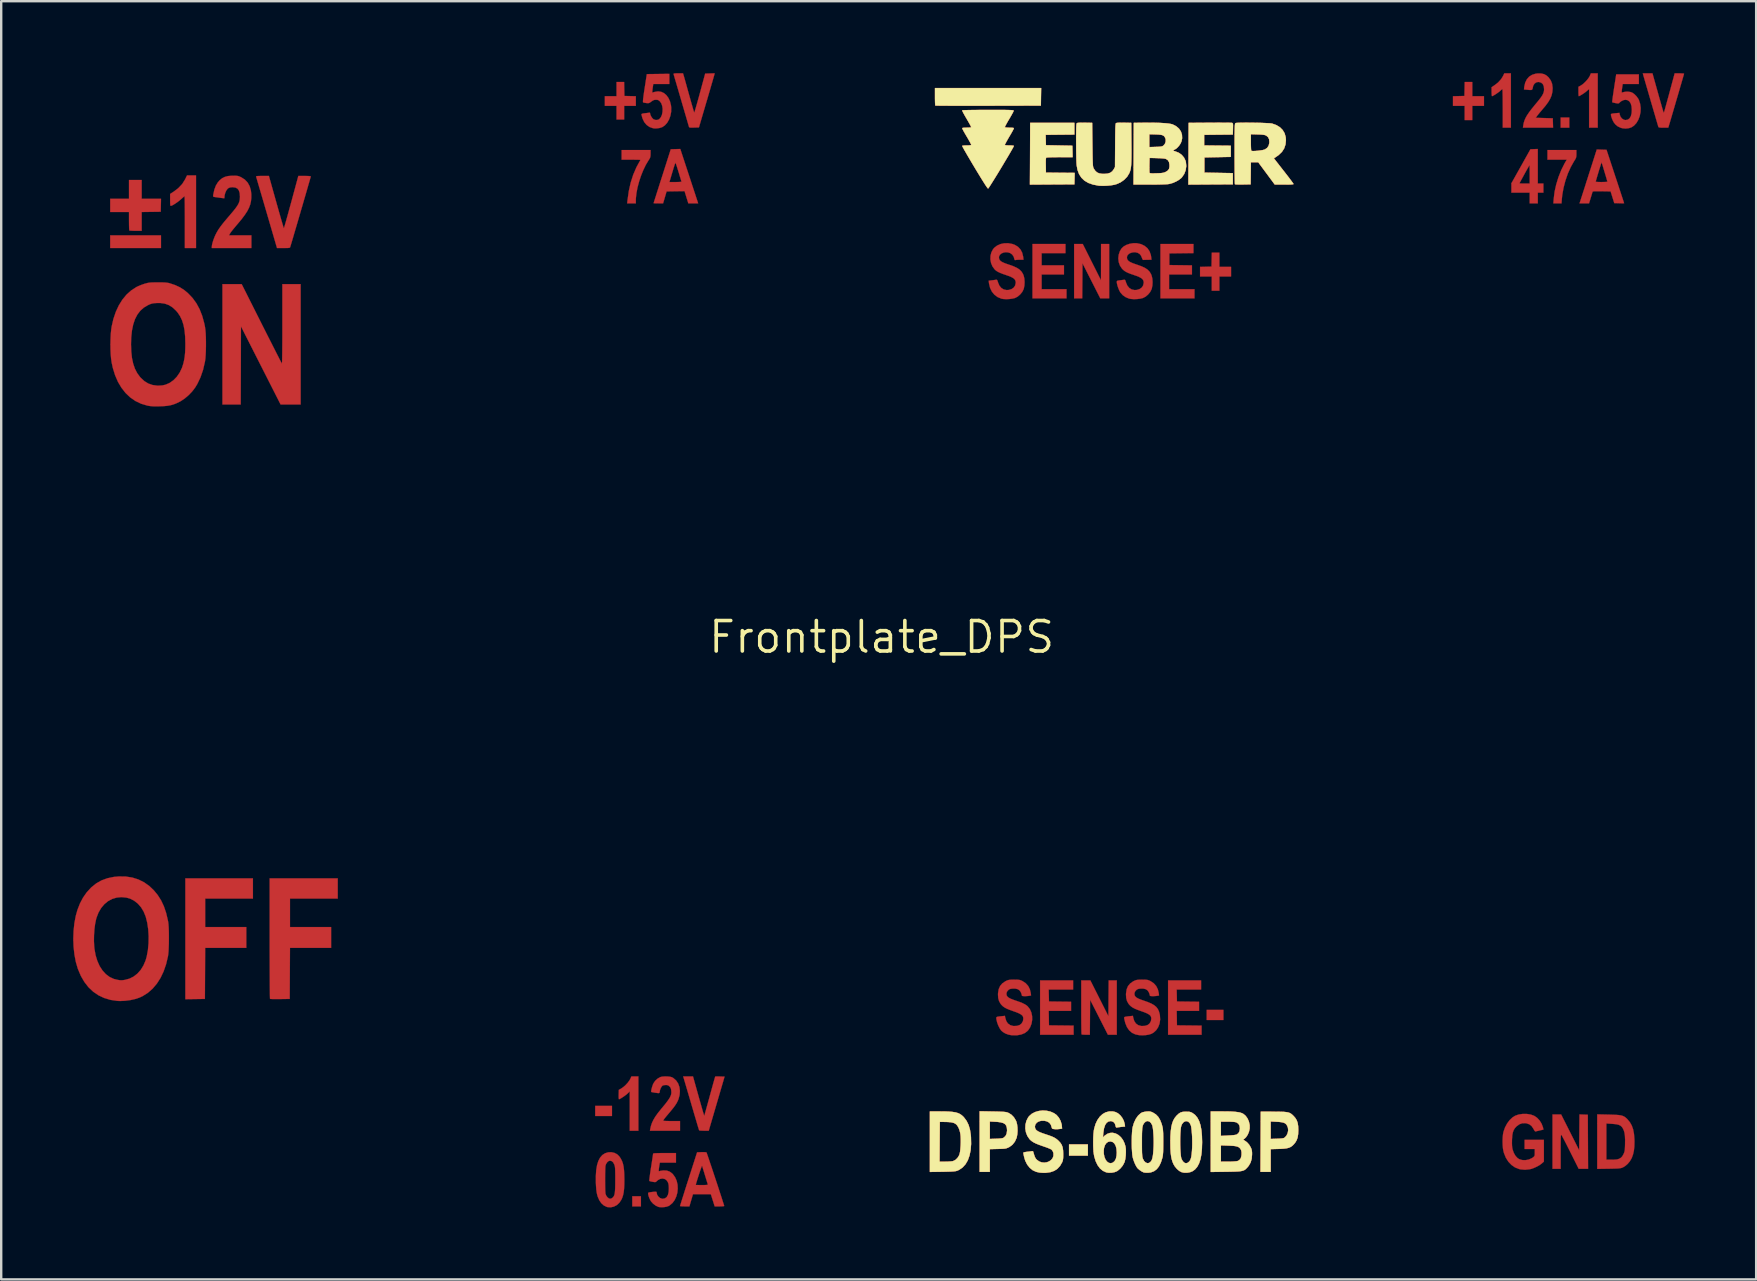
<source format=kicad_pcb>
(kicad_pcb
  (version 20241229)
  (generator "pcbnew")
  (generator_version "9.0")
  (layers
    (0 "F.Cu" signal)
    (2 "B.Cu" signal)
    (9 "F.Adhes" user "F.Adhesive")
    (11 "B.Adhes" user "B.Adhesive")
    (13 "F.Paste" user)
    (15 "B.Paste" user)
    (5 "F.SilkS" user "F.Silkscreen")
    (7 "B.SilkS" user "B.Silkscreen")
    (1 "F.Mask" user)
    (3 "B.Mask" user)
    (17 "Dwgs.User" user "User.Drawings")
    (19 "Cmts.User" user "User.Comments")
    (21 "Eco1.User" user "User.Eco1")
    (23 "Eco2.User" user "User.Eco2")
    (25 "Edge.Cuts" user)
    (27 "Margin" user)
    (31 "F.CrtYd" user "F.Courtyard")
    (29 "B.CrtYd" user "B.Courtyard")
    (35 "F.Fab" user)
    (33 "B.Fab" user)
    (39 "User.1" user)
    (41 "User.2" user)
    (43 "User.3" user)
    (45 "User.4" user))
  (footprint "Frontplate_DPS"
    (layer "F.Cu")
    (at 33.695 23.502)
    (property "Reference" "Frontplate_DPS" (at 0 0 0) (layer "F.SilkS") (effects (font (size 1.27 1.27) (thickness 0.15))))
    (attr through_hole)
    (fp_poly (pts (xy -30.035 -16.214) (xy -32.152 -16.214) (xy -32.152 -16.743) (xy -30.035 -16.743) (xy -30.035 -16.214)) (stroke (width 0.01) (type solid)) (fill yes) (layer "F.Cu"))
    (fp_poly (pts (xy -11.239 19.96) (xy -11.938 19.96) (xy -11.938 19.537) (xy -11.239 19.537) (xy -11.239 19.96)) (stroke (width 0.01) (type solid)) (fill yes) (layer "F.Cu"))
    (fp_poly (pts (xy -10.033 23.728) (xy -10.393 23.728) (xy -10.393 23.305) (xy -10.033 23.305) (xy -10.033 23.728)) (stroke (width 0.01) (type solid)) (fill yes) (layer "F.Cu"))
    (fp_poly (pts (xy 8.594 21.611) (xy 7.811 21.611) (xy 7.811 21.145) (xy 8.594 21.145) (xy 8.594 21.611)) (stroke (width 0.01) (type solid)) (fill yes) (layer "F.Cu"))
    (fp_poly (pts (xy 14.245 15.96) (xy 13.547 15.96) (xy 13.547 15.536) (xy 14.245 15.536) (xy 14.245 15.96)) (stroke (width 0.01) (type solid)) (fill yes) (layer "F.Cu"))
    (fp_poly (pts (xy 28.66 -21.23) (xy 28.3 -21.23) (xy 28.3 -21.654) (xy 28.66 -21.654) (xy 28.66 -21.23)) (stroke (width 0.01) (type solid)) (fill yes) (layer "F.Cu"))
    (fp_poly (pts (xy -26.204 10.901) (xy -28.194 10.901) (xy -28.194 12.086) (xy -26.48 12.086) (xy -26.48 12.954) (xy -28.194 12.954) (xy -28.199 14.018) (xy -28.205 15.081) (xy -28.612 15.087) (xy -29.02 15.093) (xy -29.02 10.054) (xy -26.204 10.054) (xy -26.204 10.901)) (stroke (width 0.01) (type solid)) (fill yes) (layer "F.Cu"))
    (fp_poly (pts (xy 7.662 -16.002) (xy 6.668 -16.002) (xy 6.668 -15.494) (xy 7.599 -15.494) (xy 7.599 -15.113) (xy 6.668 -15.113) (xy 6.668 -14.499) (xy 7.705 -14.499) (xy 7.705 -14.118) (xy 6.287 -14.118) (xy 6.287 -16.383) (xy 7.662 -16.383) (xy 7.662 -16.002)) (stroke (width 0.01) (type solid)) (fill yes) (layer "F.Cu"))
    (fp_poly (pts (xy -10.727 -22.844) (xy -10.721 -22.553) (xy -10.245 -22.541) (xy -10.245 -22.14) (xy -10.732 -22.14) (xy -10.732 -21.569) (xy -11.049 -21.569) (xy -11.049 -22.14) (xy -11.536 -22.14) (xy -11.536 -22.543) (xy -11.049 -22.543) (xy -11.049 -23.135) (xy -10.733 -23.135) (xy -10.727 -22.844)) (stroke (width 0.01) (type solid)) (fill yes) (layer "F.Cu"))
    (fp_poly (pts (xy 8.762 -15.626) (xy 9.142 -14.87) (xy 9.144 -16.383) (xy 9.483 -16.383) (xy 9.483 -14.118) (xy 9.297 -14.119) (xy 9.112 -14.119) (xy 8.371 -15.579) (xy 8.366 -14.848) (xy 8.36 -14.118) (xy 8.022 -14.118) (xy 8.022 -16.383) (xy 8.382 -16.383) (xy 8.762 -15.626)) (stroke (width 0.01) (type solid)) (fill yes) (layer "F.Cu"))
    (fp_poly (pts (xy 14.076 -15.431) (xy 14.563 -15.431) (xy 14.563 -15.028) (xy 14.076 -15.028) (xy 14.076 -14.436) (xy 13.758 -14.436) (xy 13.758 -15.028) (xy 13.271 -15.028) (xy 13.271 -15.429) (xy 13.748 -15.441) (xy 13.754 -15.732) (xy 13.76 -16.023) (xy 14.076 -16.023) (xy 14.076 -15.431)) (stroke (width 0.01) (type solid)) (fill yes) (layer "F.Cu"))
    (fp_poly (pts (xy 24.617 -22.543) (xy 25.104 -22.543) (xy 25.104 -22.14) (xy 24.617 -22.14) (xy 24.617 -21.548) (xy 24.299 -21.548) (xy 24.299 -22.14) (xy 23.812 -22.14) (xy 23.812 -22.541) (xy 24.289 -22.553) (xy 24.295 -22.844) (xy 24.301 -23.135) (xy 24.617 -23.135) (xy 24.617 -22.543)) (stroke (width 0.01) (type solid)) (fill yes) (layer "F.Cu"))
    (fp_poly (pts (xy 12.996 -16.003) (xy 12.494 -15.997) (xy 11.991 -15.991) (xy 11.991 -15.505) (xy 12.462 -15.499) (xy 12.933 -15.493) (xy 12.933 -15.113) (xy 11.98 -15.113) (xy 11.98 -14.499) (xy 13.039 -14.499) (xy 13.039 -14.118) (xy 11.62 -14.118) (xy 11.62 -16.383) (xy 12.996 -16.383) (xy 12.996 -16.003)) (stroke (width 0.01) (type solid)) (fill yes) (layer "F.Cu"))
    (fp_poly (pts (xy 7.98 14.69) (xy 6.962 14.69) (xy 6.968 14.938) (xy 6.974 15.187) (xy 7.435 15.193) (xy 7.895 15.198) (xy 7.895 15.579) (xy 6.963 15.579) (xy 6.969 15.88) (xy 6.974 16.182) (xy 8.001 16.193) (xy 8.001 16.573) (xy 6.604 16.573) (xy 6.604 14.309) (xy 7.98 14.309) (xy 7.98 14.69)) (stroke (width 0.01) (type solid)) (fill yes) (layer "F.Cu"))
    (fp_poly (pts (xy 13.314 14.69) (xy 12.296 14.69) (xy 12.302 14.938) (xy 12.308 15.187) (xy 12.769 15.193) (xy 13.229 15.198) (xy 13.229 15.579) (xy 12.297 15.579) (xy 12.303 15.88) (xy 12.308 16.182) (xy 13.335 16.193) (xy 13.335 16.573) (xy 11.938 16.573) (xy 11.938 14.309) (xy 13.314 14.309) (xy 13.314 14.69)) (stroke (width 0.01) (type solid)) (fill yes) (layer "F.Cu"))
    (fp_poly (pts (xy -30.84 -18.267) (xy -30.034 -18.267) (xy -30.046 -17.727) (xy -30.84 -17.716) (xy -30.84 -16.933) (xy -31.09 -16.933) (xy -31.189 -16.934) (xy -31.272 -16.938) (xy -31.331 -16.942) (xy -31.355 -16.947) (xy -31.359 -16.972) (xy -31.363 -17.032) (xy -31.366 -17.121) (xy -31.368 -17.23) (xy -31.369 -17.339) (xy -31.369 -17.716) (xy -32.152 -17.716) (xy -32.152 -18.267) (xy -31.369 -18.267) (xy -31.369 -19.05) (xy -30.84 -19.05) (xy -30.84 -18.267)) (stroke (width 0.01) (type solid)) (fill yes) (layer "F.Cu"))
    (fp_poly (pts (xy 6.636 -22.151) (xy 4.443 -22.146) (xy 4.142 -22.145) (xy 3.853 -22.145) (xy 3.579 -22.145) (xy 3.322 -22.145) (xy 3.085 -22.145) (xy 2.872 -22.146) (xy 2.685 -22.147) (xy 2.527 -22.148) (xy 2.4 -22.149) (xy 2.307 -22.151) (xy 2.252 -22.153) (xy 2.237 -22.154) (xy 2.232 -22.179) (xy 2.228 -22.239) (xy 2.225 -22.327) (xy 2.223 -22.435) (xy 2.223 -22.525) (xy 2.223 -22.881) (xy 6.647 -22.881) (xy 6.636 -22.151)) (stroke (width 0.01) (type solid)) (fill yes) (layer "F.Cu"))
    (fp_poly (pts (xy -10.139 20.574) (xy -10.499 20.574) (xy -10.499 18.935) (xy -10.589 19.023) (xy -10.642 19.07) (xy -10.712 19.122) (xy -10.787 19.174) (xy -10.858 19.219) (xy -10.915 19.251) (xy -10.948 19.262) (xy -10.955 19.242) (xy -10.96 19.19) (xy -10.961 19.113) (xy -10.96 19.066) (xy -10.954 18.871) (xy -10.86 18.819) (xy -10.766 18.754) (xy -10.667 18.666) (xy -10.576 18.566) (xy -10.505 18.467) (xy -10.479 18.42) (xy -10.428 18.309) (xy -10.139 18.309) (xy -10.139 20.574)) (stroke (width 0.01) (type solid)) (fill yes) (layer "F.Cu"))
    (fp_poly (pts (xy 9.451 15.801) (xy 9.456 15.055) (xy 9.462 14.309) (xy 9.8 14.309) (xy 9.8 16.573) (xy 9.43 16.573) (xy 8.689 15.117) (xy 8.678 16.573) (xy 8.512 16.573) (xy 8.432 16.572) (xy 8.369 16.567) (xy 8.335 16.561) (xy 8.333 16.559) (xy 8.33 16.536) (xy 8.327 16.474) (xy 8.325 16.378) (xy 8.323 16.252) (xy 8.321 16.099) (xy 8.32 15.924) (xy 8.319 15.73) (xy 8.319 15.521) (xy 8.319 15.427) (xy 8.319 14.309) (xy 8.699 14.309) (xy 9.451 15.801)) (stroke (width 0.01) (type solid)) (fill yes) (layer "F.Cu"))
    (fp_poly (pts (xy 29.845 -21.23) (xy 29.485 -21.23) (xy 29.485 -22.842) (xy 29.386 -22.756) (xy 29.329 -22.709) (xy 29.259 -22.659) (xy 29.185 -22.611) (xy 29.119 -22.571) (xy 29.071 -22.547) (xy 29.054 -22.543) (xy 29.048 -22.562) (xy 29.044 -22.615) (xy 29.041 -22.691) (xy 29.041 -22.738) (xy 29.041 -22.934) (xy 29.137 -22.985) (xy 29.218 -23.04) (xy 29.307 -23.12) (xy 29.394 -23.212) (xy 29.467 -23.306) (xy 29.516 -23.389) (xy 29.519 -23.397) (xy 29.559 -23.495) (xy 29.845 -23.495) (xy 29.845 -21.23)) (stroke (width 0.01) (type solid)) (fill yes) (layer "F.Cu"))
    (fp_poly (pts (xy 28.956 -20.141) (xy 28.955 -20.061) (xy 28.948 -20.003) (xy 28.93 -19.952) (xy 28.897 -19.893) (xy 28.858 -19.832) (xy 28.721 -19.589) (xy 28.599 -19.317) (xy 28.498 -19.024) (xy 28.419 -18.721) (xy 28.366 -18.418) (xy 28.35 -18.261) (xy 28.336 -18.076) (xy 27.997 -18.076) (xy 28.011 -18.268) (xy 28.047 -18.561) (xy 28.115 -18.866) (xy 28.209 -19.172) (xy 28.326 -19.467) (xy 28.462 -19.739) (xy 28.489 -19.786) (xy 28.555 -19.897) (xy 27.75 -19.897) (xy 27.75 -20.299) (xy 28.956 -20.299) (xy 28.956 -20.141)) (stroke (width 0.01) (type solid)) (fill yes) (layer "F.Cu"))
    (fp_poly (pts (xy -22.669 10.901) (xy -24.659 10.901) (xy -24.659 12.086) (xy -22.945 12.086) (xy -22.945 12.954) (xy -24.659 12.954) (xy -24.67 15.081) (xy -25.073 15.087) (xy -25.2 15.088) (xy -25.312 15.088) (xy -25.402 15.086) (xy -25.464 15.083) (xy -25.491 15.078) (xy -25.491 15.078) (xy -25.493 15.056) (xy -25.495 14.993) (xy -25.497 14.894) (xy -25.498 14.76) (xy -25.5 14.594) (xy -25.501 14.399) (xy -25.502 14.178) (xy -25.503 13.932) (xy -25.504 13.666) (xy -25.505 13.38) (xy -25.506 13.078) (xy -25.506 12.763) (xy -25.506 12.559) (xy -25.506 10.054) (xy -22.669 10.054) (xy -22.669 10.901)) (stroke (width 0.01) (type solid)) (fill yes) (layer "F.Cu"))
    (fp_poly (pts (xy 29.258 19.901) (xy 29.432 19.907) (xy 29.443 22.162) (xy 29.051 22.162) (xy 28.713 21.485) (xy 28.633 21.326) (xy 28.559 21.178) (xy 28.491 21.045) (xy 28.432 20.932) (xy 28.385 20.844) (xy 28.353 20.784) (xy 28.338 20.76) (xy 28.328 20.749) (xy 28.32 20.746) (xy 28.314 20.755) (xy 28.309 20.781) (xy 28.306 20.827) (xy 28.303 20.897) (xy 28.302 20.995) (xy 28.301 21.125) (xy 28.3 21.29) (xy 28.3 21.437) (xy 28.3 22.162) (xy 27.961 22.162) (xy 27.961 19.897) (xy 28.32 19.897) (xy 29.072 21.389) (xy 29.078 20.642) (xy 29.084 19.895) (xy 29.258 19.901)) (stroke (width 0.01) (type solid)) (fill yes) (layer "F.Cu"))
    (fp_poly (pts (xy 8.033 -20.944) (xy 7.434 -20.939) (xy 6.835 -20.933) (xy 6.841 -20.717) (xy 6.847 -20.5) (xy 7.398 -20.489) (xy 7.948 -20.479) (xy 7.96 -20.003) (xy 7.425 -20.002) (xy 7.278 -20.001) (xy 7.144 -20) (xy 7.029 -19.997) (xy 6.94 -19.993) (xy 6.882 -19.989) (xy 6.863 -19.985) (xy 6.852 -19.966) (xy 6.844 -19.924) (xy 6.841 -19.853) (xy 6.84 -19.747) (xy 6.842 -19.662) (xy 6.847 -19.357) (xy 7.446 -19.351) (xy 8.045 -19.346) (xy 8.039 -19.108) (xy 8.033 -18.87) (xy 7.107 -18.865) (xy 6.18 -18.859) (xy 6.186 -20.145) (xy 6.191 -21.431) (xy 8.033 -21.431) (xy 8.033 -20.944)) (stroke (width 0.01) (type solid)) (fill yes) (layer "F.Cu"))
    (fp_poly (pts (xy 26.226 -21.23) (xy 25.887 -21.23) (xy 25.887 -22.035) (xy 25.886 -22.214) (xy 25.885 -22.38) (xy 25.884 -22.527) (xy 25.881 -22.651) (xy 25.879 -22.748) (xy 25.876 -22.811) (xy 25.872 -22.838) (xy 25.872 -22.839) (xy 25.849 -22.825) (xy 25.808 -22.791) (xy 25.782 -22.766) (xy 25.734 -22.725) (xy 25.668 -22.677) (xy 25.596 -22.628) (xy 25.526 -22.585) (xy 25.47 -22.554) (xy 25.438 -22.543) (xy 25.431 -22.562) (xy 25.425 -22.614) (xy 25.422 -22.69) (xy 25.421 -22.73) (xy 25.421 -22.918) (xy 25.539 -22.996) (xy 25.692 -23.115) (xy 25.815 -23.25) (xy 25.895 -23.379) (xy 25.952 -23.495) (xy 26.226 -23.495) (xy 26.226 -21.23)) (stroke (width 0.01) (type solid)) (fill yes) (layer "F.Cu"))
    (fp_poly (pts (xy 14.205 -21.438) (xy 14.345 -21.438) (xy 14.46 -21.436) (xy 14.543 -21.435) (xy 14.592 -21.432) (xy 14.6 -21.431) (xy 14.621 -21.424) (xy 14.635 -21.411) (xy 14.642 -21.383) (xy 14.645 -21.334) (xy 14.644 -21.255) (xy 14.643 -21.182) (xy 14.637 -20.944) (xy 14.039 -20.939) (xy 13.441 -20.933) (xy 13.441 -20.49) (xy 13.996 -20.484) (xy 14.552 -20.479) (xy 14.552 -20.013) (xy 14.002 -20.003) (xy 13.451 -19.992) (xy 13.451 -19.357) (xy 14.044 -19.346) (xy 14.637 -19.336) (xy 14.637 -18.87) (xy 13.711 -18.865) (xy 12.784 -18.859) (xy 12.79 -20.145) (xy 12.795 -21.431) (xy 13.674 -21.437) (xy 13.864 -21.438) (xy 14.043 -21.439) (xy 14.205 -21.438)) (stroke (width 0.01) (type solid)) (fill yes) (layer "F.Cu"))
    (fp_poly (pts (xy -25.845 -13.065) (xy -25.721 -12.819) (xy -25.602 -12.583) (xy -25.489 -12.361) (xy -25.385 -12.155) (xy -25.29 -11.968) (xy -25.206 -11.802) (xy -25.134 -11.662) (xy -25.076 -11.548) (xy -25.032 -11.465) (xy -25.005 -11.414) (xy -24.997 -11.399) (xy -24.993 -11.416) (xy -24.989 -11.474) (xy -24.986 -11.571) (xy -24.984 -11.706) (xy -24.981 -11.877) (xy -24.98 -12.083) (xy -24.978 -12.323) (xy -24.977 -12.594) (xy -24.977 -12.896) (xy -24.977 -13.045) (xy -24.977 -14.711) (xy -24.215 -14.711) (xy -24.215 -9.694) (xy -24.633 -9.694) (xy -25.051 -9.695) (xy -26.702 -12.95) (xy -26.707 -11.322) (xy -26.713 -9.694) (xy -27.474 -9.694) (xy -27.474 -14.711) (xy -26.673 -14.711) (xy -25.845 -13.065)) (stroke (width 0.01) (type solid)) (fill yes) (layer "F.Cu"))
    (fp_poly (pts (xy -9.631 -20.145) (xy -9.634 -20.062) (xy -9.643 -20.002) (xy -9.665 -19.949) (xy -9.705 -19.883) (xy -9.718 -19.865) (xy -9.829 -19.679) (xy -9.933 -19.464) (xy -10.027 -19.231) (xy -10.108 -18.988) (xy -10.173 -18.745) (xy -10.218 -18.512) (xy -10.242 -18.299) (xy -10.245 -18.212) (xy -10.245 -18.076) (xy -10.605 -18.076) (xy -10.593 -18.198) (xy -10.54 -18.579) (xy -10.46 -18.939) (xy -10.353 -19.273) (xy -10.221 -19.579) (xy -10.131 -19.746) (xy -10.094 -19.812) (xy -10.066 -19.862) (xy -10.054 -19.887) (xy -10.054 -19.887) (xy -10.074 -19.89) (xy -10.13 -19.893) (xy -10.215 -19.895) (xy -10.323 -19.896) (xy -10.446 -19.897) (xy -10.837 -19.897) (xy -10.837 -20.299) (xy -9.631 -20.299) (xy -9.631 -20.145)) (stroke (width 0.01) (type solid)) (fill yes) (layer "F.Cu"))
    (fp_poly (pts (xy -28.575 -16.214) (xy -29.041 -16.214) (xy -29.041 -17.293) (xy -29.041 -17.502) (xy -29.042 -17.698) (xy -29.043 -17.877) (xy -29.044 -18.034) (xy -29.046 -18.166) (xy -29.048 -18.269) (xy -29.051 -18.338) (xy -29.053 -18.371) (xy -29.054 -18.373) (xy -29.074 -18.359) (xy -29.118 -18.323) (xy -29.175 -18.272) (xy -29.198 -18.251) (xy -29.271 -18.189) (xy -29.355 -18.125) (xy -29.441 -18.066) (xy -29.521 -18.016) (xy -29.587 -17.983) (xy -29.628 -17.971) (xy -29.64 -17.982) (xy -29.648 -18.019) (xy -29.653 -18.086) (xy -29.654 -18.19) (xy -29.654 -18.22) (xy -29.654 -18.469) (xy -29.493 -18.574) (xy -29.305 -18.72) (xy -29.15 -18.886) (xy -29.033 -19.072) (xy -29.028 -19.082) (xy -28.95 -19.241) (xy -28.575 -19.241) (xy -28.575 -16.214)) (stroke (width 0.01) (type solid)) (fill yes) (layer "F.Cu"))
    (fp_poly (pts (xy 27.347 -18.902) (xy 27.58 -18.902) (xy 27.58 -18.521) (xy 27.347 -18.521) (xy 27.347 -18.076) (xy 27.009 -18.076) (xy 27.009 -18.521) (xy 26.247 -18.521) (xy 26.247 -18.913) (xy 26.585 -18.913) (xy 26.605 -18.908) (xy 26.658 -18.905) (xy 26.735 -18.902) (xy 26.797 -18.902) (xy 27.009 -18.902) (xy 27.009 -19.283) (xy 27.008 -19.405) (xy 27.007 -19.51) (xy 27.005 -19.593) (xy 27.003 -19.646) (xy 27 -19.664) (xy 26.988 -19.646) (xy 26.96 -19.598) (xy 26.919 -19.527) (xy 26.869 -19.438) (xy 26.814 -19.339) (xy 26.758 -19.237) (xy 26.704 -19.138) (xy 26.656 -19.05) (xy 26.617 -18.978) (xy 26.593 -18.93) (xy 26.585 -18.913) (xy 26.247 -18.913) (xy 26.247 -18.914) (xy 26.644 -19.622) (xy 27.04 -20.331) (xy 27.194 -20.337) (xy 27.347 -20.343) (xy 27.347 -18.902)) (stroke (width 0.01) (type solid)) (fill yes) (layer "F.Cu"))
    (fp_poly (pts (xy -8.019 -19.209) (xy -7.647 -18.076) (xy -8.057 -18.076) (xy -8.136 -18.331) (xy -8.215 -18.585) (xy -8.588 -18.58) (xy -8.962 -18.574) (xy -9.109 -18.076) (xy -9.306 -18.076) (xy -9.392 -18.077) (xy -9.459 -18.079) (xy -9.498 -18.082) (xy -9.504 -18.084) (xy -9.498 -18.105) (xy -9.48 -18.163) (xy -9.451 -18.254) (xy -9.413 -18.374) (xy -9.367 -18.52) (xy -9.313 -18.687) (xy -9.254 -18.874) (xy -9.225 -18.965) (xy -8.846 -18.965) (xy -8.59 -18.965) (xy -8.478 -18.966) (xy -8.403 -18.97) (xy -8.36 -18.976) (xy -8.345 -18.986) (xy -8.345 -18.992) (xy -8.354 -19.02) (xy -8.373 -19.081) (xy -8.4 -19.17) (xy -8.432 -19.278) (xy -8.467 -19.394) (xy -8.504 -19.512) (xy -8.536 -19.616) (xy -8.564 -19.697) (xy -8.583 -19.751) (xy -8.593 -19.77) (xy -8.603 -19.75) (xy -8.623 -19.698) (xy -8.649 -19.618) (xy -8.68 -19.52) (xy -8.695 -19.468) (xy -8.73 -19.352) (xy -8.763 -19.241) (xy -8.791 -19.147) (xy -8.811 -19.08) (xy -8.815 -19.066) (xy -8.846 -18.965) (xy -9.225 -18.965) (xy -9.19 -19.074) (xy -9.146 -19.211) (xy -8.789 -20.331) (xy -8.59 -20.337) (xy -8.392 -20.343) (xy -8.019 -19.209)) (stroke (width 0.01) (type solid)) (fill yes) (layer "F.Cu"))
    (fp_poly (pts (xy -7.632 19.135) (xy -7.582 19.313) (xy -7.535 19.478) (xy -7.493 19.625) (xy -7.457 19.75) (xy -7.427 19.849) (xy -7.406 19.917) (xy -7.395 19.95) (xy -7.393 19.952) (xy -7.386 19.931) (xy -7.369 19.873) (xy -7.344 19.783) (xy -7.311 19.665) (xy -7.272 19.524) (xy -7.228 19.365) (xy -7.18 19.19) (xy -7.165 19.135) (xy -7.116 18.957) (xy -7.071 18.792) (xy -7.03 18.645) (xy -6.995 18.519) (xy -6.967 18.42) (xy -6.947 18.352) (xy -6.937 18.319) (xy -6.936 18.316) (xy -6.912 18.313) (xy -6.856 18.312) (xy -6.778 18.313) (xy -6.737 18.314) (xy -6.546 18.32) (xy -7.206 20.574) (xy -7.401 20.574) (xy -7.488 20.572) (xy -7.557 20.568) (xy -7.599 20.561) (xy -7.606 20.558) (xy -7.614 20.535) (xy -7.633 20.475) (xy -7.661 20.383) (xy -7.697 20.261) (xy -7.74 20.115) (xy -7.79 19.948) (xy -7.844 19.764) (xy -7.902 19.566) (xy -7.914 19.526) (xy -7.973 19.323) (xy -8.03 19.129) (xy -8.083 18.95) (xy -8.13 18.788) (xy -8.171 18.65) (xy -8.204 18.538) (xy -8.228 18.457) (xy -8.241 18.413) (xy -8.242 18.41) (xy -8.272 18.309) (xy -7.863 18.309) (xy -7.632 19.135)) (stroke (width 0.01) (type solid)) (fill yes) (layer "F.Cu"))
    (fp_poly (pts (xy 4.63 19.774) (xy 4.798 19.777) (xy 4.929 19.781) (xy 5.03 19.785) (xy 5.106 19.79) (xy 5.164 19.796) (xy 5.208 19.805) (xy 5.246 19.816) (xy 5.282 19.831) (xy 5.287 19.833) (xy 5.408 19.907) (xy 5.512 20.014) (xy 5.593 20.146) (xy 5.612 20.19) (xy 5.642 20.3) (xy 5.659 20.435) (xy 5.663 20.581) (xy 5.653 20.723) (xy 5.631 20.847) (xy 5.623 20.873) (xy 5.553 21.027) (xy 5.455 21.153) (xy 5.331 21.247) (xy 5.304 21.261) (xy 5.254 21.285) (xy 5.21 21.302) (xy 5.162 21.314) (xy 5.103 21.322) (xy 5.024 21.327) (xy 4.915 21.331) (xy 4.843 21.333) (xy 4.508 21.341) (xy 4.508 22.288) (xy 4.085 22.288) (xy 4.085 20.918) (xy 4.508 20.918) (xy 4.77 20.909) (xy 4.891 20.904) (xy 4.977 20.896) (xy 5.037 20.885) (xy 5.078 20.87) (xy 5.089 20.863) (xy 5.166 20.79) (xy 5.212 20.692) (xy 5.228 20.567) (xy 5.228 20.563) (xy 5.22 20.451) (xy 5.195 20.364) (xy 5.146 20.3) (xy 5.071 20.254) (xy 4.964 20.223) (xy 4.822 20.205) (xy 4.756 20.201) (xy 4.508 20.187) (xy 4.508 20.918) (xy 4.085 20.918) (xy 4.085 19.764) (xy 4.63 19.774)) (stroke (width 0.01) (type solid)) (fill yes) (layer "F.Cu"))
    (fp_poly (pts (xy 16.32 19.781) (xy 16.508 19.782) (xy 16.66 19.785) (xy 16.78 19.79) (xy 16.875 19.8) (xy 16.95 19.815) (xy 17.01 19.836) (xy 17.061 19.865) (xy 17.108 19.902) (xy 17.157 19.949) (xy 17.158 19.949) (xy 17.241 20.044) (xy 17.3 20.141) (xy 17.338 20.251) (xy 17.359 20.382) (xy 17.365 20.544) (xy 17.365 20.553) (xy 17.358 20.718) (xy 17.337 20.851) (xy 17.299 20.963) (xy 17.241 21.063) (xy 17.187 21.13) (xy 17.123 21.195) (xy 17.057 21.244) (xy 16.98 21.28) (xy 16.885 21.305) (xy 16.766 21.32) (xy 16.615 21.33) (xy 16.547 21.332) (xy 16.214 21.341) (xy 16.214 22.288) (xy 15.79 22.288) (xy 15.795 21.034) (xy 15.796 20.918) (xy 16.214 20.918) (xy 16.478 20.909) (xy 16.593 20.904) (xy 16.674 20.898) (xy 16.73 20.889) (xy 16.769 20.876) (xy 16.8 20.857) (xy 16.801 20.857) (xy 16.875 20.776) (xy 16.924 20.673) (xy 16.944 20.558) (xy 16.933 20.445) (xy 16.899 20.36) (xy 16.86 20.305) (xy 16.814 20.265) (xy 16.752 20.237) (xy 16.667 20.218) (xy 16.552 20.205) (xy 16.471 20.2) (xy 16.214 20.186) (xy 16.214 20.918) (xy 15.796 20.918) (xy 15.801 19.78) (xy 16.32 19.781)) (stroke (width 0.01) (type solid)) (fill yes) (layer "F.Cu"))
    (fp_poly (pts (xy 2.429 19.77) (xy 2.643 19.772) (xy 2.82 19.779) (xy 2.966 19.792) (xy 3.085 19.812) (xy 3.184 19.841) (xy 3.267 19.88) (xy 3.339 19.93) (xy 3.407 19.992) (xy 3.431 20.019) (xy 3.54 20.165) (xy 3.623 20.334) (xy 3.681 20.531) (xy 3.716 20.758) (xy 3.723 20.847) (xy 3.728 21.13) (xy 3.708 21.385) (xy 3.661 21.611) (xy 3.59 21.808) (xy 3.493 21.973) (xy 3.373 22.105) (xy 3.229 22.204) (xy 3.15 22.24) (xy 3.112 22.252) (xy 3.062 22.261) (xy 2.994 22.268) (xy 2.903 22.274) (xy 2.784 22.278) (xy 2.631 22.282) (xy 2.535 22.284) (xy 2.011 22.292) (xy 2.011 21.865) (xy 2.413 21.865) (xy 2.651 21.865) (xy 2.757 21.863) (xy 2.856 21.857) (xy 2.935 21.849) (xy 2.973 21.842) (xy 3.072 21.794) (xy 3.158 21.713) (xy 3.225 21.609) (xy 3.249 21.547) (xy 3.267 21.461) (xy 3.282 21.345) (xy 3.293 21.208) (xy 3.298 21.064) (xy 3.298 20.922) (xy 3.293 20.794) (xy 3.283 20.705) (xy 3.252 20.569) (xy 3.206 20.448) (xy 3.148 20.352) (xy 3.1 20.302) (xy 3.042 20.264) (xy 2.973 20.238) (xy 2.886 20.22) (xy 2.771 20.211) (xy 2.663 20.208) (xy 2.424 20.204) (xy 2.418 21.034) (xy 2.413 21.865) (xy 2.011 21.865) (xy 2.011 19.77) (xy 2.429 19.77)) (stroke (width 0.01) (type solid)) (fill yes) (layer "F.Cu"))
    (fp_poly (pts (xy 27.488 -23.489) (xy 27.611 -23.461) (xy 27.715 -23.403) (xy 27.8 -23.324) (xy 27.89 -23.198) (xy 27.944 -23.059) (xy 27.965 -22.898) (xy 27.965 -22.859) (xy 27.954 -22.714) (xy 27.923 -22.578) (xy 27.867 -22.443) (xy 27.785 -22.302) (xy 27.673 -22.149) (xy 27.577 -22.035) (xy 27.501 -21.945) (xy 27.428 -21.859) (xy 27.368 -21.785) (xy 27.326 -21.733) (xy 27.322 -21.728) (xy 27.26 -21.643) (xy 27.616 -21.632) (xy 27.972 -21.622) (xy 27.978 -21.426) (xy 27.984 -21.23) (xy 26.728 -21.23) (xy 26.741 -21.324) (xy 26.76 -21.428) (xy 26.791 -21.53) (xy 26.836 -21.633) (xy 26.898 -21.744) (xy 26.981 -21.867) (xy 27.087 -22.008) (xy 27.22 -22.172) (xy 27.273 -22.236) (xy 27.383 -22.369) (xy 27.467 -22.478) (xy 27.528 -22.568) (xy 27.569 -22.646) (xy 27.595 -22.716) (xy 27.607 -22.785) (xy 27.609 -22.827) (xy 27.598 -22.95) (xy 27.559 -23.043) (xy 27.492 -23.104) (xy 27.399 -23.133) (xy 27.357 -23.135) (xy 27.276 -23.115) (xy 27.207 -23.062) (xy 27.159 -22.983) (xy 27.145 -22.929) (xy 27.132 -22.863) (xy 27.115 -22.823) (xy 27.083 -22.804) (xy 27.028 -22.801) (xy 26.94 -22.807) (xy 26.935 -22.808) (xy 26.771 -22.823) (xy 26.784 -22.94) (xy 26.822 -23.107) (xy 26.89 -23.246) (xy 26.987 -23.357) (xy 27.111 -23.435) (xy 27.26 -23.481) (xy 27.339 -23.49) (xy 27.488 -23.489)) (stroke (width 0.01) (type solid)) (fill yes) (layer "F.Cu"))
    (fp_poly (pts (xy -6.973 -23.438) (xy -6.982 -23.406) (xy -7.001 -23.339) (xy -7.03 -23.238) (xy -7.067 -23.109) (xy -7.112 -22.956) (xy -7.162 -22.782) (xy -7.218 -22.592) (xy -7.277 -22.389) (xy -7.301 -22.31) (xy -7.615 -21.241) (xy -7.817 -21.235) (xy -7.912 -21.233) (xy -7.972 -21.234) (xy -8.007 -21.241) (xy -8.024 -21.254) (xy -8.03 -21.266) (xy -8.038 -21.294) (xy -8.057 -21.357) (xy -8.085 -21.454) (xy -8.121 -21.579) (xy -8.165 -21.729) (xy -8.215 -21.9) (xy -8.27 -22.088) (xy -8.329 -22.289) (xy -8.35 -22.363) (xy -8.41 -22.567) (xy -8.466 -22.76) (xy -8.518 -22.937) (xy -8.564 -23.095) (xy -8.604 -23.23) (xy -8.635 -23.337) (xy -8.657 -23.412) (xy -8.669 -23.453) (xy -8.67 -23.458) (xy -8.672 -23.475) (xy -8.658 -23.486) (xy -8.623 -23.492) (xy -8.559 -23.495) (xy -8.479 -23.495) (xy -8.278 -23.495) (xy -8.248 -23.394) (xy -8.235 -23.35) (xy -8.213 -23.271) (xy -8.182 -23.162) (xy -8.145 -23.029) (xy -8.103 -22.877) (xy -8.057 -22.712) (xy -8.021 -22.585) (xy -7.975 -22.418) (xy -7.932 -22.265) (xy -7.893 -22.13) (xy -7.86 -22.017) (xy -7.835 -21.931) (xy -7.818 -21.877) (xy -7.812 -21.86) (xy -7.803 -21.877) (xy -7.786 -21.93) (xy -7.759 -22.015) (xy -7.726 -22.129) (xy -7.687 -22.267) (xy -7.643 -22.424) (xy -7.595 -22.597) (xy -7.577 -22.665) (xy -7.355 -23.484) (xy -7.158 -23.491) (xy -6.96 -23.497) (xy -6.973 -23.438)) (stroke (width 0.01) (type solid)) (fill yes) (layer "F.Cu"))
    (fp_poly (pts (xy 30.295 19.902) (xy 30.475 19.907) (xy 30.619 19.913) (xy 30.733 19.923) (xy 30.822 19.937) (xy 30.894 19.959) (xy 30.954 19.987) (xy 31.008 20.026) (xy 31.062 20.075) (xy 31.083 20.096) (xy 31.185 20.219) (xy 31.264 20.358) (xy 31.321 20.519) (xy 31.357 20.708) (xy 31.374 20.927) (xy 31.376 21.04) (xy 31.371 21.237) (xy 31.353 21.404) (xy 31.32 21.552) (xy 31.272 21.69) (xy 31.253 21.732) (xy 31.182 21.852) (xy 31.087 21.963) (xy 30.979 22.053) (xy 30.897 22.101) (xy 30.859 22.117) (xy 30.821 22.129) (xy 30.777 22.138) (xy 30.721 22.145) (xy 30.646 22.15) (xy 30.545 22.153) (xy 30.413 22.156) (xy 30.305 22.158) (xy 29.824 22.165) (xy 29.824 21.78) (xy 30.205 21.78) (xy 30.433 21.78) (xy 30.542 21.779) (xy 30.619 21.774) (xy 30.677 21.764) (xy 30.727 21.747) (xy 30.756 21.733) (xy 30.817 21.696) (xy 30.862 21.647) (xy 30.906 21.575) (xy 30.913 21.561) (xy 30.938 21.508) (xy 30.955 21.461) (xy 30.967 21.41) (xy 30.975 21.346) (xy 30.98 21.258) (xy 30.984 21.138) (xy 30.984 21.132) (xy 30.986 20.942) (xy 30.978 20.787) (xy 30.96 20.661) (xy 30.93 20.557) (xy 30.89 20.473) (xy 30.844 20.408) (xy 30.788 20.36) (xy 30.714 20.326) (xy 30.615 20.304) (xy 30.484 20.29) (xy 30.441 20.287) (xy 30.205 20.272) (xy 30.205 21.78) (xy 29.824 21.78) (xy 29.824 19.892) (xy 30.295 19.902)) (stroke (width 0.01) (type solid)) (fill yes) (layer "F.Cu"))
    (fp_poly (pts (xy -23.934 -19.218) (xy -23.849 -19.213) (xy -23.801 -19.205) (xy -23.791 -19.198) (xy -23.797 -19.176) (xy -23.814 -19.117) (xy -23.84 -19.025) (xy -23.875 -18.905) (xy -23.917 -18.759) (xy -23.965 -18.592) (xy -24.018 -18.408) (xy -24.076 -18.211) (xy -24.136 -18.004) (xy -24.198 -17.792) (xy -24.26 -17.578) (xy -24.322 -17.366) (xy -24.382 -17.161) (xy -24.44 -16.965) (xy -24.493 -16.784) (xy -24.541 -16.62) (xy -24.583 -16.478) (xy -24.618 -16.361) (xy -24.644 -16.275) (xy -24.651 -16.251) (xy -24.66 -16.235) (xy -24.68 -16.225) (xy -24.72 -16.218) (xy -24.785 -16.215) (xy -24.882 -16.214) (xy -24.931 -16.214) (xy -25.2 -16.214) (xy -25.631 -17.69) (xy -25.702 -17.932) (xy -25.769 -18.162) (xy -25.832 -18.377) (xy -25.89 -18.574) (xy -25.942 -18.75) (xy -25.986 -18.901) (xy -26.022 -19.024) (xy -26.049 -19.116) (xy -26.066 -19.173) (xy -26.072 -19.193) (xy -26.066 -19.204) (xy -26.036 -19.212) (xy -25.976 -19.217) (xy -25.882 -19.219) (xy -25.81 -19.219) (xy -25.538 -19.219) (xy -25.232 -18.129) (xy -25.174 -17.923) (xy -25.119 -17.729) (xy -25.068 -17.552) (xy -25.023 -17.395) (xy -24.984 -17.262) (xy -24.953 -17.156) (xy -24.93 -17.083) (xy -24.917 -17.044) (xy -24.914 -17.039) (xy -24.906 -17.059) (xy -24.889 -17.116) (xy -24.862 -17.206) (xy -24.828 -17.326) (xy -24.787 -17.472) (xy -24.74 -17.64) (xy -24.689 -17.827) (xy -24.634 -18.028) (xy -24.606 -18.129) (xy -24.311 -19.219) (xy -24.051 -19.219) (xy -23.934 -19.218)) (stroke (width 0.01) (type solid)) (fill yes) (layer "F.Cu"))
    (fp_poly (pts (xy 32.279 -22.95) (xy 32.347 -22.708) (xy 32.404 -22.503) (xy 32.452 -22.333) (xy 32.491 -22.195) (xy 32.522 -22.086) (xy 32.547 -22.002) (xy 32.566 -21.94) (xy 32.58 -21.899) (xy 32.59 -21.874) (xy 32.597 -21.862) (xy 32.602 -21.861) (xy 32.606 -21.868) (xy 32.61 -21.879) (xy 32.612 -21.886) (xy 32.622 -21.918) (xy 32.642 -21.986) (xy 32.669 -22.085) (xy 32.704 -22.211) (xy 32.744 -22.358) (xy 32.789 -22.521) (xy 32.836 -22.697) (xy 32.842 -22.717) (xy 33.052 -23.495) (xy 33.248 -23.495) (xy 33.333 -23.494) (xy 33.399 -23.49) (xy 33.438 -23.485) (xy 33.443 -23.481) (xy 33.438 -23.459) (xy 33.421 -23.402) (xy 33.396 -23.312) (xy 33.362 -23.196) (xy 33.322 -23.057) (xy 33.276 -22.901) (xy 33.227 -22.731) (xy 33.175 -22.553) (xy 33.121 -22.37) (xy 33.068 -22.188) (xy 33.016 -22.01) (xy 32.967 -21.842) (xy 32.922 -21.689) (xy 32.882 -21.553) (xy 32.849 -21.441) (xy 32.823 -21.357) (xy 32.808 -21.305) (xy 32.806 -21.299) (xy 32.784 -21.23) (xy 32.584 -21.23) (xy 32.478 -21.232) (xy 32.411 -21.239) (xy 32.379 -21.251) (xy 32.375 -21.257) (xy 32.366 -21.285) (xy 32.347 -21.349) (xy 32.319 -21.444) (xy 32.283 -21.566) (xy 32.241 -21.71) (xy 32.194 -21.871) (xy 32.143 -22.045) (xy 32.09 -22.226) (xy 32.036 -22.41) (xy 31.983 -22.593) (xy 31.932 -22.77) (xy 31.884 -22.935) (xy 31.84 -23.085) (xy 31.803 -23.214) (xy 31.773 -23.318) (xy 31.751 -23.393) (xy 31.74 -23.432) (xy 31.739 -23.437) (xy 31.724 -23.495) (xy 32.126 -23.495) (xy 32.279 -22.95)) (stroke (width 0.01) (type solid)) (fill yes) (layer "F.Cu"))
    (fp_poly (pts (xy 31.559 -23.05) (xy 30.887 -23.05) (xy 30.861 -22.88) (xy 30.85 -22.8) (xy 30.844 -22.738) (xy 30.844 -22.703) (xy 30.845 -22.7) (xy 30.87 -22.699) (xy 30.912 -22.711) (xy 31.001 -22.73) (xy 31.108 -22.732) (xy 31.211 -22.717) (xy 31.281 -22.692) (xy 31.368 -22.632) (xy 31.455 -22.546) (xy 31.528 -22.447) (xy 31.561 -22.385) (xy 31.613 -22.224) (xy 31.636 -22.054) (xy 31.629 -21.883) (xy 31.596 -21.716) (xy 31.538 -21.561) (xy 31.458 -21.425) (xy 31.356 -21.315) (xy 31.255 -21.247) (xy 31.14 -21.208) (xy 31.008 -21.194) (xy 30.876 -21.206) (xy 30.807 -21.225) (xy 30.68 -21.284) (xy 30.581 -21.366) (xy 30.517 -21.447) (xy 30.479 -21.515) (xy 30.442 -21.599) (xy 30.413 -21.683) (xy 30.397 -21.753) (xy 30.395 -21.773) (xy 30.399 -21.793) (xy 30.415 -21.807) (xy 30.45 -21.817) (xy 30.514 -21.826) (xy 30.588 -21.833) (xy 30.75 -21.848) (xy 30.765 -21.768) (xy 30.799 -21.679) (xy 30.86 -21.607) (xy 30.938 -21.56) (xy 31.004 -21.548) (xy 31.099 -21.566) (xy 31.173 -21.621) (xy 31.226 -21.711) (xy 31.257 -21.837) (xy 31.265 -21.973) (xy 31.254 -22.123) (xy 31.219 -22.242) (xy 31.162 -22.328) (xy 31.085 -22.379) (xy 30.998 -22.394) (xy 30.918 -22.379) (xy 30.835 -22.34) (xy 30.768 -22.289) (xy 30.759 -22.278) (xy 30.736 -22.253) (xy 30.71 -22.241) (xy 30.668 -22.242) (xy 30.599 -22.253) (xy 30.592 -22.254) (xy 30.522 -22.269) (xy 30.47 -22.282) (xy 30.45 -22.291) (xy 30.449 -22.314) (xy 30.455 -22.374) (xy 30.466 -22.464) (xy 30.482 -22.58) (xy 30.502 -22.716) (xy 30.524 -22.866) (xy 30.526 -22.878) (xy 30.615 -23.453) (xy 31.559 -23.453) (xy 31.559 -23.05)) (stroke (width 0.01) (type solid)) (fill yes) (layer "F.Cu"))
    (fp_poly (pts (xy 30.009 -20.315) (xy 30.212 -20.309) (xy 30.578 -19.198) (xy 30.647 -18.991) (xy 30.711 -18.796) (xy 30.77 -18.617) (xy 30.822 -18.457) (xy 30.867 -18.321) (xy 30.903 -18.212) (xy 30.928 -18.134) (xy 30.942 -18.09) (xy 30.945 -18.081) (xy 30.926 -18.079) (xy 30.873 -18.078) (xy 30.796 -18.079) (xy 30.74 -18.081) (xy 30.534 -18.087) (xy 30.458 -18.33) (xy 30.382 -18.574) (xy 30.009 -18.58) (xy 29.875 -18.581) (xy 29.776 -18.581) (xy 29.709 -18.58) (xy 29.666 -18.575) (xy 29.641 -18.568) (xy 29.629 -18.557) (xy 29.626 -18.548) (xy 29.615 -18.513) (xy 29.596 -18.447) (xy 29.57 -18.362) (xy 29.549 -18.293) (xy 29.483 -18.076) (xy 29.086 -18.076) (xy 29.126 -18.198) (xy 29.143 -18.251) (xy 29.171 -18.337) (xy 29.207 -18.45) (xy 29.25 -18.584) (xy 29.297 -18.73) (xy 29.345 -18.881) (xy 29.376 -18.979) (xy 29.76 -18.979) (xy 29.78 -18.974) (xy 29.834 -18.969) (xy 29.913 -18.966) (xy 30.004 -18.965) (xy 30.1 -18.967) (xy 30.178 -18.97) (xy 30.23 -18.974) (xy 30.247 -18.98) (xy 30.241 -19.004) (xy 30.226 -19.06) (xy 30.202 -19.141) (xy 30.173 -19.24) (xy 30.14 -19.348) (xy 30.107 -19.459) (xy 30.075 -19.565) (xy 30.047 -19.658) (xy 30.024 -19.731) (xy 30.009 -19.775) (xy 30.005 -19.786) (xy 29.998 -19.768) (xy 29.981 -19.718) (xy 29.957 -19.641) (xy 29.927 -19.546) (xy 29.894 -19.439) (xy 29.861 -19.329) (xy 29.829 -19.223) (xy 29.801 -19.127) (xy 29.779 -19.049) (xy 29.764 -18.998) (xy 29.76 -18.979) (xy 29.376 -18.979) (xy 29.402 -19.059) (xy 29.463 -19.252) (xy 29.526 -19.448) (xy 29.586 -19.635) (xy 29.639 -19.801) (xy 29.665 -19.882) (xy 29.805 -20.322) (xy 30.009 -20.315)) (stroke (width 0.01) (type solid)) (fill yes) (layer "F.Cu"))
    (fp_poly (pts (xy -7.35 21.469) (xy -7.308 21.475) (xy -7.3 21.478) (xy -7.291 21.5) (xy -7.271 21.558) (xy -7.24 21.647) (xy -7.2 21.763) (xy -7.154 21.902) (xy -7.101 22.058) (xy -7.044 22.228) (xy -6.985 22.407) (xy -6.924 22.591) (xy -6.863 22.774) (xy -6.804 22.954) (xy -6.749 23.124) (xy -6.697 23.281) (xy -6.652 23.42) (xy -6.615 23.538) (xy -6.586 23.628) (xy -6.568 23.687) (xy -6.562 23.711) (xy -6.581 23.718) (xy -6.634 23.724) (xy -6.71 23.727) (xy -6.76 23.728) (xy -6.958 23.728) (xy -7.119 23.22) (xy -7.863 23.22) (xy -7.938 23.474) (xy -8.012 23.728) (xy -8.207 23.728) (xy -8.292 23.726) (xy -8.359 23.722) (xy -8.397 23.716) (xy -8.403 23.712) (xy -8.397 23.689) (xy -8.378 23.63) (xy -8.35 23.538) (xy -8.312 23.417) (xy -8.265 23.27) (xy -8.212 23.101) (xy -8.153 22.915) (xy -8.127 22.834) (xy -7.747 22.834) (xy -7.727 22.836) (xy -7.673 22.837) (xy -7.593 22.838) (xy -7.495 22.839) (xy -7.491 22.839) (xy -7.378 22.838) (xy -7.303 22.834) (xy -7.26 22.828) (xy -7.244 22.818) (xy -7.245 22.812) (xy -7.254 22.784) (xy -7.273 22.723) (xy -7.3 22.635) (xy -7.333 22.528) (xy -7.364 22.426) (xy -7.4 22.308) (xy -7.432 22.202) (xy -7.459 22.116) (xy -7.477 22.057) (xy -7.485 22.035) (xy -7.493 22.047) (xy -7.511 22.094) (xy -7.538 22.166) (xy -7.569 22.258) (xy -7.604 22.361) (xy -7.639 22.47) (xy -7.673 22.576) (xy -7.703 22.673) (xy -7.727 22.753) (xy -7.742 22.81) (xy -7.747 22.834) (xy -8.127 22.834) (xy -8.089 22.714) (xy -8.047 22.585) (xy -7.692 21.474) (xy -7.505 21.467) (xy -7.419 21.466) (xy -7.35 21.469)) (stroke (width 0.01) (type solid)) (fill yes) (layer "F.Cu"))
    (fp_poly (pts (xy -8.848 -23.05) (xy -9.518 -23.05) (xy -9.543 -22.878) (xy -9.553 -22.797) (xy -9.56 -22.735) (xy -9.562 -22.702) (xy -9.561 -22.698) (xy -9.539 -22.7) (xy -9.49 -22.712) (xy -9.45 -22.724) (xy -9.316 -22.744) (xy -9.189 -22.726) (xy -9.073 -22.672) (xy -8.971 -22.585) (xy -8.886 -22.469) (xy -8.821 -22.327) (xy -8.78 -22.162) (xy -8.77 -22.068) (xy -8.772 -21.893) (xy -8.804 -21.726) (xy -8.86 -21.571) (xy -8.938 -21.436) (xy -9.034 -21.328) (xy -9.146 -21.253) (xy -9.155 -21.249) (xy -9.261 -21.216) (xy -9.382 -21.199) (xy -9.495 -21.202) (xy -9.525 -21.207) (xy -9.671 -21.258) (xy -9.795 -21.345) (xy -9.894 -21.463) (xy -9.964 -21.608) (xy -9.97 -21.627) (xy -9.991 -21.701) (xy -10.006 -21.76) (xy -10.012 -21.791) (xy -9.991 -21.81) (xy -9.929 -21.825) (xy -9.869 -21.832) (xy -9.79 -21.841) (xy -9.725 -21.85) (xy -9.689 -21.857) (xy -9.658 -21.854) (xy -9.652 -21.831) (xy -9.638 -21.769) (xy -9.604 -21.696) (xy -9.558 -21.629) (xy -9.51 -21.583) (xy -9.503 -21.579) (xy -9.411 -21.55) (xy -9.323 -21.559) (xy -9.266 -21.589) (xy -9.202 -21.665) (xy -9.157 -21.767) (xy -9.133 -21.887) (xy -9.128 -22.013) (xy -9.145 -22.135) (xy -9.183 -22.244) (xy -9.24 -22.325) (xy -9.294 -22.371) (xy -9.347 -22.391) (xy -9.405 -22.394) (xy -9.473 -22.388) (xy -9.532 -22.365) (xy -9.599 -22.319) (xy -9.658 -22.276) (xy -9.703 -22.256) (xy -9.751 -22.252) (xy -9.809 -22.257) (xy -9.877 -22.268) (xy -9.927 -22.279) (xy -9.944 -22.286) (xy -9.948 -22.308) (xy -9.946 -22.364) (xy -9.937 -22.457) (xy -9.92 -22.588) (xy -9.896 -22.757) (xy -9.877 -22.881) (xy -9.787 -23.463) (xy -9.318 -23.469) (xy -8.848 -23.475) (xy -8.848 -23.05)) (stroke (width 0.01) (type solid)) (fill yes) (layer "F.Cu"))
    (fp_poly (pts (xy 26.887 19.874) (xy 27.052 19.9) (xy 27.192 19.95) (xy 27.314 20.032) (xy 27.421 20.145) (xy 27.506 20.281) (xy 27.562 20.429) (xy 27.569 20.46) (xy 27.582 20.527) (xy 27.428 20.563) (xy 27.35 20.581) (xy 27.286 20.596) (xy 27.251 20.606) (xy 27.249 20.606) (xy 27.227 20.593) (xy 27.196 20.55) (xy 27.167 20.497) (xy 27.093 20.385) (xy 26.998 20.309) (xy 26.881 20.268) (xy 26.83 20.261) (xy 26.697 20.265) (xy 26.581 20.305) (xy 26.472 20.383) (xy 26.468 20.387) (xy 26.396 20.463) (xy 26.344 20.545) (xy 26.308 20.642) (xy 26.285 20.762) (xy 26.274 20.913) (xy 26.272 20.957) (xy 26.27 21.098) (xy 26.274 21.208) (xy 26.285 21.298) (xy 26.298 21.359) (xy 26.349 21.502) (xy 26.42 21.624) (xy 26.506 21.716) (xy 26.572 21.758) (xy 26.698 21.797) (xy 26.836 21.801) (xy 26.975 21.774) (xy 27.104 21.715) (xy 27.15 21.684) (xy 27.187 21.653) (xy 27.208 21.623) (xy 27.218 21.582) (xy 27.22 21.516) (xy 27.22 21.483) (xy 27.22 21.336) (xy 26.797 21.336) (xy 26.797 20.955) (xy 27.601 20.955) (xy 27.601 21.86) (xy 27.513 21.94) (xy 27.425 22.005) (xy 27.31 22.07) (xy 27.183 22.127) (xy 27.059 22.169) (xy 27.013 22.18) (xy 26.817 22.201) (xy 26.624 22.184) (xy 26.565 22.17) (xy 26.398 22.104) (xy 26.25 22.001) (xy 26.121 21.866) (xy 26.016 21.701) (xy 25.938 21.509) (xy 25.915 21.426) (xy 25.894 21.309) (xy 25.883 21.167) (xy 25.879 21.013) (xy 25.884 20.86) (xy 25.897 20.722) (xy 25.917 20.618) (xy 25.981 20.437) (xy 26.069 20.271) (xy 26.177 20.128) (xy 26.299 20.015) (xy 26.403 19.95) (xy 26.549 19.899) (xy 26.715 19.874) (xy 26.887 19.874)) (stroke (width 0.01) (type solid)) (fill yes) (layer "F.Cu"))
    (fp_poly (pts (xy -8.934 18.313) (xy -8.837 18.322) (xy -8.768 18.336) (xy -8.712 18.36) (xy -8.679 18.38) (xy -8.565 18.48) (xy -8.481 18.606) (xy -8.428 18.752) (xy -8.408 18.914) (xy -8.421 19.086) (xy -8.464 19.25) (xy -8.501 19.34) (xy -8.549 19.431) (xy -8.613 19.529) (xy -8.698 19.642) (xy -8.807 19.775) (xy -8.843 19.817) (xy -8.94 19.932) (xy -9.012 20.019) (xy -9.061 20.082) (xy -9.09 20.125) (xy -9.101 20.151) (xy -9.102 20.155) (xy -9.082 20.161) (xy -9.026 20.166) (xy -8.943 20.169) (xy -8.837 20.171) (xy -8.752 20.172) (xy -8.403 20.172) (xy -8.403 20.574) (xy -9.657 20.574) (xy -9.643 20.495) (xy -9.613 20.366) (xy -9.57 20.241) (xy -9.509 20.114) (xy -9.428 19.98) (xy -9.323 19.834) (xy -9.19 19.668) (xy -9.116 19.579) (xy -9.031 19.477) (xy -8.953 19.376) (xy -8.886 19.283) (xy -8.837 19.208) (xy -8.823 19.183) (xy -8.787 19.104) (xy -8.769 19.042) (xy -8.764 18.977) (xy -8.767 18.924) (xy -8.777 18.843) (xy -8.796 18.787) (xy -8.83 18.74) (xy -8.837 18.732) (xy -8.889 18.689) (xy -8.944 18.671) (xy -8.991 18.669) (xy -9.059 18.674) (xy -9.115 18.687) (xy -9.126 18.692) (xy -9.165 18.73) (xy -9.204 18.794) (xy -9.234 18.869) (xy -9.249 18.939) (xy -9.249 18.949) (xy -9.259 18.995) (xy -9.287 19.007) (xy -9.334 19.004) (xy -9.4 18.996) (xy -9.473 18.985) (xy -9.54 18.973) (xy -9.588 18.963) (xy -9.603 18.958) (xy -9.607 18.93) (xy -9.598 18.873) (xy -9.581 18.799) (xy -9.558 18.72) (xy -9.532 18.647) (xy -9.513 18.603) (xy -9.441 18.497) (xy -9.345 18.407) (xy -9.238 18.345) (xy -9.196 18.33) (xy -9.115 18.316) (xy -9.009 18.311) (xy -8.934 18.313)) (stroke (width 0.01) (type solid)) (fill yes) (layer "F.Cu"))
    (fp_poly (pts (xy -26.94 -19.228) (xy -26.868 -19.224) (xy -26.81 -19.213) (xy -26.754 -19.192) (xy -26.686 -19.16) (xy -26.54 -19.066) (xy -26.424 -18.943) (xy -26.341 -18.793) (xy -26.289 -18.617) (xy -26.271 -18.459) (xy -26.271 -18.306) (xy -26.285 -18.164) (xy -26.316 -18.028) (xy -26.367 -17.893) (xy -26.439 -17.752) (xy -26.537 -17.602) (xy -26.661 -17.436) (xy -26.815 -17.249) (xy -26.856 -17.201) (xy -26.941 -17.101) (xy -27.019 -17.007) (xy -27.085 -16.924) (xy -27.133 -16.859) (xy -27.155 -16.826) (xy -27.202 -16.743) (xy -26.268 -16.743) (xy -26.268 -16.214) (xy -27.919 -16.214) (xy -27.919 -16.26) (xy -27.909 -16.343) (xy -27.883 -16.451) (xy -27.843 -16.574) (xy -27.793 -16.701) (xy -27.759 -16.775) (xy -27.704 -16.881) (xy -27.638 -16.99) (xy -27.558 -17.105) (xy -27.459 -17.234) (xy -27.337 -17.383) (xy -27.242 -17.494) (xy -27.109 -17.65) (xy -27.002 -17.778) (xy -26.918 -17.886) (xy -26.855 -17.976) (xy -26.809 -18.055) (xy -26.778 -18.126) (xy -26.759 -18.195) (xy -26.749 -18.267) (xy -26.745 -18.346) (xy -26.745 -18.362) (xy -26.756 -18.506) (xy -26.791 -18.616) (xy -26.85 -18.692) (xy -26.936 -18.736) (xy -27.048 -18.749) (xy -27.077 -18.748) (xy -27.157 -18.739) (xy -27.212 -18.719) (xy -27.261 -18.682) (xy -27.263 -18.679) (xy -27.314 -18.61) (xy -27.356 -18.516) (xy -27.383 -18.415) (xy -27.39 -18.348) (xy -27.392 -18.305) (xy -27.399 -18.288) (xy -27.425 -18.291) (xy -27.482 -18.298) (xy -27.557 -18.307) (xy -27.639 -18.318) (xy -27.717 -18.329) (xy -27.779 -18.338) (xy -27.804 -18.342) (xy -27.843 -18.35) (xy -27.861 -18.366) (xy -27.862 -18.402) (xy -27.854 -18.454) (xy -27.81 -18.653) (xy -27.747 -18.82) (xy -27.662 -18.958) (xy -27.589 -19.04) (xy -27.486 -19.124) (xy -27.372 -19.181) (xy -27.238 -19.215) (xy -27.075 -19.228) (xy -27.04 -19.229) (xy -26.94 -19.228)) (stroke (width 0.01) (type solid)) (fill yes) (layer "F.Cu"))
    (fp_poly (pts (xy -11.138 21.497) (xy -11.025 21.555) (xy -10.937 21.639) (xy -10.873 21.733) (xy -10.822 21.832) (xy -10.783 21.942) (xy -10.755 22.069) (xy -10.737 22.219) (xy -10.727 22.398) (xy -10.723 22.606) (xy -10.725 22.815) (xy -10.734 22.989) (xy -10.75 23.134) (xy -10.775 23.257) (xy -10.809 23.365) (xy -10.849 23.453) (xy -10.933 23.578) (xy -11.039 23.675) (xy -11.161 23.738) (xy -11.292 23.767) (xy -11.427 23.757) (xy -11.459 23.748) (xy -11.577 23.691) (xy -11.682 23.597) (xy -11.769 23.47) (xy -11.836 23.315) (xy -11.854 23.252) (xy -11.877 23.148) (xy -11.893 23.027) (xy -11.904 22.878) (xy -11.911 22.744) (xy -11.911 22.682) (xy -11.525 22.682) (xy -11.524 22.823) (xy -11.522 22.953) (xy -11.519 23.064) (xy -11.514 23.149) (xy -11.509 23.2) (xy -11.509 23.202) (xy -11.479 23.279) (xy -11.429 23.346) (xy -11.37 23.394) (xy -11.315 23.41) (xy -11.261 23.396) (xy -11.209 23.36) (xy -11.208 23.36) (xy -11.177 23.324) (xy -11.153 23.282) (xy -11.135 23.229) (xy -11.121 23.16) (xy -11.112 23.068) (xy -11.106 22.951) (xy -11.103 22.801) (xy -11.102 22.614) (xy -11.102 22.606) (xy -11.102 22.44) (xy -11.104 22.31) (xy -11.106 22.21) (xy -11.11 22.135) (xy -11.117 22.078) (xy -11.126 22.034) (xy -11.137 21.997) (xy -11.141 21.987) (xy -11.19 21.894) (xy -11.251 21.84) (xy -11.327 21.823) (xy -11.386 21.842) (xy -11.442 21.893) (xy -11.487 21.966) (xy -11.509 22.03) (xy -11.514 22.077) (xy -11.518 22.159) (xy -11.521 22.269) (xy -11.524 22.397) (xy -11.525 22.538) (xy -11.525 22.682) (xy -11.911 22.682) (xy -11.912 22.461) (xy -11.896 22.215) (xy -11.861 22.006) (xy -11.807 21.833) (xy -11.734 21.694) (xy -11.641 21.588) (xy -11.529 21.515) (xy -11.528 21.514) (xy -11.399 21.474) (xy -11.266 21.469) (xy -11.138 21.497)) (stroke (width 0.01) (type solid)) (fill yes) (layer "F.Cu"))
    (fp_poly (pts (xy 8.47 -21.437) (xy 8.774 -21.431) (xy 8.784 -20.521) (xy 8.787 -20.299) (xy 8.789 -20.116) (xy 8.792 -19.967) (xy 8.795 -19.848) (xy 8.799 -19.755) (xy 8.803 -19.684) (xy 8.808 -19.632) (xy 8.814 -19.594) (xy 8.822 -19.566) (xy 8.831 -19.544) (xy 8.834 -19.537) (xy 8.899 -19.437) (xy 8.973 -19.368) (xy 9.065 -19.326) (xy 9.183 -19.307) (xy 9.269 -19.304) (xy 9.412 -19.315) (xy 9.524 -19.349) (xy 9.61 -19.409) (xy 9.673 -19.494) (xy 9.726 -19.59) (xy 9.732 -20.493) (xy 9.734 -20.72) (xy 9.736 -20.909) (xy 9.739 -21.062) (xy 9.741 -21.182) (xy 9.745 -21.274) (xy 9.75 -21.34) (xy 9.755 -21.385) (xy 9.761 -21.41) (xy 9.767 -21.419) (xy 9.803 -21.43) (xy 9.881 -21.436) (xy 10 -21.438) (xy 10.099 -21.437) (xy 10.403 -21.431) (xy 10.409 -20.574) (xy 10.411 -20.333) (xy 10.411 -20.13) (xy 10.409 -19.961) (xy 10.406 -19.821) (xy 10.401 -19.706) (xy 10.393 -19.612) (xy 10.382 -19.534) (xy 10.369 -19.469) (xy 10.351 -19.411) (xy 10.33 -19.357) (xy 10.319 -19.331) (xy 10.231 -19.186) (xy 10.108 -19.059) (xy 9.959 -18.954) (xy 9.79 -18.879) (xy 9.692 -18.851) (xy 9.553 -18.828) (xy 9.393 -18.813) (xy 9.23 -18.807) (xy 9.083 -18.812) (xy 9.036 -18.817) (xy 8.81 -18.86) (xy 8.616 -18.928) (xy 8.455 -19.023) (xy 8.327 -19.145) (xy 8.23 -19.294) (xy 8.163 -19.472) (xy 8.129 -19.664) (xy 8.124 -19.733) (xy 8.119 -19.838) (xy 8.115 -19.972) (xy 8.112 -20.129) (xy 8.109 -20.302) (xy 8.108 -20.485) (xy 8.107 -20.63) (xy 8.107 -20.836) (xy 8.108 -21.004) (xy 8.11 -21.137) (xy 8.112 -21.239) (xy 8.116 -21.315) (xy 8.12 -21.367) (xy 8.126 -21.399) (xy 8.134 -21.416) (xy 8.136 -21.419) (xy 8.171 -21.43) (xy 8.244 -21.436) (xy 8.357 -21.438) (xy 8.47 -21.437)) (stroke (width 0.01) (type solid)) (fill yes) (layer "F.Cu"))
    (fp_poly (pts (xy 12.782 19.782) (xy 12.847 19.791) (xy 12.901 19.808) (xy 12.959 19.839) (xy 13.069 19.922) (xy 13.16 20.033) (xy 13.233 20.173) (xy 13.289 20.345) (xy 13.327 20.55) (xy 13.349 20.79) (xy 13.356 21.05) (xy 13.348 21.328) (xy 13.325 21.567) (xy 13.284 21.771) (xy 13.227 21.941) (xy 13.152 22.08) (xy 13.059 22.188) (xy 12.962 22.259) (xy 12.853 22.303) (xy 12.725 22.324) (xy 12.594 22.321) (xy 12.493 22.297) (xy 12.401 22.246) (xy 12.307 22.165) (xy 12.223 22.065) (xy 12.163 21.965) (xy 12.121 21.863) (xy 12.088 21.753) (xy 12.064 21.629) (xy 12.047 21.485) (xy 12.037 21.314) (xy 12.034 21.108) (xy 12.033 21.05) (xy 12.034 20.99) (xy 12.442 20.99) (xy 12.443 21.153) (xy 12.447 21.31) (xy 12.455 21.456) (xy 12.466 21.582) (xy 12.479 21.682) (xy 12.496 21.746) (xy 12.497 21.748) (xy 12.552 21.848) (xy 12.616 21.909) (xy 12.684 21.931) (xy 12.755 21.913) (xy 12.821 21.858) (xy 12.857 21.808) (xy 12.884 21.745) (xy 12.906 21.663) (xy 12.922 21.555) (xy 12.934 21.417) (xy 12.943 21.262) (xy 12.947 21.129) (xy 12.946 20.983) (xy 12.941 20.831) (xy 12.932 20.685) (xy 12.921 20.552) (xy 12.908 20.442) (xy 12.892 20.364) (xy 12.891 20.36) (xy 12.847 20.263) (xy 12.787 20.201) (xy 12.717 20.174) (xy 12.645 20.182) (xy 12.576 20.225) (xy 12.517 20.302) (xy 12.487 20.373) (xy 12.471 20.446) (xy 12.459 20.551) (xy 12.45 20.682) (xy 12.444 20.831) (xy 12.442 20.99) (xy 12.034 20.99) (xy 12.037 20.806) (xy 12.05 20.599) (xy 12.073 20.425) (xy 12.107 20.278) (xy 12.152 20.153) (xy 12.212 20.047) (xy 12.285 19.955) (xy 12.297 19.942) (xy 12.38 19.865) (xy 12.457 19.816) (xy 12.543 19.79) (xy 12.652 19.781) (xy 12.689 19.781) (xy 12.782 19.782)) (stroke (width 0.01) (type solid)) (fill yes) (layer "F.Cu"))
    (fp_poly (pts (xy 14.399 19.771) (xy 14.579 19.776) (xy 14.727 19.786) (xy 14.846 19.8) (xy 14.94 19.818) (xy 15.015 19.843) (xy 15.065 19.867) (xy 15.165 19.948) (xy 15.247 20.06) (xy 15.306 20.193) (xy 15.337 20.338) (xy 15.338 20.477) (xy 15.31 20.611) (xy 15.258 20.737) (xy 15.188 20.842) (xy 15.141 20.889) (xy 15.066 20.951) (xy 15.126 20.983) (xy 15.227 21.056) (xy 15.318 21.159) (xy 15.385 21.273) (xy 15.414 21.342) (xy 15.43 21.407) (xy 15.437 21.485) (xy 15.437 21.569) (xy 15.422 21.744) (xy 15.379 21.894) (xy 15.304 22.027) (xy 15.25 22.095) (xy 15.206 22.142) (xy 15.165 22.181) (xy 15.122 22.211) (xy 15.071 22.234) (xy 15.009 22.251) (xy 14.93 22.264) (xy 14.828 22.272) (xy 14.7 22.277) (xy 14.538 22.281) (xy 14.346 22.284) (xy 13.716 22.293) (xy 13.716 21.865) (xy 14.139 21.865) (xy 14.452 21.864) (xy 14.582 21.862) (xy 14.695 21.856) (xy 14.782 21.848) (xy 14.835 21.838) (xy 14.836 21.838) (xy 14.915 21.793) (xy 14.968 21.722) (xy 14.996 21.621) (xy 15.002 21.563) (xy 15.002 21.47) (xy 14.989 21.401) (xy 14.97 21.357) (xy 14.935 21.305) (xy 14.891 21.265) (xy 14.832 21.236) (xy 14.751 21.216) (xy 14.642 21.203) (xy 14.499 21.195) (xy 14.455 21.193) (xy 14.139 21.182) (xy 14.139 21.865) (xy 13.716 21.865) (xy 13.716 20.791) (xy 14.139 20.791) (xy 14.441 20.776) (xy 14.554 20.769) (xy 14.655 20.76) (xy 14.736 20.749) (xy 14.786 20.739) (xy 14.794 20.736) (xy 14.871 20.677) (xy 14.917 20.59) (xy 14.932 20.477) (xy 14.916 20.366) (xy 14.871 20.284) (xy 14.795 20.23) (xy 14.772 20.221) (xy 14.722 20.21) (xy 14.639 20.202) (xy 14.533 20.196) (xy 14.42 20.194) (xy 14.139 20.193) (xy 14.139 20.791) (xy 13.716 20.791) (xy 13.716 19.77) (xy 14.18 19.77) (xy 14.399 19.771)) (stroke (width 0.01) (type solid)) (fill yes) (layer "F.Cu"))
    (fp_poly (pts (xy -8.572 21.907) (xy -9.245 21.907) (xy -9.257 21.976) (xy -9.267 22.038) (xy -9.279 22.118) (xy -9.284 22.16) (xy -9.291 22.225) (xy -9.29 22.257) (xy -9.277 22.264) (xy -9.258 22.257) (xy -9.215 22.246) (xy -9.148 22.236) (xy -9.096 22.23) (xy -8.957 22.235) (xy -8.836 22.277) (xy -8.727 22.358) (xy -8.7 22.386) (xy -8.607 22.515) (xy -8.542 22.664) (xy -8.506 22.825) (xy -8.498 22.993) (xy -8.515 23.159) (xy -8.559 23.318) (xy -8.627 23.464) (xy -8.719 23.588) (xy -8.834 23.685) (xy -8.879 23.712) (xy -8.963 23.741) (xy -9.07 23.759) (xy -9.182 23.764) (xy -9.279 23.755) (xy -9.306 23.748) (xy -9.416 23.697) (xy -9.522 23.618) (xy -9.607 23.525) (xy -9.633 23.484) (xy -9.675 23.399) (xy -9.708 23.313) (xy -9.728 23.238) (xy -9.733 23.182) (xy -9.725 23.158) (xy -9.696 23.147) (xy -9.636 23.136) (xy -9.557 23.126) (xy -9.541 23.124) (xy -9.459 23.117) (xy -9.41 23.116) (xy -9.386 23.123) (xy -9.378 23.138) (xy -9.377 23.155) (xy -9.358 23.241) (xy -9.307 23.318) (xy -9.235 23.378) (xy -9.152 23.408) (xy -9.125 23.41) (xy -9.03 23.392) (xy -8.957 23.338) (xy -8.906 23.247) (xy -8.877 23.12) (xy -8.87 22.987) (xy -8.874 22.871) (xy -8.887 22.784) (xy -8.91 22.719) (xy -8.968 22.635) (xy -9.046 22.584) (xy -9.137 22.567) (xy -9.233 22.583) (xy -9.326 22.634) (xy -9.375 22.678) (xy -9.403 22.704) (xy -9.432 22.715) (xy -9.476 22.714) (xy -9.545 22.703) (xy -9.614 22.689) (xy -9.665 22.675) (xy -9.684 22.666) (xy -9.684 22.642) (xy -9.679 22.582) (xy -9.668 22.492) (xy -9.652 22.377) (xy -9.633 22.242) (xy -9.611 22.103) (xy -9.588 21.955) (xy -9.567 21.82) (xy -9.55 21.704) (xy -9.536 21.613) (xy -9.528 21.553) (xy -9.525 21.529) (xy -9.51 21.521) (xy -9.465 21.514) (xy -9.386 21.51) (xy -9.271 21.507) (xy -9.117 21.505) (xy -9.049 21.505) (xy -8.572 21.505) (xy -8.572 21.907)) (stroke (width 0.01) (type solid)) (fill yes) (layer "F.Cu"))
    (fp_poly (pts (xy 9.637 19.772) (xy 9.741 19.795) (xy 9.846 19.846) (xy 9.945 19.931) (xy 10.03 20.041) (xy 10.094 20.166) (xy 10.13 20.298) (xy 10.131 20.306) (xy 10.144 20.398) (xy 9.998 20.413) (xy 9.918 20.422) (xy 9.849 20.432) (xy 9.808 20.439) (xy 9.778 20.44) (xy 9.762 20.418) (xy 9.75 20.367) (xy 9.718 20.271) (xy 9.66 20.206) (xy 9.577 20.174) (xy 9.541 20.172) (xy 9.447 20.191) (xy 9.371 20.248) (xy 9.311 20.343) (xy 9.267 20.476) (xy 9.24 20.649) (xy 9.236 20.683) (xy 9.222 20.851) (xy 9.294 20.783) (xy 9.404 20.706) (xy 9.52 20.666) (xy 9.64 20.663) (xy 9.758 20.693) (xy 9.87 20.755) (xy 9.972 20.846) (xy 10.059 20.964) (xy 10.126 21.107) (xy 10.163 21.235) (xy 10.177 21.342) (xy 10.179 21.473) (xy 10.172 21.612) (xy 10.156 21.745) (xy 10.131 21.856) (xy 10.12 21.889) (xy 10.051 22.021) (xy 9.953 22.142) (xy 9.839 22.24) (xy 9.807 22.26) (xy 9.711 22.299) (xy 9.593 22.321) (xy 9.471 22.325) (xy 9.363 22.309) (xy 9.357 22.307) (xy 9.22 22.244) (xy 9.1 22.143) (xy 8.999 22.006) (xy 8.918 21.835) (xy 8.858 21.631) (xy 8.856 21.622) (xy 8.839 21.511) (xy 8.831 21.424) (xy 9.253 21.424) (xy 9.258 21.531) (xy 9.283 21.665) (xy 9.329 21.775) (xy 9.389 21.859) (xy 9.461 21.911) (xy 9.542 21.93) (xy 9.626 21.91) (xy 9.637 21.904) (xy 9.71 21.841) (xy 9.763 21.743) (xy 9.793 21.611) (xy 9.8 21.484) (xy 9.789 21.329) (xy 9.756 21.203) (xy 9.702 21.107) (xy 9.63 21.045) (xy 9.542 21.019) (xy 9.525 21.018) (xy 9.436 21.038) (xy 9.362 21.093) (xy 9.305 21.179) (xy 9.268 21.291) (xy 9.253 21.424) (xy 8.831 21.424) (xy 8.826 21.369) (xy 8.819 21.206) (xy 8.818 21.035) (xy 8.821 20.864) (xy 8.83 20.706) (xy 8.844 20.572) (xy 8.856 20.5) (xy 8.913 20.301) (xy 8.992 20.131) (xy 9.092 19.991) (xy 9.209 19.882) (xy 9.34 19.808) (xy 9.484 19.771) (xy 9.637 19.772)) (stroke (width 0.01) (type solid)) (fill yes) (layer "F.Cu"))
    (fp_poly (pts (xy 15.343 -21.438) (xy 15.5 -21.436) (xy 15.659 -21.434) (xy 15.811 -21.43) (xy 15.952 -21.425) (xy 16.076 -21.419) (xy 16.177 -21.413) (xy 16.248 -21.405) (xy 16.275 -21.401) (xy 16.453 -21.337) (xy 16.6 -21.247) (xy 16.714 -21.132) (xy 16.795 -20.995) (xy 16.839 -20.836) (xy 16.849 -20.714) (xy 16.831 -20.531) (xy 16.776 -20.367) (xy 16.683 -20.223) (xy 16.552 -20.096) (xy 16.486 -20.048) (xy 16.346 -19.954) (xy 16.756 -19.429) (xy 16.857 -19.3) (xy 16.949 -19.181) (xy 17.028 -19.076) (xy 17.093 -18.989) (xy 17.139 -18.926) (xy 17.163 -18.889) (xy 17.166 -18.882) (xy 17.147 -18.873) (xy 17.09 -18.866) (xy 16.994 -18.862) (xy 16.857 -18.86) (xy 16.776 -18.86) (xy 16.386 -18.86) (xy 15.696 -19.791) (xy 15.389 -19.791) (xy 15.383 -19.33) (xy 15.378 -18.87) (xy 15.059 -18.864) (xy 14.947 -18.863) (xy 14.85 -18.864) (xy 14.776 -18.867) (xy 14.733 -18.871) (xy 14.725 -18.873) (xy 14.723 -18.896) (xy 14.72 -18.958) (xy 14.718 -19.055) (xy 14.716 -19.183) (xy 14.714 -19.338) (xy 14.713 -19.517) (xy 14.712 -19.715) (xy 14.711 -19.93) (xy 14.711 -20.141) (xy 14.711 -20.406) (xy 14.711 -20.622) (xy 15.388 -20.622) (xy 15.389 -20.506) (xy 15.392 -20.406) (xy 15.396 -20.328) (xy 15.401 -20.28) (xy 15.404 -20.268) (xy 15.436 -20.259) (xy 15.499 -20.257) (xy 15.584 -20.26) (xy 15.68 -20.268) (xy 15.778 -20.28) (xy 15.868 -20.294) (xy 15.94 -20.311) (xy 15.975 -20.323) (xy 16.07 -20.389) (xy 16.131 -20.481) (xy 16.158 -20.597) (xy 16.16 -20.639) (xy 16.148 -20.75) (xy 16.109 -20.832) (xy 16.038 -20.894) (xy 16.018 -20.906) (xy 15.976 -20.923) (xy 15.917 -20.935) (xy 15.834 -20.944) (xy 15.719 -20.95) (xy 15.669 -20.951) (xy 15.388 -20.959) (xy 15.388 -20.622) (xy 14.711 -20.622) (xy 14.711 -20.632) (xy 14.712 -20.822) (xy 14.713 -20.979) (xy 14.715 -21.107) (xy 14.717 -21.207) (xy 14.72 -21.284) (xy 14.724 -21.34) (xy 14.728 -21.379) (xy 14.733 -21.404) (xy 14.74 -21.418) (xy 14.743 -21.421) (xy 14.772 -21.427) (xy 14.837 -21.432) (xy 14.933 -21.436) (xy 15.053 -21.438) (xy 15.192 -21.439) (xy 15.343 -21.438)) (stroke (width 0.01) (type solid)) (fill yes) (layer "F.Cu"))
    (fp_poly (pts (xy 11.204 19.778) (xy 11.267 19.8) (xy 11.311 19.821) (xy 11.429 19.895) (xy 11.526 19.995) (xy 11.604 20.124) (xy 11.669 20.288) (xy 11.698 20.394) (xy 11.711 20.451) (xy 11.721 20.514) (xy 11.727 20.59) (xy 11.732 20.686) (xy 11.735 20.807) (xy 11.736 20.961) (xy 11.736 21.05) (xy 11.735 21.222) (xy 11.733 21.359) (xy 11.73 21.466) (xy 11.724 21.551) (xy 11.716 21.62) (xy 11.705 21.679) (xy 11.698 21.706) (xy 11.637 21.901) (xy 11.559 22.058) (xy 11.465 22.177) (xy 11.353 22.26) (xy 11.222 22.309) (xy 11.116 22.323) (xy 11.032 22.323) (xy 10.956 22.317) (xy 10.911 22.307) (xy 10.836 22.269) (xy 10.752 22.212) (xy 10.679 22.148) (xy 10.661 22.13) (xy 10.615 22.063) (xy 10.565 21.966) (xy 10.518 21.853) (xy 10.479 21.735) (xy 10.464 21.675) (xy 10.449 21.58) (xy 10.437 21.453) (xy 10.429 21.302) (xy 10.425 21.137) (xy 10.425 21.05) (xy 10.848 21.05) (xy 10.848 21.228) (xy 10.849 21.369) (xy 10.851 21.479) (xy 10.855 21.563) (xy 10.86 21.626) (xy 10.867 21.674) (xy 10.876 21.712) (xy 10.887 21.743) (xy 10.937 21.836) (xy 11 21.898) (xy 11.07 21.927) (xy 11.141 21.918) (xy 11.196 21.883) (xy 11.234 21.839) (xy 11.264 21.784) (xy 11.287 21.71) (xy 11.306 21.611) (xy 11.32 21.481) (xy 11.329 21.374) (xy 11.337 21.224) (xy 11.34 21.064) (xy 11.338 20.902) (xy 11.331 20.744) (xy 11.32 20.6) (xy 11.306 20.476) (xy 11.289 20.381) (xy 11.275 20.336) (xy 11.222 20.246) (xy 11.158 20.189) (xy 11.088 20.169) (xy 11.017 20.185) (xy 10.957 20.235) (xy 10.927 20.273) (xy 10.903 20.313) (xy 10.884 20.358) (xy 10.87 20.414) (xy 10.86 20.486) (xy 10.854 20.58) (xy 10.85 20.701) (xy 10.848 20.853) (xy 10.848 21.042) (xy 10.848 21.05) (xy 10.425 21.05) (xy 10.425 20.967) (xy 10.429 20.802) (xy 10.436 20.651) (xy 10.447 20.524) (xy 10.462 20.429) (xy 10.462 20.428) (xy 10.518 20.242) (xy 10.594 20.081) (xy 10.687 19.948) (xy 10.794 19.85) (xy 10.848 19.817) (xy 10.902 19.799) (xy 10.981 19.783) (xy 11.053 19.774) (xy 11.139 19.771) (xy 11.204 19.778)) (stroke (width 0.01) (type solid)) (fill yes) (layer "F.Cu"))
    (fp_poly (pts (xy 11.432 -21.435) (xy 11.635 -21.428) (xy 11.81 -21.417) (xy 11.955 -21.402) (xy 12.064 -21.384) (xy 12.129 -21.366) (xy 12.277 -21.289) (xy 12.393 -21.189) (xy 12.473 -21.07) (xy 12.517 -20.935) (xy 12.523 -20.788) (xy 12.5 -20.67) (xy 12.458 -20.571) (xy 12.392 -20.473) (xy 12.314 -20.389) (xy 12.233 -20.33) (xy 12.212 -20.32) (xy 12.169 -20.298) (xy 12.15 -20.28) (xy 12.15 -20.279) (xy 12.168 -20.266) (xy 12.216 -20.248) (xy 12.25 -20.238) (xy 12.389 -20.182) (xy 12.51 -20.093) (xy 12.604 -19.98) (xy 12.667 -19.848) (xy 12.68 -19.798) (xy 12.695 -19.628) (xy 12.671 -19.461) (xy 12.612 -19.305) (xy 12.519 -19.168) (xy 12.489 -19.135) (xy 12.391 -19.057) (xy 12.266 -18.985) (xy 12.128 -18.926) (xy 11.991 -18.887) (xy 11.959 -18.882) (xy 11.903 -18.876) (xy 11.812 -18.871) (xy 11.691 -18.867) (xy 11.547 -18.863) (xy 11.388 -18.861) (xy 11.219 -18.86) (xy 11.16 -18.86) (xy 10.498 -18.86) (xy 10.501 -19.566) (xy 11.158 -19.566) (xy 11.159 -19.47) (xy 11.16 -19.397) (xy 11.164 -19.355) (xy 11.165 -19.35) (xy 11.177 -19.338) (xy 11.207 -19.33) (xy 11.26 -19.326) (xy 11.344 -19.326) (xy 11.457 -19.329) (xy 11.578 -19.333) (xy 11.666 -19.34) (xy 11.732 -19.349) (xy 11.784 -19.363) (xy 11.833 -19.384) (xy 11.838 -19.386) (xy 11.923 -19.44) (xy 11.975 -19.507) (xy 11.997 -19.595) (xy 11.997 -19.688) (xy 11.976 -19.798) (xy 11.929 -19.876) (xy 11.853 -19.926) (xy 11.824 -19.937) (xy 11.779 -19.945) (xy 11.701 -19.952) (xy 11.601 -19.959) (xy 11.489 -19.963) (xy 11.462 -19.964) (xy 11.165 -19.971) (xy 11.159 -19.675) (xy 11.158 -19.566) (xy 10.501 -19.566) (xy 10.505 -20.422) (xy 11.155 -20.422) (xy 11.418 -20.429) (xy 11.532 -20.433) (xy 11.612 -20.439) (xy 11.668 -20.447) (xy 11.707 -20.46) (xy 11.738 -20.479) (xy 11.741 -20.481) (xy 11.803 -20.551) (xy 11.837 -20.64) (xy 11.841 -20.735) (xy 11.829 -20.779) (xy 11.8 -20.841) (xy 11.763 -20.886) (xy 11.71 -20.917) (xy 11.635 -20.936) (xy 11.531 -20.947) (xy 11.418 -20.951) (xy 11.155 -20.958) (xy 11.155 -20.422) (xy 10.505 -20.422) (xy 10.509 -21.431) (xy 10.964 -21.437) (xy 11.208 -21.438) (xy 11.432 -21.435)) (stroke (width 0.01) (type solid)) (fill yes) (layer "F.Cu"))
    (fp_poly (pts (xy 5.448 -16.384) (xy 5.552 -16.346) (xy 5.683 -16.266) (xy 5.786 -16.156) (xy 5.858 -16.02) (xy 5.897 -15.86) (xy 5.9 -15.842) (xy 5.911 -15.727) (xy 5.762 -15.727) (xy 5.682 -15.725) (xy 5.617 -15.721) (xy 5.58 -15.714) (xy 5.579 -15.714) (xy 5.557 -15.71) (xy 5.541 -15.725) (xy 5.527 -15.767) (xy 5.514 -15.82) (xy 5.491 -15.874) (xy 5.448 -15.933) (xy 5.432 -15.951) (xy 5.355 -16.005) (xy 5.264 -16.033) (xy 5.168 -16.039) (xy 5.074 -16.023) (xy 4.992 -15.987) (xy 4.929 -15.934) (xy 4.894 -15.865) (xy 4.889 -15.828) (xy 4.896 -15.767) (xy 4.92 -15.715) (xy 4.964 -15.669) (xy 5.035 -15.626) (xy 5.136 -15.581) (xy 5.272 -15.533) (xy 5.323 -15.516) (xy 5.501 -15.452) (xy 5.642 -15.386) (xy 5.75 -15.314) (xy 5.831 -15.231) (xy 5.891 -15.134) (xy 5.92 -15.062) (xy 5.948 -14.942) (xy 5.958 -14.801) (xy 5.951 -14.656) (xy 5.926 -14.527) (xy 5.918 -14.5) (xy 5.861 -14.386) (xy 5.774 -14.28) (xy 5.671 -14.191) (xy 5.561 -14.133) (xy 5.556 -14.131) (xy 5.457 -14.107) (xy 5.336 -14.09) (xy 5.209 -14.084) (xy 5.091 -14.088) (xy 4.997 -14.102) (xy 4.994 -14.103) (xy 4.835 -14.169) (xy 4.702 -14.268) (xy 4.596 -14.396) (xy 4.52 -14.551) (xy 4.476 -14.731) (xy 4.473 -14.755) (xy 4.461 -14.853) (xy 4.585 -14.868) (xy 4.663 -14.877) (xy 4.731 -14.887) (xy 4.763 -14.892) (xy 4.792 -14.894) (xy 4.813 -14.881) (xy 4.831 -14.844) (xy 4.853 -14.775) (xy 4.854 -14.771) (xy 4.909 -14.644) (xy 4.989 -14.549) (xy 5.09 -14.488) (xy 5.209 -14.463) (xy 5.299 -14.468) (xy 5.418 -14.505) (xy 5.508 -14.568) (xy 5.565 -14.656) (xy 5.588 -14.764) (xy 5.588 -14.774) (xy 5.579 -14.844) (xy 5.549 -14.903) (xy 5.493 -14.956) (xy 5.407 -15.004) (xy 5.286 -15.054) (xy 5.207 -15.081) (xy 5.053 -15.134) (xy 4.934 -15.181) (xy 4.842 -15.225) (xy 4.771 -15.27) (xy 4.715 -15.319) (xy 4.707 -15.328) (xy 4.618 -15.45) (xy 4.56 -15.59) (xy 4.533 -15.74) (xy 4.537 -15.89) (xy 4.573 -16.033) (xy 4.64 -16.161) (xy 4.69 -16.222) (xy 4.81 -16.316) (xy 4.953 -16.38) (xy 5.112 -16.414) (xy 5.28 -16.415) (xy 5.448 -16.384)) (stroke (width 0.01) (type solid)) (fill yes) (layer "F.Cu"))
    (fp_poly (pts (xy 10.963 14.278) (xy 11.038 14.283) (xy 11.096 14.293) (xy 11.149 14.312) (xy 11.201 14.336) (xy 11.337 14.425) (xy 11.442 14.541) (xy 11.513 14.683) (xy 11.547 14.829) (xy 11.562 14.937) (xy 11.493 14.951) (xy 11.433 14.959) (xy 11.352 14.964) (xy 11.3 14.965) (xy 11.229 14.963) (xy 11.191 14.955) (xy 11.177 14.939) (xy 11.176 14.928) (xy 11.167 14.886) (xy 11.145 14.827) (xy 11.136 14.804) (xy 11.082 14.725) (xy 11.005 14.674) (xy 10.901 14.651) (xy 10.802 14.651) (xy 10.722 14.659) (xy 10.669 14.674) (xy 10.627 14.701) (xy 10.602 14.725) (xy 10.555 14.784) (xy 10.538 14.846) (xy 10.537 14.871) (xy 10.545 14.931) (xy 10.574 14.982) (xy 10.628 15.028) (xy 10.711 15.073) (xy 10.829 15.119) (xy 10.904 15.145) (xy 11.091 15.211) (xy 11.241 15.275) (xy 11.358 15.343) (xy 11.446 15.416) (xy 11.511 15.501) (xy 11.557 15.6) (xy 11.589 15.718) (xy 11.598 15.77) (xy 11.608 15.942) (xy 11.584 16.106) (xy 11.528 16.254) (xy 11.445 16.382) (xy 11.335 16.483) (xy 11.244 16.535) (xy 11.142 16.568) (xy 11.014 16.589) (xy 10.873 16.598) (xy 10.739 16.593) (xy 10.574 16.559) (xy 10.433 16.492) (xy 10.317 16.391) (xy 10.224 16.256) (xy 10.154 16.085) (xy 10.11 15.903) (xy 10.106 15.87) (xy 10.111 15.847) (xy 10.133 15.831) (xy 10.178 15.82) (xy 10.253 15.81) (xy 10.343 15.8) (xy 10.472 15.787) (xy 10.487 15.867) (xy 10.529 16.002) (xy 10.596 16.104) (xy 10.69 16.172) (xy 10.809 16.207) (xy 10.839 16.21) (xy 10.973 16.204) (xy 11.084 16.169) (xy 11.166 16.105) (xy 11.218 16.015) (xy 11.23 15.97) (xy 11.239 15.894) (xy 11.229 15.831) (xy 11.198 15.776) (xy 11.14 15.728) (xy 11.053 15.68) (xy 10.931 15.63) (xy 10.816 15.59) (xy 10.661 15.534) (xy 10.54 15.483) (xy 10.446 15.431) (xy 10.373 15.376) (xy 10.313 15.313) (xy 10.29 15.283) (xy 10.227 15.172) (xy 10.193 15.047) (xy 10.183 14.898) (xy 10.186 14.843) (xy 10.211 14.681) (xy 10.267 14.547) (xy 10.357 14.438) (xy 10.481 14.35) (xy 10.53 14.326) (xy 10.588 14.302) (xy 10.645 14.288) (xy 10.716 14.28) (xy 10.812 14.277) (xy 10.858 14.277) (xy 10.963 14.278)) (stroke (width 0.01) (type solid)) (fill yes) (layer "F.Cu"))
    (fp_poly (pts (xy 10.636 -16.415) (xy 10.643 -16.414) (xy 10.815 -16.376) (xy 10.96 -16.305) (xy 11.078 -16.206) (xy 11.165 -16.08) (xy 11.219 -15.929) (xy 11.234 -15.842) (xy 11.245 -15.727) (xy 11.084 -15.724) (xy 11.003 -15.722) (xy 10.938 -15.72) (xy 10.9 -15.719) (xy 10.898 -15.718) (xy 10.878 -15.736) (xy 10.856 -15.782) (xy 10.845 -15.815) (xy 10.806 -15.902) (xy 10.752 -15.967) (xy 10.671 -16.015) (xy 10.577 -16.037) (xy 10.48 -16.036) (xy 10.388 -16.014) (xy 10.308 -15.974) (xy 10.251 -15.917) (xy 10.224 -15.845) (xy 10.223 -15.828) (xy 10.23 -15.767) (xy 10.254 -15.715) (xy 10.298 -15.669) (xy 10.369 -15.626) (xy 10.47 -15.581) (xy 10.606 -15.533) (xy 10.657 -15.516) (xy 10.835 -15.452) (xy 10.976 -15.386) (xy 11.084 -15.314) (xy 11.165 -15.231) (xy 11.225 -15.134) (xy 11.254 -15.062) (xy 11.282 -14.942) (xy 11.292 -14.801) (xy 11.285 -14.656) (xy 11.26 -14.527) (xy 11.252 -14.5) (xy 11.195 -14.386) (xy 11.108 -14.28) (xy 11.005 -14.191) (xy 10.895 -14.133) (xy 10.89 -14.131) (xy 10.779 -14.104) (xy 10.647 -14.088) (xy 10.51 -14.084) (xy 10.385 -14.093) (xy 10.312 -14.107) (xy 10.171 -14.166) (xy 10.047 -14.252) (xy 9.952 -14.36) (xy 9.946 -14.369) (xy 9.901 -14.452) (xy 9.86 -14.553) (xy 9.826 -14.656) (xy 9.805 -14.748) (xy 9.8 -14.795) (xy 9.803 -14.829) (xy 9.818 -14.848) (xy 9.856 -14.859) (xy 9.922 -14.868) (xy 9.999 -14.878) (xy 10.067 -14.887) (xy 10.097 -14.892) (xy 10.126 -14.894) (xy 10.147 -14.881) (xy 10.165 -14.844) (xy 10.187 -14.775) (xy 10.188 -14.771) (xy 10.243 -14.644) (xy 10.323 -14.549) (xy 10.424 -14.488) (xy 10.543 -14.463) (xy 10.633 -14.468) (xy 10.752 -14.505) (xy 10.842 -14.568) (xy 10.899 -14.656) (xy 10.922 -14.764) (xy 10.922 -14.774) (xy 10.913 -14.844) (xy 10.883 -14.903) (xy 10.827 -14.956) (xy 10.741 -15.004) (xy 10.62 -15.054) (xy 10.541 -15.081) (xy 10.391 -15.132) (xy 10.274 -15.178) (xy 10.184 -15.221) (xy 10.113 -15.266) (xy 10.054 -15.317) (xy 10.014 -15.359) (xy 9.931 -15.484) (xy 9.881 -15.627) (xy 9.863 -15.781) (xy 9.88 -15.936) (xy 9.929 -16.083) (xy 9.998 -16.197) (xy 10.085 -16.279) (xy 10.201 -16.345) (xy 10.339 -16.392) (xy 10.487 -16.416) (xy 10.636 -16.415)) (stroke (width 0.01) (type solid)) (fill yes) (layer "F.Cu"))
    (fp_poly (pts (xy 5.629 14.278) (xy 5.704 14.283) (xy 5.762 14.293) (xy 5.815 14.312) (xy 5.867 14.336) (xy 6.003 14.425) (xy 6.108 14.541) (xy 6.179 14.683) (xy 6.213 14.829) (xy 6.228 14.937) (xy 6.159 14.951) (xy 6.099 14.959) (xy 6.018 14.964) (xy 5.966 14.965) (xy 5.895 14.963) (xy 5.857 14.955) (xy 5.843 14.939) (xy 5.842 14.928) (xy 5.833 14.886) (xy 5.811 14.827) (xy 5.802 14.804) (xy 5.748 14.725) (xy 5.671 14.674) (xy 5.567 14.651) (xy 5.468 14.651) (xy 5.388 14.659) (xy 5.335 14.674) (xy 5.293 14.701) (xy 5.268 14.725) (xy 5.221 14.784) (xy 5.204 14.846) (xy 5.203 14.871) (xy 5.211 14.931) (xy 5.24 14.982) (xy 5.294 15.028) (xy 5.377 15.073) (xy 5.495 15.119) (xy 5.57 15.145) (xy 5.737 15.203) (xy 5.868 15.255) (xy 5.969 15.305) (xy 6.046 15.355) (xy 6.087 15.391) (xy 6.178 15.506) (xy 6.239 15.643) (xy 6.271 15.795) (xy 6.274 15.953) (xy 6.248 16.109) (xy 6.193 16.256) (xy 6.109 16.384) (xy 6.081 16.415) (xy 5.967 16.503) (xy 5.822 16.563) (xy 5.652 16.595) (xy 5.457 16.597) (xy 5.405 16.593) (xy 5.279 16.568) (xy 5.157 16.522) (xy 5.051 16.459) (xy 4.982 16.398) (xy 4.918 16.304) (xy 4.859 16.186) (xy 4.813 16.06) (xy 4.788 15.955) (xy 4.779 15.899) (xy 4.778 15.862) (xy 4.792 15.838) (xy 4.826 15.823) (xy 4.888 15.813) (xy 4.984 15.803) (xy 5.009 15.8) (xy 5.138 15.787) (xy 5.153 15.867) (xy 5.195 16.002) (xy 5.262 16.104) (xy 5.356 16.172) (xy 5.475 16.207) (xy 5.505 16.21) (xy 5.639 16.204) (xy 5.75 16.169) (xy 5.832 16.105) (xy 5.884 16.015) (xy 5.896 15.97) (xy 5.905 15.894) (xy 5.895 15.831) (xy 5.864 15.776) (xy 5.806 15.728) (xy 5.719 15.68) (xy 5.597 15.63) (xy 5.482 15.59) (xy 5.327 15.534) (xy 5.206 15.483) (xy 5.112 15.431) (xy 5.039 15.376) (xy 4.979 15.313) (xy 4.956 15.283) (xy 4.894 15.174) (xy 4.859 15.05) (xy 4.849 14.903) (xy 4.851 14.841) (xy 4.877 14.679) (xy 4.936 14.544) (xy 5.028 14.434) (xy 5.156 14.346) (xy 5.196 14.326) (xy 5.254 14.302) (xy 5.311 14.288) (xy 5.382 14.28) (xy 5.478 14.277) (xy 5.524 14.277) (xy 5.629 14.278)) (stroke (width 0.01) (type solid)) (fill yes) (layer "F.Cu"))
    (fp_poly (pts (xy -31.502 9.981) (xy -31.23 10.023) (xy -30.976 10.103) (xy -30.739 10.221) (xy -30.519 10.378) (xy -30.338 10.55) (xy -30.171 10.753) (xy -30.03 10.976) (xy -29.913 11.224) (xy -29.82 11.5) (xy -29.748 11.808) (xy -29.735 11.874) (xy -29.724 11.968) (xy -29.715 12.096) (xy -29.709 12.249) (xy -29.706 12.418) (xy -29.706 12.596) (xy -29.708 12.773) (xy -29.714 12.941) (xy -29.721 13.092) (xy -29.732 13.217) (xy -29.744 13.303) (xy -29.822 13.633) (xy -29.926 13.934) (xy -30.055 14.205) (xy -30.208 14.445) (xy -30.384 14.652) (xy -30.581 14.826) (xy -30.8 14.964) (xy -30.928 15.024) (xy -31.107 15.084) (xy -31.311 15.13) (xy -31.526 15.158) (xy -31.735 15.168) (xy -31.856 15.163) (xy -32.14 15.121) (xy -32.402 15.043) (xy -32.643 14.929) (xy -32.861 14.78) (xy -33.056 14.596) (xy -33.227 14.377) (xy -33.374 14.124) (xy -33.496 13.837) (xy -33.504 13.815) (xy -33.585 13.537) (xy -33.643 13.231) (xy -33.678 12.908) (xy -33.687 12.661) (xy -32.83 12.661) (xy -32.819 12.886) (xy -32.808 12.996) (xy -32.76 13.262) (xy -32.687 13.501) (xy -32.591 13.714) (xy -32.472 13.897) (xy -32.334 14.048) (xy -32.177 14.166) (xy -32.003 14.247) (xy -31.856 14.284) (xy -31.773 14.298) (xy -31.714 14.304) (xy -31.663 14.304) (xy -31.603 14.297) (xy -31.538 14.287) (xy -31.349 14.236) (xy -31.174 14.148) (xy -31.017 14.025) (xy -30.879 13.87) (xy -30.765 13.684) (xy -30.675 13.472) (xy -30.63 13.314) (xy -30.58 13.044) (xy -30.554 12.758) (xy -30.55 12.465) (xy -30.568 12.176) (xy -30.609 11.903) (xy -30.671 11.655) (xy -30.673 11.65) (xy -30.757 11.443) (xy -30.867 11.261) (xy -31.001 11.108) (xy -31.155 10.987) (xy -31.326 10.9) (xy -31.474 10.859) (xy -31.685 10.838) (xy -31.885 10.858) (xy -32.073 10.915) (xy -32.245 11.008) (xy -32.399 11.136) (xy -32.531 11.295) (xy -32.641 11.484) (xy -32.724 11.702) (xy -32.742 11.769) (xy -32.782 11.964) (xy -32.81 12.187) (xy -32.826 12.424) (xy -32.83 12.661) (xy -33.687 12.661) (xy -33.69 12.576) (xy -33.678 12.244) (xy -33.644 11.921) (xy -33.586 11.615) (xy -33.518 11.373) (xy -33.412 11.101) (xy -33.286 10.861) (xy -33.137 10.647) (xy -32.96 10.452) (xy -32.93 10.424) (xy -32.733 10.265) (xy -32.513 10.141) (xy -32.27 10.052) (xy -32.002 9.996) (xy -31.792 9.977) (xy -31.502 9.981)) (stroke (width 0.01) (type solid)) (fill yes) (layer "F.Cu"))
    (fp_poly (pts (xy 6.879 19.743) (xy 7.039 19.78) (xy 7.186 19.845) (xy 7.289 19.919) (xy 7.385 20.03) (xy 7.458 20.166) (xy 7.502 20.313) (xy 7.509 20.364) (xy 7.52 20.486) (xy 7.427 20.5) (xy 7.349 20.507) (xy 7.258 20.508) (xy 7.219 20.507) (xy 7.152 20.501) (xy 7.115 20.49) (xy 7.098 20.468) (xy 7.09 20.436) (xy 7.051 20.321) (xy 6.986 20.238) (xy 6.893 20.184) (xy 6.777 20.158) (xy 6.659 20.158) (xy 6.554 20.184) (xy 6.469 20.233) (xy 6.412 20.301) (xy 6.388 20.383) (xy 6.388 20.393) (xy 6.394 20.456) (xy 6.413 20.509) (xy 6.452 20.555) (xy 6.514 20.598) (xy 6.604 20.642) (xy 6.727 20.688) (xy 6.858 20.732) (xy 6.998 20.779) (xy 7.105 20.82) (xy 7.189 20.859) (xy 7.259 20.901) (xy 7.322 20.949) (xy 7.367 20.989) (xy 7.447 21.075) (xy 7.504 21.163) (xy 7.541 21.263) (xy 7.561 21.384) (xy 7.567 21.536) (xy 7.567 21.548) (xy 7.566 21.661) (xy 7.561 21.742) (xy 7.552 21.804) (xy 7.536 21.856) (xy 7.52 21.893) (xy 7.433 22.043) (xy 7.324 22.16) (xy 7.191 22.246) (xy 7.032 22.301) (xy 6.843 22.327) (xy 6.742 22.329) (xy 6.587 22.318) (xy 6.449 22.289) (xy 6.442 22.287) (xy 6.297 22.22) (xy 6.17 22.116) (xy 6.065 21.982) (xy 5.984 21.82) (xy 5.936 21.656) (xy 5.921 21.581) (xy 5.91 21.522) (xy 5.906 21.492) (xy 5.926 21.478) (xy 5.98 21.464) (xy 6.059 21.454) (xy 6.142 21.445) (xy 6.214 21.436) (xy 6.259 21.428) (xy 6.26 21.428) (xy 6.302 21.429) (xy 6.315 21.445) (xy 6.348 21.558) (xy 6.375 21.64) (xy 6.4 21.697) (xy 6.427 21.74) (xy 6.46 21.777) (xy 6.465 21.783) (xy 6.562 21.854) (xy 6.668 21.894) (xy 6.777 21.905) (xy 6.884 21.891) (xy 6.981 21.853) (xy 7.064 21.795) (xy 7.126 21.719) (xy 7.161 21.627) (xy 7.163 21.523) (xy 7.155 21.485) (xy 7.127 21.42) (xy 7.086 21.366) (xy 7.079 21.36) (xy 7.039 21.337) (xy 6.968 21.306) (xy 6.876 21.27) (xy 6.772 21.234) (xy 6.756 21.229) (xy 6.588 21.17) (xy 6.454 21.117) (xy 6.348 21.067) (xy 6.266 21.015) (xy 6.199 20.96) (xy 6.163 20.922) (xy 6.073 20.79) (xy 6.015 20.64) (xy 5.989 20.48) (xy 5.996 20.318) (xy 6.034 20.163) (xy 6.105 20.023) (xy 6.147 19.968) (xy 6.258 19.869) (xy 6.395 19.797) (xy 6.549 19.752) (xy 6.713 19.733) (xy 6.879 19.743)) (stroke (width 0.01) (type solid)) (fill yes) (layer "F.Cu"))
    (fp_poly (pts (xy 4.677 -21.971) (xy 4.879 -21.971) (xy 5.046 -21.97) (xy 5.18 -21.969) (xy 5.286 -21.967) (xy 5.366 -21.964) (xy 5.424 -21.961) (xy 5.464 -21.957) (xy 5.488 -21.952) (xy 5.5 -21.945) (xy 5.503 -21.938) (xy 5.503 -21.937) (xy 5.493 -21.908) (xy 5.464 -21.85) (xy 5.42 -21.77) (xy 5.364 -21.673) (xy 5.313 -21.586) (xy 5.251 -21.482) (xy 5.2 -21.39) (xy 5.161 -21.317) (xy 5.138 -21.267) (xy 5.134 -21.25) (xy 5.159 -21.241) (xy 5.216 -21.234) (xy 5.294 -21.23) (xy 5.323 -21.23) (xy 5.406 -21.228) (xy 5.471 -21.223) (xy 5.507 -21.216) (xy 5.512 -21.213) (xy 5.505 -21.19) (xy 5.479 -21.137) (xy 5.437 -21.06) (xy 5.383 -20.965) (xy 5.322 -20.862) (xy 5.259 -20.755) (xy 5.206 -20.66) (xy 5.165 -20.583) (xy 5.14 -20.531) (xy 5.134 -20.509) (xy 5.159 -20.5) (xy 5.216 -20.493) (xy 5.294 -20.49) (xy 5.323 -20.489) (xy 5.406 -20.488) (xy 5.47 -20.483) (xy 5.507 -20.476) (xy 5.511 -20.473) (xy 5.503 -20.451) (xy 5.475 -20.398) (xy 5.43 -20.317) (xy 5.37 -20.214) (xy 5.299 -20.091) (xy 5.217 -19.953) (xy 5.129 -19.806) (xy 5.037 -19.652) (xy 4.943 -19.496) (xy 4.85 -19.342) (xy 4.76 -19.196) (xy 4.676 -19.06) (xy 4.6 -18.939) (xy 4.536 -18.838) (xy 4.486 -18.761) (xy 4.451 -18.711) (xy 4.436 -18.694) (xy 4.418 -18.711) (xy 4.378 -18.764) (xy 4.319 -18.852) (xy 4.24 -18.976) (xy 4.141 -19.135) (xy 4.023 -19.328) (xy 3.886 -19.554) (xy 3.876 -19.571) (xy 3.771 -19.747) (xy 3.674 -19.912) (xy 3.585 -20.062) (xy 3.509 -20.194) (xy 3.445 -20.305) (xy 3.398 -20.39) (xy 3.368 -20.447) (xy 3.357 -20.471) (xy 3.357 -20.472) (xy 3.382 -20.48) (xy 3.438 -20.486) (xy 3.516 -20.489) (xy 3.545 -20.489) (xy 3.628 -20.491) (xy 3.693 -20.497) (xy 3.73 -20.506) (xy 3.735 -20.509) (xy 3.728 -20.532) (xy 3.703 -20.586) (xy 3.661 -20.663) (xy 3.608 -20.758) (xy 3.547 -20.862) (xy 3.484 -20.968) (xy 3.43 -21.063) (xy 3.389 -21.139) (xy 3.364 -21.191) (xy 3.357 -21.213) (xy 3.382 -21.221) (xy 3.438 -21.227) (xy 3.516 -21.23) (xy 3.545 -21.23) (xy 3.628 -21.232) (xy 3.693 -21.237) (xy 3.729 -21.244) (xy 3.733 -21.247) (xy 3.726 -21.27) (xy 3.701 -21.323) (xy 3.659 -21.4) (xy 3.606 -21.495) (xy 3.545 -21.599) (xy 3.482 -21.706) (xy 3.429 -21.801) (xy 3.388 -21.878) (xy 3.363 -21.931) (xy 3.357 -21.953) (xy 3.379 -21.956) (xy 3.44 -21.96) (xy 3.536 -21.963) (xy 3.661 -21.965) (xy 3.813 -21.968) (xy 3.987 -21.969) (xy 4.178 -21.97) (xy 4.384 -21.971) (xy 4.436 -21.971) (xy 4.677 -21.971)) (stroke (width 0.01) (type solid)) (fill yes) (layer "F.Cu"))
    (fp_poly (pts (xy -30.023 -14.783) (xy -29.907 -14.78) (xy -29.817 -14.773) (xy -29.743 -14.763) (xy -29.678 -14.748) (xy -29.447 -14.671) (xy -29.245 -14.577) (xy -29.062 -14.459) (xy -28.909 -14.331) (xy -28.72 -14.133) (xy -28.56 -13.912) (xy -28.426 -13.664) (xy -28.317 -13.387) (xy -28.232 -13.077) (xy -28.201 -12.927) (xy -28.185 -12.813) (xy -28.173 -12.665) (xy -28.165 -12.494) (xy -28.162 -12.308) (xy -28.162 -12.117) (xy -28.166 -11.93) (xy -28.174 -11.757) (xy -28.185 -11.606) (xy -28.201 -11.488) (xy -28.202 -11.483) (xy -28.282 -11.137) (xy -28.39 -10.824) (xy -28.524 -10.543) (xy -28.618 -10.39) (xy -28.739 -10.233) (xy -28.884 -10.082) (xy -29.041 -9.948) (xy -29.199 -9.841) (xy -29.245 -9.816) (xy -29.384 -9.748) (xy -29.509 -9.698) (xy -29.632 -9.663) (xy -29.765 -9.639) (xy -29.917 -9.625) (xy -30.088 -9.618) (xy -30.234 -9.616) (xy -30.347 -9.617) (xy -30.44 -9.623) (xy -30.523 -9.633) (xy -30.607 -9.649) (xy -30.608 -9.649) (xy -30.865 -9.726) (xy -31.102 -9.84) (xy -31.318 -9.989) (xy -31.511 -10.172) (xy -31.681 -10.388) (xy -31.828 -10.635) (xy -31.949 -10.914) (xy -32.044 -11.222) (xy -32.093 -11.451) (xy -32.115 -11.607) (xy -32.131 -11.795) (xy -32.14 -12.003) (xy -32.142 -12.203) (xy -31.284 -12.203) (xy -31.274 -11.899) (xy -31.245 -11.631) (xy -31.194 -11.394) (xy -31.122 -11.185) (xy -31.026 -11) (xy -30.907 -10.838) (xy -30.88 -10.808) (xy -30.728 -10.667) (xy -30.564 -10.567) (xy -30.384 -10.505) (xy -30.185 -10.479) (xy -30.149 -10.479) (xy -29.985 -10.488) (xy -29.85 -10.517) (xy -29.676 -10.592) (xy -29.517 -10.705) (xy -29.375 -10.85) (xy -29.255 -11.024) (xy -29.16 -11.223) (xy -29.104 -11.399) (xy -29.07 -11.548) (xy -29.046 -11.697) (xy -29.03 -11.858) (xy -29.022 -12.04) (xy -29.02 -12.231) (xy -29.028 -12.523) (xy -29.053 -12.78) (xy -29.096 -13.006) (xy -29.159 -13.204) (xy -29.242 -13.378) (xy -29.346 -13.531) (xy -29.415 -13.611) (xy -29.56 -13.744) (xy -29.711 -13.838) (xy -29.876 -13.897) (xy -30.06 -13.923) (xy -30.207 -13.923) (xy -30.311 -13.916) (xy -30.39 -13.905) (xy -30.459 -13.886) (xy -30.536 -13.854) (xy -30.576 -13.835) (xy -30.748 -13.734) (xy -30.896 -13.603) (xy -31.019 -13.443) (xy -31.118 -13.252) (xy -31.193 -13.03) (xy -31.246 -12.774) (xy -31.276 -12.483) (xy -31.284 -12.203) (xy -32.142 -12.203) (xy -32.142 -12.22) (xy -32.137 -12.437) (xy -32.127 -12.642) (xy -32.109 -12.825) (xy -32.092 -12.94) (xy -32.018 -13.262) (xy -31.917 -13.559) (xy -31.791 -13.828) (xy -31.642 -14.067) (xy -31.47 -14.275) (xy -31.277 -14.448) (xy -31.064 -14.586) (xy -31.053 -14.592) (xy -30.964 -14.634) (xy -30.855 -14.678) (xy -30.746 -14.717) (xy -30.723 -14.724) (xy -30.648 -14.745) (xy -30.583 -14.761) (xy -30.517 -14.772) (xy -30.441 -14.778) (xy -30.345 -14.781) (xy -30.22 -14.783) (xy -30.173 -14.783) (xy -30.023 -14.783)) (stroke (width 0.01) (type solid)) (fill yes) (layer "F.Cu"))
    (fp_poly (pts (xy -30.035 -16.214) (xy -32.152 -16.214) (xy -32.152 -16.743) (xy -30.035 -16.743) (xy -30.035 -16.214)) (stroke (width 0.01) (type solid)) (fill yes) (layer "F.Mask"))
    (fp_poly (pts (xy -11.239 19.96) (xy -11.938 19.96) (xy -11.938 19.537) (xy -11.239 19.537) (xy -11.239 19.96)) (stroke (width 0.01) (type solid)) (fill yes) (layer "F.Mask"))
    (fp_poly (pts (xy -10.033 23.728) (xy -10.393 23.728) (xy -10.393 23.305) (xy -10.033 23.305) (xy -10.033 23.728)) (stroke (width 0.01) (type solid)) (fill yes) (layer "F.Mask"))
    (fp_poly (pts (xy 14.245 15.96) (xy 13.547 15.96) (xy 13.547 15.536) (xy 14.245 15.536) (xy 14.245 15.96)) (stroke (width 0.01) (type solid)) (fill yes) (layer "F.Mask"))
    (fp_poly (pts (xy 28.66 -21.23) (xy 28.3 -21.23) (xy 28.3 -21.654) (xy 28.66 -21.654) (xy 28.66 -21.23)) (stroke (width 0.01) (type solid)) (fill yes) (layer "F.Mask"))
    (fp_poly (pts (xy -26.204 10.901) (xy -28.194 10.901) (xy -28.194 12.086) (xy -26.48 12.086) (xy -26.48 12.954) (xy -28.194 12.954) (xy -28.199 14.018) (xy -28.205 15.081) (xy -28.612 15.087) (xy -29.02 15.093) (xy -29.02 10.054) (xy -26.204 10.054) (xy -26.204 10.901)) (stroke (width 0.01) (type solid)) (fill yes) (layer "F.Mask"))
    (fp_poly (pts (xy 7.662 -16.002) (xy 6.668 -16.002) (xy 6.668 -15.494) (xy 7.599 -15.494) (xy 7.599 -15.113) (xy 6.668 -15.113) (xy 6.668 -14.499) (xy 7.705 -14.499) (xy 7.705 -14.118) (xy 6.287 -14.118) (xy 6.287 -16.383) (xy 7.662 -16.383) (xy 7.662 -16.002)) (stroke (width 0.01) (type solid)) (fill yes) (layer "F.Mask"))
    (fp_poly (pts (xy -10.727 -22.844) (xy -10.721 -22.553) (xy -10.245 -22.541) (xy -10.245 -22.14) (xy -10.732 -22.14) (xy -10.732 -21.569) (xy -11.049 -21.569) (xy -11.049 -22.14) (xy -11.536 -22.14) (xy -11.536 -22.543) (xy -11.049 -22.543) (xy -11.049 -23.135) (xy -10.733 -23.135) (xy -10.727 -22.844)) (stroke (width 0.01) (type solid)) (fill yes) (layer "F.Mask"))
    (fp_poly (pts (xy 8.762 -15.626) (xy 9.142 -14.87) (xy 9.144 -16.383) (xy 9.483 -16.383) (xy 9.483 -14.118) (xy 9.297 -14.119) (xy 9.112 -14.119) (xy 8.371 -15.579) (xy 8.366 -14.848) (xy 8.36 -14.118) (xy 8.022 -14.118) (xy 8.022 -16.383) (xy 8.382 -16.383) (xy 8.762 -15.626)) (stroke (width 0.01) (type solid)) (fill yes) (layer "F.Mask"))
    (fp_poly (pts (xy 14.076 -15.431) (xy 14.563 -15.431) (xy 14.563 -15.028) (xy 14.076 -15.028) (xy 14.076 -14.436) (xy 13.758 -14.436) (xy 13.758 -15.028) (xy 13.271 -15.028) (xy 13.271 -15.429) (xy 13.748 -15.441) (xy 13.754 -15.732) (xy 13.76 -16.023) (xy 14.076 -16.023) (xy 14.076 -15.431)) (stroke (width 0.01) (type solid)) (fill yes) (layer "F.Mask"))
    (fp_poly (pts (xy 24.617 -22.543) (xy 25.104 -22.543) (xy 25.104 -22.14) (xy 24.617 -22.14) (xy 24.617 -21.548) (xy 24.299 -21.548) (xy 24.299 -22.14) (xy 23.812 -22.14) (xy 23.812 -22.541) (xy 24.289 -22.553) (xy 24.295 -22.844) (xy 24.301 -23.135) (xy 24.617 -23.135) (xy 24.617 -22.543)) (stroke (width 0.01) (type solid)) (fill yes) (layer "F.Mask"))
    (fp_poly (pts (xy 12.996 -16.003) (xy 12.494 -15.997) (xy 11.991 -15.991) (xy 11.991 -15.505) (xy 12.462 -15.499) (xy 12.933 -15.493) (xy 12.933 -15.113) (xy 11.98 -15.113) (xy 11.98 -14.499) (xy 13.039 -14.499) (xy 13.039 -14.118) (xy 11.62 -14.118) (xy 11.62 -16.383) (xy 12.996 -16.383) (xy 12.996 -16.003)) (stroke (width 0.01) (type solid)) (fill yes) (layer "F.Mask"))
    (fp_poly (pts (xy 7.98 14.69) (xy 6.962 14.69) (xy 6.968 14.938) (xy 6.974 15.187) (xy 7.435 15.193) (xy 7.895 15.198) (xy 7.895 15.579) (xy 6.963 15.579) (xy 6.969 15.88) (xy 6.974 16.182) (xy 8.001 16.193) (xy 8.001 16.573) (xy 6.604 16.573) (xy 6.604 14.309) (xy 7.98 14.309) (xy 7.98 14.69)) (stroke (width 0.01) (type solid)) (fill yes) (layer "F.Mask"))
    (fp_poly (pts (xy 13.314 14.69) (xy 12.296 14.69) (xy 12.302 14.938) (xy 12.308 15.187) (xy 12.769 15.193) (xy 13.229 15.198) (xy 13.229 15.579) (xy 12.297 15.579) (xy 12.303 15.88) (xy 12.308 16.182) (xy 13.335 16.193) (xy 13.335 16.573) (xy 11.938 16.573) (xy 11.938 14.309) (xy 13.314 14.309) (xy 13.314 14.69)) (stroke (width 0.01) (type solid)) (fill yes) (layer "F.Mask"))
    (fp_poly (pts (xy -30.84 -18.267) (xy -30.034 -18.267) (xy -30.046 -17.727) (xy -30.84 -17.716) (xy -30.84 -16.933) (xy -31.09 -16.933) (xy -31.189 -16.934) (xy -31.272 -16.938) (xy -31.331 -16.942) (xy -31.355 -16.947) (xy -31.359 -16.972) (xy -31.363 -17.032) (xy -31.366 -17.121) (xy -31.368 -17.23) (xy -31.369 -17.339) (xy -31.369 -17.716) (xy -32.152 -17.716) (xy -32.152 -18.267) (xy -31.369 -18.267) (xy -31.369 -19.05) (xy -30.84 -19.05) (xy -30.84 -18.267)) (stroke (width 0.01) (type solid)) (fill yes) (layer "F.Mask"))
    (fp_poly (pts (xy -10.139 20.574) (xy -10.499 20.574) (xy -10.499 18.935) (xy -10.589 19.023) (xy -10.642 19.07) (xy -10.712 19.122) (xy -10.787 19.174) (xy -10.858 19.219) (xy -10.915 19.251) (xy -10.948 19.262) (xy -10.955 19.242) (xy -10.96 19.19) (xy -10.961 19.113) (xy -10.96 19.066) (xy -10.954 18.871) (xy -10.86 18.819) (xy -10.766 18.754) (xy -10.667 18.666) (xy -10.576 18.566) (xy -10.505 18.467) (xy -10.479 18.42) (xy -10.428 18.309) (xy -10.139 18.309) (xy -10.139 20.574)) (stroke (width 0.01) (type solid)) (fill yes) (layer "F.Mask"))
    (fp_poly (pts (xy 9.451 15.801) (xy 9.456 15.055) (xy 9.462 14.309) (xy 9.8 14.309) (xy 9.8 16.573) (xy 9.43 16.573) (xy 8.689 15.117) (xy 8.678 16.573) (xy 8.512 16.573) (xy 8.432 16.572) (xy 8.369 16.567) (xy 8.335 16.561) (xy 8.333 16.559) (xy 8.33 16.536) (xy 8.327 16.474) (xy 8.325 16.378) (xy 8.323 16.252) (xy 8.321 16.099) (xy 8.32 15.924) (xy 8.319 15.73) (xy 8.319 15.521) (xy 8.319 15.427) (xy 8.319 14.309) (xy 8.699 14.309) (xy 9.451 15.801)) (stroke (width 0.01) (type solid)) (fill yes) (layer "F.Mask"))
    (fp_poly (pts (xy 29.845 -21.23) (xy 29.485 -21.23) (xy 29.485 -22.842) (xy 29.386 -22.756) (xy 29.329 -22.709) (xy 29.259 -22.659) (xy 29.185 -22.611) (xy 29.119 -22.571) (xy 29.071 -22.547) (xy 29.054 -22.543) (xy 29.048 -22.562) (xy 29.044 -22.615) (xy 29.041 -22.691) (xy 29.041 -22.738) (xy 29.041 -22.934) (xy 29.137 -22.985) (xy 29.218 -23.04) (xy 29.307 -23.12) (xy 29.394 -23.212) (xy 29.467 -23.306) (xy 29.516 -23.389) (xy 29.519 -23.397) (xy 29.559 -23.495) (xy 29.845 -23.495) (xy 29.845 -21.23)) (stroke (width 0.01) (type solid)) (fill yes) (layer "F.Mask"))
    (fp_poly (pts (xy 28.956 -20.141) (xy 28.955 -20.061) (xy 28.948 -20.003) (xy 28.93 -19.952) (xy 28.897 -19.893) (xy 28.858 -19.832) (xy 28.721 -19.589) (xy 28.599 -19.317) (xy 28.498 -19.024) (xy 28.419 -18.721) (xy 28.366 -18.418) (xy 28.35 -18.261) (xy 28.336 -18.076) (xy 27.997 -18.076) (xy 28.011 -18.268) (xy 28.047 -18.561) (xy 28.115 -18.866) (xy 28.209 -19.172) (xy 28.326 -19.467) (xy 28.462 -19.739) (xy 28.489 -19.786) (xy 28.555 -19.897) (xy 27.75 -19.897) (xy 27.75 -20.299) (xy 28.956 -20.299) (xy 28.956 -20.141)) (stroke (width 0.01) (type solid)) (fill yes) (layer "F.Mask"))
    (fp_poly (pts (xy -22.669 10.901) (xy -24.659 10.901) (xy -24.659 12.086) (xy -22.945 12.086) (xy -22.945 12.954) (xy -24.659 12.954) (xy -24.67 15.081) (xy -25.073 15.087) (xy -25.2 15.088) (xy -25.312 15.088) (xy -25.402 15.086) (xy -25.464 15.083) (xy -25.491 15.078) (xy -25.491 15.078) (xy -25.493 15.056) (xy -25.495 14.993) (xy -25.497 14.894) (xy -25.498 14.76) (xy -25.5 14.594) (xy -25.501 14.399) (xy -25.502 14.178) (xy -25.503 13.932) (xy -25.504 13.666) (xy -25.505 13.38) (xy -25.506 13.078) (xy -25.506 12.763) (xy -25.506 12.559) (xy -25.506 10.054) (xy -22.669 10.054) (xy -22.669 10.901)) (stroke (width 0.01) (type solid)) (fill yes) (layer "F.Mask"))
    (fp_poly (pts (xy 29.258 19.901) (xy 29.432 19.907) (xy 29.443 22.162) (xy 29.051 22.162) (xy 28.713 21.485) (xy 28.633 21.326) (xy 28.559 21.178) (xy 28.491 21.045) (xy 28.432 20.932) (xy 28.385 20.844) (xy 28.353 20.784) (xy 28.338 20.76) (xy 28.328 20.749) (xy 28.32 20.746) (xy 28.314 20.755) (xy 28.309 20.781) (xy 28.306 20.827) (xy 28.303 20.897) (xy 28.302 20.995) (xy 28.301 21.125) (xy 28.3 21.29) (xy 28.3 21.437) (xy 28.3 22.162) (xy 27.961 22.162) (xy 27.961 19.897) (xy 28.32 19.897) (xy 29.072 21.389) (xy 29.078 20.642) (xy 29.084 19.895) (xy 29.258 19.901)) (stroke (width 0.01) (type solid)) (fill yes) (layer "F.Mask"))
    (fp_poly (pts (xy 26.226 -21.23) (xy 25.887 -21.23) (xy 25.887 -22.035) (xy 25.886 -22.214) (xy 25.885 -22.38) (xy 25.884 -22.527) (xy 25.881 -22.651) (xy 25.879 -22.748) (xy 25.876 -22.811) (xy 25.872 -22.838) (xy 25.872 -22.839) (xy 25.849 -22.825) (xy 25.808 -22.791) (xy 25.782 -22.766) (xy 25.734 -22.725) (xy 25.668 -22.677) (xy 25.596 -22.628) (xy 25.526 -22.585) (xy 25.47 -22.554) (xy 25.438 -22.543) (xy 25.431 -22.562) (xy 25.425 -22.614) (xy 25.422 -22.69) (xy 25.421 -22.73) (xy 25.421 -22.918) (xy 25.539 -22.996) (xy 25.692 -23.115) (xy 25.815 -23.25) (xy 25.895 -23.379) (xy 25.952 -23.495) (xy 26.226 -23.495) (xy 26.226 -21.23)) (stroke (width 0.01) (type solid)) (fill yes) (layer "F.Mask"))
    (fp_poly (pts (xy -25.845 -13.065) (xy -25.721 -12.819) (xy -25.602 -12.583) (xy -25.489 -12.361) (xy -25.385 -12.155) (xy -25.29 -11.968) (xy -25.206 -11.802) (xy -25.134 -11.662) (xy -25.076 -11.548) (xy -25.032 -11.465) (xy -25.005 -11.414) (xy -24.997 -11.399) (xy -24.993 -11.416) (xy -24.989 -11.474) (xy -24.986 -11.571) (xy -24.984 -11.706) (xy -24.981 -11.877) (xy -24.98 -12.083) (xy -24.978 -12.323) (xy -24.977 -12.594) (xy -24.977 -12.896) (xy -24.977 -13.045) (xy -24.977 -14.711) (xy -24.215 -14.711) (xy -24.215 -9.694) (xy -24.633 -9.694) (xy -25.051 -9.695) (xy -26.702 -12.95) (xy -26.707 -11.322) (xy -26.713 -9.694) (xy -27.474 -9.694) (xy -27.474 -14.711) (xy -26.673 -14.711) (xy -25.845 -13.065)) (stroke (width 0.01) (type solid)) (fill yes) (layer "F.Mask"))
    (fp_poly (pts (xy -9.631 -20.145) (xy -9.634 -20.062) (xy -9.643 -20.002) (xy -9.665 -19.949) (xy -9.705 -19.883) (xy -9.718 -19.865) (xy -9.829 -19.679) (xy -9.933 -19.464) (xy -10.027 -19.231) (xy -10.108 -18.988) (xy -10.173 -18.745) (xy -10.218 -18.512) (xy -10.242 -18.299) (xy -10.245 -18.212) (xy -10.245 -18.076) (xy -10.605 -18.076) (xy -10.593 -18.198) (xy -10.54 -18.579) (xy -10.46 -18.939) (xy -10.353 -19.273) (xy -10.221 -19.579) (xy -10.131 -19.746) (xy -10.094 -19.812) (xy -10.066 -19.862) (xy -10.054 -19.887) (xy -10.054 -19.887) (xy -10.074 -19.89) (xy -10.13 -19.893) (xy -10.215 -19.895) (xy -10.323 -19.896) (xy -10.446 -19.897) (xy -10.837 -19.897) (xy -10.837 -20.299) (xy -9.631 -20.299) (xy -9.631 -20.145)) (stroke (width 0.01) (type solid)) (fill yes) (layer "F.Mask"))
    (fp_poly (pts (xy -28.575 -16.214) (xy -29.041 -16.214) (xy -29.041 -17.293) (xy -29.041 -17.502) (xy -29.042 -17.698) (xy -29.043 -17.877) (xy -29.044 -18.034) (xy -29.046 -18.166) (xy -29.048 -18.269) (xy -29.051 -18.338) (xy -29.053 -18.371) (xy -29.054 -18.373) (xy -29.074 -18.359) (xy -29.118 -18.323) (xy -29.175 -18.272) (xy -29.198 -18.251) (xy -29.271 -18.189) (xy -29.355 -18.125) (xy -29.441 -18.066) (xy -29.521 -18.016) (xy -29.587 -17.983) (xy -29.628 -17.971) (xy -29.64 -17.982) (xy -29.648 -18.019) (xy -29.653 -18.086) (xy -29.654 -18.19) (xy -29.654 -18.22) (xy -29.654 -18.469) (xy -29.493 -18.574) (xy -29.305 -18.72) (xy -29.15 -18.886) (xy -29.033 -19.072) (xy -29.028 -19.082) (xy -28.95 -19.241) (xy -28.575 -19.241) (xy -28.575 -16.214)) (stroke (width 0.01) (type solid)) (fill yes) (layer "F.Mask"))
    (fp_poly (pts (xy 27.347 -18.902) (xy 27.58 -18.902) (xy 27.58 -18.521) (xy 27.347 -18.521) (xy 27.347 -18.076) (xy 27.009 -18.076) (xy 27.009 -18.521) (xy 26.247 -18.521) (xy 26.247 -18.913) (xy 26.585 -18.913) (xy 26.605 -18.908) (xy 26.658 -18.905) (xy 26.735 -18.902) (xy 26.797 -18.902) (xy 27.009 -18.902) (xy 27.009 -19.283) (xy 27.008 -19.405) (xy 27.007 -19.51) (xy 27.005 -19.593) (xy 27.003 -19.646) (xy 27 -19.664) (xy 26.988 -19.646) (xy 26.96 -19.598) (xy 26.919 -19.527) (xy 26.869 -19.438) (xy 26.814 -19.339) (xy 26.758 -19.237) (xy 26.704 -19.138) (xy 26.656 -19.05) (xy 26.617 -18.978) (xy 26.593 -18.93) (xy 26.585 -18.913) (xy 26.247 -18.913) (xy 26.247 -18.914) (xy 26.644 -19.622) (xy 27.04 -20.331) (xy 27.194 -20.337) (xy 27.347 -20.343) (xy 27.347 -18.902)) (stroke (width 0.01) (type solid)) (fill yes) (layer "F.Mask"))
    (fp_poly (pts (xy -8.019 -19.209) (xy -7.647 -18.076) (xy -8.057 -18.076) (xy -8.136 -18.331) (xy -8.215 -18.585) (xy -8.588 -18.58) (xy -8.962 -18.574) (xy -9.109 -18.076) (xy -9.306 -18.076) (xy -9.392 -18.077) (xy -9.459 -18.079) (xy -9.498 -18.082) (xy -9.504 -18.084) (xy -9.498 -18.105) (xy -9.48 -18.163) (xy -9.451 -18.254) (xy -9.413 -18.374) (xy -9.367 -18.52) (xy -9.313 -18.687) (xy -9.254 -18.874) (xy -9.225 -18.965) (xy -8.846 -18.965) (xy -8.59 -18.965) (xy -8.478 -18.966) (xy -8.403 -18.97) (xy -8.36 -18.976) (xy -8.345 -18.986) (xy -8.345 -18.992) (xy -8.354 -19.02) (xy -8.373 -19.081) (xy -8.4 -19.17) (xy -8.432 -19.278) (xy -8.467 -19.394) (xy -8.504 -19.512) (xy -8.536 -19.616) (xy -8.564 -19.697) (xy -8.583 -19.751) (xy -8.593 -19.77) (xy -8.603 -19.75) (xy -8.623 -19.698) (xy -8.649 -19.618) (xy -8.68 -19.52) (xy -8.695 -19.468) (xy -8.73 -19.352) (xy -8.763 -19.241) (xy -8.791 -19.147) (xy -8.811 -19.08) (xy -8.815 -19.066) (xy -8.846 -18.965) (xy -9.225 -18.965) (xy -9.19 -19.074) (xy -9.146 -19.211) (xy -8.789 -20.331) (xy -8.59 -20.337) (xy -8.392 -20.343) (xy -8.019 -19.209)) (stroke (width 0.01) (type solid)) (fill yes) (layer "F.Mask"))
    (fp_poly (pts (xy -7.632 19.135) (xy -7.582 19.313) (xy -7.535 19.478) (xy -7.493 19.625) (xy -7.457 19.75) (xy -7.427 19.849) (xy -7.406 19.917) (xy -7.395 19.95) (xy -7.393 19.952) (xy -7.386 19.931) (xy -7.369 19.873) (xy -7.344 19.783) (xy -7.311 19.665) (xy -7.272 19.524) (xy -7.228 19.365) (xy -7.18 19.19) (xy -7.165 19.135) (xy -7.116 18.957) (xy -7.071 18.792) (xy -7.03 18.645) (xy -6.995 18.519) (xy -6.967 18.42) (xy -6.947 18.352) (xy -6.937 18.319) (xy -6.936 18.316) (xy -6.912 18.313) (xy -6.856 18.312) (xy -6.778 18.313) (xy -6.737 18.314) (xy -6.546 18.32) (xy -7.206 20.574) (xy -7.401 20.574) (xy -7.488 20.572) (xy -7.557 20.568) (xy -7.599 20.561) (xy -7.606 20.558) (xy -7.614 20.535) (xy -7.633 20.475) (xy -7.661 20.383) (xy -7.697 20.261) (xy -7.74 20.115) (xy -7.79 19.948) (xy -7.844 19.764) (xy -7.902 19.566) (xy -7.914 19.526) (xy -7.973 19.323) (xy -8.03 19.129) (xy -8.083 18.95) (xy -8.13 18.788) (xy -8.171 18.65) (xy -8.204 18.538) (xy -8.228 18.457) (xy -8.241 18.413) (xy -8.242 18.41) (xy -8.272 18.309) (xy -7.863 18.309) (xy -7.632 19.135)) (stroke (width 0.01) (type solid)) (fill yes) (layer "F.Mask"))
    (fp_poly (pts (xy 27.488 -23.489) (xy 27.611 -23.461) (xy 27.715 -23.403) (xy 27.8 -23.324) (xy 27.89 -23.198) (xy 27.944 -23.059) (xy 27.965 -22.898) (xy 27.965 -22.859) (xy 27.954 -22.714) (xy 27.923 -22.578) (xy 27.867 -22.443) (xy 27.785 -22.302) (xy 27.673 -22.149) (xy 27.577 -22.035) (xy 27.501 -21.945) (xy 27.428 -21.859) (xy 27.368 -21.785) (xy 27.326 -21.733) (xy 27.322 -21.728) (xy 27.26 -21.643) (xy 27.616 -21.632) (xy 27.972 -21.622) (xy 27.978 -21.426) (xy 27.984 -21.23) (xy 26.728 -21.23) (xy 26.741 -21.324) (xy 26.76 -21.428) (xy 26.791 -21.53) (xy 26.836 -21.633) (xy 26.898 -21.744) (xy 26.981 -21.867) (xy 27.087 -22.008) (xy 27.22 -22.172) (xy 27.273 -22.236) (xy 27.383 -22.369) (xy 27.467 -22.478) (xy 27.528 -22.568) (xy 27.569 -22.646) (xy 27.595 -22.716) (xy 27.607 -22.785) (xy 27.609 -22.827) (xy 27.598 -22.95) (xy 27.559 -23.043) (xy 27.492 -23.104) (xy 27.399 -23.133) (xy 27.357 -23.135) (xy 27.276 -23.115) (xy 27.207 -23.062) (xy 27.159 -22.983) (xy 27.145 -22.929) (xy 27.132 -22.863) (xy 27.115 -22.823) (xy 27.083 -22.804) (xy 27.028 -22.801) (xy 26.94 -22.807) (xy 26.935 -22.808) (xy 26.771 -22.823) (xy 26.784 -22.94) (xy 26.822 -23.107) (xy 26.89 -23.246) (xy 26.987 -23.357) (xy 27.111 -23.435) (xy 27.26 -23.481) (xy 27.339 -23.49) (xy 27.488 -23.489)) (stroke (width 0.01) (type solid)) (fill yes) (layer "F.Mask"))
    (fp_poly (pts (xy -6.973 -23.438) (xy -6.982 -23.406) (xy -7.001 -23.339) (xy -7.03 -23.238) (xy -7.067 -23.109) (xy -7.112 -22.956) (xy -7.162 -22.782) (xy -7.218 -22.592) (xy -7.277 -22.389) (xy -7.301 -22.31) (xy -7.615 -21.241) (xy -7.817 -21.235) (xy -7.912 -21.233) (xy -7.972 -21.234) (xy -8.007 -21.241) (xy -8.024 -21.254) (xy -8.03 -21.266) (xy -8.038 -21.294) (xy -8.057 -21.357) (xy -8.085 -21.454) (xy -8.121 -21.579) (xy -8.165 -21.729) (xy -8.215 -21.9) (xy -8.27 -22.088) (xy -8.329 -22.289) (xy -8.35 -22.363) (xy -8.41 -22.567) (xy -8.466 -22.76) (xy -8.518 -22.937) (xy -8.564 -23.095) (xy -8.604 -23.23) (xy -8.635 -23.337) (xy -8.657 -23.412) (xy -8.669 -23.453) (xy -8.67 -23.458) (xy -8.672 -23.475) (xy -8.658 -23.486) (xy -8.623 -23.492) (xy -8.559 -23.495) (xy -8.479 -23.495) (xy -8.278 -23.495) (xy -8.248 -23.394) (xy -8.235 -23.35) (xy -8.213 -23.271) (xy -8.182 -23.162) (xy -8.145 -23.029) (xy -8.103 -22.877) (xy -8.057 -22.712) (xy -8.021 -22.585) (xy -7.975 -22.418) (xy -7.932 -22.265) (xy -7.893 -22.13) (xy -7.86 -22.017) (xy -7.835 -21.931) (xy -7.818 -21.877) (xy -7.812 -21.86) (xy -7.803 -21.877) (xy -7.786 -21.93) (xy -7.759 -22.015) (xy -7.726 -22.129) (xy -7.687 -22.267) (xy -7.643 -22.424) (xy -7.595 -22.597) (xy -7.577 -22.665) (xy -7.355 -23.484) (xy -7.158 -23.491) (xy -6.96 -23.497) (xy -6.973 -23.438)) (stroke (width 0.01) (type solid)) (fill yes) (layer "F.Mask"))
    (fp_poly (pts (xy 30.295 19.902) (xy 30.475 19.907) (xy 30.619 19.913) (xy 30.733 19.923) (xy 30.822 19.937) (xy 30.894 19.959) (xy 30.954 19.987) (xy 31.008 20.026) (xy 31.062 20.075) (xy 31.083 20.096) (xy 31.185 20.219) (xy 31.264 20.358) (xy 31.321 20.519) (xy 31.357 20.708) (xy 31.374 20.927) (xy 31.376 21.04) (xy 31.371 21.237) (xy 31.353 21.404) (xy 31.32 21.552) (xy 31.272 21.69) (xy 31.253 21.732) (xy 31.182 21.852) (xy 31.087 21.963) (xy 30.979 22.053) (xy 30.897 22.101) (xy 30.859 22.117) (xy 30.821 22.129) (xy 30.777 22.138) (xy 30.721 22.145) (xy 30.646 22.15) (xy 30.545 22.153) (xy 30.413 22.156) (xy 30.305 22.158) (xy 29.824 22.165) (xy 29.824 21.78) (xy 30.205 21.78) (xy 30.433 21.78) (xy 30.542 21.779) (xy 30.619 21.774) (xy 30.677 21.764) (xy 30.727 21.747) (xy 30.756 21.733) (xy 30.817 21.696) (xy 30.862 21.647) (xy 30.906 21.575) (xy 30.913 21.561) (xy 30.938 21.508) (xy 30.955 21.461) (xy 30.967 21.41) (xy 30.975 21.346) (xy 30.98 21.258) (xy 30.984 21.138) (xy 30.984 21.132) (xy 30.986 20.942) (xy 30.978 20.787) (xy 30.96 20.661) (xy 30.93 20.557) (xy 30.89 20.473) (xy 30.844 20.408) (xy 30.788 20.36) (xy 30.714 20.326) (xy 30.615 20.304) (xy 30.484 20.29) (xy 30.441 20.287) (xy 30.205 20.272) (xy 30.205 21.78) (xy 29.824 21.78) (xy 29.824 19.892) (xy 30.295 19.902)) (stroke (width 0.01) (type solid)) (fill yes) (layer "F.Mask"))
    (fp_poly (pts (xy -23.934 -19.218) (xy -23.849 -19.213) (xy -23.801 -19.205) (xy -23.791 -19.198) (xy -23.797 -19.176) (xy -23.814 -19.117) (xy -23.84 -19.025) (xy -23.875 -18.905) (xy -23.917 -18.759) (xy -23.965 -18.592) (xy -24.018 -18.408) (xy -24.076 -18.211) (xy -24.136 -18.004) (xy -24.198 -17.792) (xy -24.26 -17.578) (xy -24.322 -17.366) (xy -24.382 -17.161) (xy -24.44 -16.965) (xy -24.493 -16.784) (xy -24.541 -16.62) (xy -24.583 -16.478) (xy -24.618 -16.361) (xy -24.644 -16.275) (xy -24.651 -16.251) (xy -24.66 -16.235) (xy -24.68 -16.225) (xy -24.72 -16.218) (xy -24.785 -16.215) (xy -24.882 -16.214) (xy -24.931 -16.214) (xy -25.2 -16.214) (xy -25.631 -17.69) (xy -25.702 -17.932) (xy -25.769 -18.162) (xy -25.832 -18.377) (xy -25.89 -18.574) (xy -25.942 -18.75) (xy -25.986 -18.901) (xy -26.022 -19.024) (xy -26.049 -19.116) (xy -26.066 -19.173) (xy -26.072 -19.193) (xy -26.066 -19.204) (xy -26.036 -19.212) (xy -25.976 -19.217) (xy -25.882 -19.219) (xy -25.81 -19.219) (xy -25.538 -19.219) (xy -25.232 -18.129) (xy -25.174 -17.923) (xy -25.119 -17.729) (xy -25.068 -17.552) (xy -25.023 -17.395) (xy -24.984 -17.262) (xy -24.953 -17.156) (xy -24.93 -17.083) (xy -24.917 -17.044) (xy -24.914 -17.039) (xy -24.906 -17.059) (xy -24.889 -17.116) (xy -24.862 -17.206) (xy -24.828 -17.326) (xy -24.787 -17.472) (xy -24.74 -17.64) (xy -24.689 -17.827) (xy -24.634 -18.028) (xy -24.606 -18.129) (xy -24.311 -19.219) (xy -24.051 -19.219) (xy -23.934 -19.218)) (stroke (width 0.01) (type solid)) (fill yes) (layer "F.Mask"))
    (fp_poly (pts (xy 32.279 -22.95) (xy 32.347 -22.708) (xy 32.404 -22.503) (xy 32.452 -22.333) (xy 32.491 -22.195) (xy 32.522 -22.086) (xy 32.547 -22.002) (xy 32.566 -21.94) (xy 32.58 -21.899) (xy 32.59 -21.874) (xy 32.597 -21.862) (xy 32.602 -21.861) (xy 32.606 -21.868) (xy 32.61 -21.879) (xy 32.612 -21.886) (xy 32.622 -21.918) (xy 32.642 -21.986) (xy 32.669 -22.085) (xy 32.704 -22.211) (xy 32.744 -22.358) (xy 32.789 -22.521) (xy 32.836 -22.697) (xy 32.842 -22.717) (xy 33.052 -23.495) (xy 33.248 -23.495) (xy 33.333 -23.494) (xy 33.399 -23.49) (xy 33.438 -23.485) (xy 33.443 -23.481) (xy 33.438 -23.459) (xy 33.421 -23.402) (xy 33.396 -23.312) (xy 33.362 -23.196) (xy 33.322 -23.057) (xy 33.276 -22.901) (xy 33.227 -22.731) (xy 33.175 -22.553) (xy 33.121 -22.37) (xy 33.068 -22.188) (xy 33.016 -22.01) (xy 32.967 -21.842) (xy 32.922 -21.689) (xy 32.882 -21.553) (xy 32.849 -21.441) (xy 32.823 -21.357) (xy 32.808 -21.305) (xy 32.806 -21.299) (xy 32.784 -21.23) (xy 32.584 -21.23) (xy 32.478 -21.232) (xy 32.411 -21.239) (xy 32.379 -21.251) (xy 32.375 -21.257) (xy 32.366 -21.285) (xy 32.347 -21.349) (xy 32.319 -21.444) (xy 32.283 -21.566) (xy 32.241 -21.71) (xy 32.194 -21.871) (xy 32.143 -22.045) (xy 32.09 -22.226) (xy 32.036 -22.41) (xy 31.983 -22.593) (xy 31.932 -22.77) (xy 31.884 -22.935) (xy 31.84 -23.085) (xy 31.803 -23.214) (xy 31.773 -23.318) (xy 31.751 -23.393) (xy 31.74 -23.432) (xy 31.739 -23.437) (xy 31.724 -23.495) (xy 32.126 -23.495) (xy 32.279 -22.95)) (stroke (width 0.01) (type solid)) (fill yes) (layer "F.Mask"))
    (fp_poly (pts (xy 31.559 -23.05) (xy 30.887 -23.05) (xy 30.861 -22.88) (xy 30.85 -22.8) (xy 30.844 -22.738) (xy 30.844 -22.703) (xy 30.845 -22.7) (xy 30.87 -22.699) (xy 30.912 -22.711) (xy 31.001 -22.73) (xy 31.108 -22.732) (xy 31.211 -22.717) (xy 31.281 -22.692) (xy 31.368 -22.632) (xy 31.455 -22.546) (xy 31.528 -22.447) (xy 31.561 -22.385) (xy 31.613 -22.224) (xy 31.636 -22.054) (xy 31.629 -21.883) (xy 31.596 -21.716) (xy 31.538 -21.561) (xy 31.458 -21.425) (xy 31.356 -21.315) (xy 31.255 -21.247) (xy 31.14 -21.208) (xy 31.008 -21.194) (xy 30.876 -21.206) (xy 30.807 -21.225) (xy 30.68 -21.284) (xy 30.581 -21.366) (xy 30.517 -21.447) (xy 30.479 -21.515) (xy 30.442 -21.599) (xy 30.413 -21.683) (xy 30.397 -21.753) (xy 30.395 -21.773) (xy 30.399 -21.793) (xy 30.415 -21.807) (xy 30.45 -21.817) (xy 30.514 -21.826) (xy 30.588 -21.833) (xy 30.75 -21.848) (xy 30.765 -21.768) (xy 30.799 -21.679) (xy 30.86 -21.607) (xy 30.938 -21.56) (xy 31.004 -21.548) (xy 31.099 -21.566) (xy 31.173 -21.621) (xy 31.226 -21.711) (xy 31.257 -21.837) (xy 31.265 -21.973) (xy 31.254 -22.123) (xy 31.219 -22.242) (xy 31.162 -22.328) (xy 31.085 -22.379) (xy 30.998 -22.394) (xy 30.918 -22.379) (xy 30.835 -22.34) (xy 30.768 -22.289) (xy 30.759 -22.278) (xy 30.736 -22.253) (xy 30.71 -22.241) (xy 30.668 -22.242) (xy 30.599 -22.253) (xy 30.592 -22.254) (xy 30.522 -22.269) (xy 30.47 -22.282) (xy 30.45 -22.291) (xy 30.449 -22.314) (xy 30.455 -22.374) (xy 30.466 -22.464) (xy 30.482 -22.58) (xy 30.502 -22.716) (xy 30.524 -22.866) (xy 30.526 -22.878) (xy 30.615 -23.453) (xy 31.559 -23.453) (xy 31.559 -23.05)) (stroke (width 0.01) (type solid)) (fill yes) (layer "F.Mask"))
    (fp_poly (pts (xy 30.009 -20.315) (xy 30.212 -20.309) (xy 30.578 -19.198) (xy 30.647 -18.991) (xy 30.711 -18.796) (xy 30.77 -18.617) (xy 30.822 -18.457) (xy 30.867 -18.321) (xy 30.903 -18.212) (xy 30.928 -18.134) (xy 30.942 -18.09) (xy 30.945 -18.081) (xy 30.926 -18.079) (xy 30.873 -18.078) (xy 30.796 -18.079) (xy 30.74 -18.081) (xy 30.534 -18.087) (xy 30.458 -18.33) (xy 30.382 -18.574) (xy 30.009 -18.58) (xy 29.875 -18.581) (xy 29.776 -18.581) (xy 29.709 -18.58) (xy 29.666 -18.575) (xy 29.641 -18.568) (xy 29.629 -18.557) (xy 29.626 -18.548) (xy 29.615 -18.513) (xy 29.596 -18.447) (xy 29.57 -18.362) (xy 29.549 -18.293) (xy 29.483 -18.076) (xy 29.086 -18.076) (xy 29.126 -18.198) (xy 29.143 -18.251) (xy 29.171 -18.337) (xy 29.207 -18.45) (xy 29.25 -18.584) (xy 29.297 -18.73) (xy 29.345 -18.881) (xy 29.376 -18.979) (xy 29.76 -18.979) (xy 29.78 -18.974) (xy 29.834 -18.969) (xy 29.913 -18.966) (xy 30.004 -18.965) (xy 30.1 -18.967) (xy 30.178 -18.97) (xy 30.23 -18.974) (xy 30.247 -18.98) (xy 30.241 -19.004) (xy 30.226 -19.06) (xy 30.202 -19.141) (xy 30.173 -19.24) (xy 30.14 -19.348) (xy 30.107 -19.459) (xy 30.075 -19.565) (xy 30.047 -19.658) (xy 30.024 -19.731) (xy 30.009 -19.775) (xy 30.005 -19.786) (xy 29.998 -19.768) (xy 29.981 -19.718) (xy 29.957 -19.641) (xy 29.927 -19.546) (xy 29.894 -19.439) (xy 29.861 -19.329) (xy 29.829 -19.223) (xy 29.801 -19.127) (xy 29.779 -19.049) (xy 29.764 -18.998) (xy 29.76 -18.979) (xy 29.376 -18.979) (xy 29.402 -19.059) (xy 29.463 -19.252) (xy 29.526 -19.448) (xy 29.586 -19.635) (xy 29.639 -19.801) (xy 29.665 -19.882) (xy 29.805 -20.322) (xy 30.009 -20.315)) (stroke (width 0.01) (type solid)) (fill yes) (layer "F.Mask"))
    (fp_poly (pts (xy -7.35 21.469) (xy -7.308 21.475) (xy -7.3 21.478) (xy -7.291 21.5) (xy -7.271 21.558) (xy -7.24 21.647) (xy -7.2 21.763) (xy -7.154 21.902) (xy -7.101 22.058) (xy -7.044 22.228) (xy -6.985 22.407) (xy -6.924 22.591) (xy -6.863 22.774) (xy -6.804 22.954) (xy -6.749 23.124) (xy -6.697 23.281) (xy -6.652 23.42) (xy -6.615 23.538) (xy -6.586 23.628) (xy -6.568 23.687) (xy -6.562 23.711) (xy -6.581 23.718) (xy -6.634 23.724) (xy -6.71 23.727) (xy -6.76 23.728) (xy -6.958 23.728) (xy -7.119 23.22) (xy -7.863 23.22) (xy -7.938 23.474) (xy -8.012 23.728) (xy -8.207 23.728) (xy -8.292 23.726) (xy -8.359 23.722) (xy -8.397 23.716) (xy -8.403 23.712) (xy -8.397 23.689) (xy -8.378 23.63) (xy -8.35 23.538) (xy -8.312 23.417) (xy -8.265 23.27) (xy -8.212 23.101) (xy -8.153 22.915) (xy -8.127 22.834) (xy -7.747 22.834) (xy -7.727 22.836) (xy -7.673 22.837) (xy -7.593 22.838) (xy -7.495 22.839) (xy -7.491 22.839) (xy -7.378 22.838) (xy -7.303 22.834) (xy -7.26 22.828) (xy -7.244 22.818) (xy -7.245 22.812) (xy -7.254 22.784) (xy -7.273 22.723) (xy -7.3 22.635) (xy -7.333 22.528) (xy -7.364 22.426) (xy -7.4 22.308) (xy -7.432 22.202) (xy -7.459 22.116) (xy -7.477 22.057) (xy -7.485 22.035) (xy -7.493 22.047) (xy -7.511 22.094) (xy -7.538 22.166) (xy -7.569 22.258) (xy -7.604 22.361) (xy -7.639 22.47) (xy -7.673 22.576) (xy -7.703 22.673) (xy -7.727 22.753) (xy -7.742 22.81) (xy -7.747 22.834) (xy -8.127 22.834) (xy -8.089 22.714) (xy -8.047 22.585) (xy -7.692 21.474) (xy -7.505 21.467) (xy -7.419 21.466) (xy -7.35 21.469)) (stroke (width 0.01) (type solid)) (fill yes) (layer "F.Mask"))
    (fp_poly (pts (xy -8.848 -23.05) (xy -9.518 -23.05) (xy -9.543 -22.878) (xy -9.553 -22.797) (xy -9.56 -22.735) (xy -9.562 -22.702) (xy -9.561 -22.698) (xy -9.539 -22.7) (xy -9.49 -22.712) (xy -9.45 -22.724) (xy -9.316 -22.744) (xy -9.189 -22.726) (xy -9.073 -22.672) (xy -8.971 -22.585) (xy -8.886 -22.469) (xy -8.821 -22.327) (xy -8.78 -22.162) (xy -8.77 -22.068) (xy -8.772 -21.893) (xy -8.804 -21.726) (xy -8.86 -21.571) (xy -8.938 -21.436) (xy -9.034 -21.328) (xy -9.146 -21.253) (xy -9.155 -21.249) (xy -9.261 -21.216) (xy -9.382 -21.199) (xy -9.495 -21.202) (xy -9.525 -21.207) (xy -9.671 -21.258) (xy -9.795 -21.345) (xy -9.894 -21.463) (xy -9.964 -21.608) (xy -9.97 -21.627) (xy -9.991 -21.701) (xy -10.006 -21.76) (xy -10.012 -21.791) (xy -9.991 -21.81) (xy -9.929 -21.825) (xy -9.869 -21.832) (xy -9.79 -21.841) (xy -9.725 -21.85) (xy -9.689 -21.857) (xy -9.658 -21.854) (xy -9.652 -21.831) (xy -9.638 -21.769) (xy -9.604 -21.696) (xy -9.558 -21.629) (xy -9.51 -21.583) (xy -9.503 -21.579) (xy -9.411 -21.55) (xy -9.323 -21.559) (xy -9.266 -21.589) (xy -9.202 -21.665) (xy -9.157 -21.767) (xy -9.133 -21.887) (xy -9.128 -22.013) (xy -9.145 -22.135) (xy -9.183 -22.244) (xy -9.24 -22.325) (xy -9.294 -22.371) (xy -9.347 -22.391) (xy -9.405 -22.394) (xy -9.473 -22.388) (xy -9.532 -22.365) (xy -9.599 -22.319) (xy -9.658 -22.276) (xy -9.703 -22.256) (xy -9.751 -22.252) (xy -9.809 -22.257) (xy -9.877 -22.268) (xy -9.927 -22.279) (xy -9.944 -22.286) (xy -9.948 -22.308) (xy -9.946 -22.364) (xy -9.937 -22.457) (xy -9.92 -22.588) (xy -9.896 -22.757) (xy -9.877 -22.881) (xy -9.787 -23.463) (xy -9.318 -23.469) (xy -8.848 -23.475) (xy -8.848 -23.05)) (stroke (width 0.01) (type solid)) (fill yes) (layer "F.Mask"))
    (fp_poly (pts (xy 26.887 19.874) (xy 27.052 19.9) (xy 27.192 19.95) (xy 27.314 20.032) (xy 27.421 20.145) (xy 27.506 20.281) (xy 27.562 20.429) (xy 27.569 20.46) (xy 27.582 20.527) (xy 27.428 20.563) (xy 27.35 20.581) (xy 27.286 20.596) (xy 27.251 20.606) (xy 27.249 20.606) (xy 27.227 20.593) (xy 27.196 20.55) (xy 27.167 20.497) (xy 27.093 20.385) (xy 26.998 20.309) (xy 26.881 20.268) (xy 26.83 20.261) (xy 26.697 20.265) (xy 26.581 20.305) (xy 26.472 20.383) (xy 26.468 20.387) (xy 26.396 20.463) (xy 26.344 20.545) (xy 26.308 20.642) (xy 26.285 20.762) (xy 26.274 20.913) (xy 26.272 20.957) (xy 26.27 21.098) (xy 26.274 21.208) (xy 26.285 21.298) (xy 26.298 21.359) (xy 26.349 21.502) (xy 26.42 21.624) (xy 26.506 21.716) (xy 26.572 21.758) (xy 26.698 21.797) (xy 26.836 21.801) (xy 26.975 21.774) (xy 27.104 21.715) (xy 27.15 21.684) (xy 27.187 21.653) (xy 27.208 21.623) (xy 27.218 21.582) (xy 27.22 21.516) (xy 27.22 21.483) (xy 27.22 21.336) (xy 26.797 21.336) (xy 26.797 20.955) (xy 27.601 20.955) (xy 27.601 21.86) (xy 27.513 21.94) (xy 27.425 22.005) (xy 27.31 22.07) (xy 27.183 22.127) (xy 27.059 22.169) (xy 27.013 22.18) (xy 26.817 22.201) (xy 26.624 22.184) (xy 26.565 22.17) (xy 26.398 22.104) (xy 26.25 22.001) (xy 26.121 21.866) (xy 26.016 21.701) (xy 25.938 21.509) (xy 25.915 21.426) (xy 25.894 21.309) (xy 25.883 21.167) (xy 25.879 21.013) (xy 25.884 20.86) (xy 25.897 20.722) (xy 25.917 20.618) (xy 25.981 20.437) (xy 26.069 20.271) (xy 26.177 20.128) (xy 26.299 20.015) (xy 26.403 19.95) (xy 26.549 19.899) (xy 26.715 19.874) (xy 26.887 19.874)) (stroke (width 0.01) (type solid)) (fill yes) (layer "F.Mask"))
    (fp_poly (pts (xy -8.934 18.313) (xy -8.837 18.322) (xy -8.768 18.336) (xy -8.712 18.36) (xy -8.679 18.38) (xy -8.565 18.48) (xy -8.481 18.606) (xy -8.428 18.752) (xy -8.408 18.914) (xy -8.421 19.086) (xy -8.464 19.25) (xy -8.501 19.34) (xy -8.549 19.431) (xy -8.613 19.529) (xy -8.698 19.642) (xy -8.807 19.775) (xy -8.843 19.817) (xy -8.94 19.932) (xy -9.012 20.019) (xy -9.061 20.082) (xy -9.09 20.125) (xy -9.101 20.151) (xy -9.102 20.155) (xy -9.082 20.161) (xy -9.026 20.166) (xy -8.943 20.169) (xy -8.837 20.171) (xy -8.752 20.172) (xy -8.403 20.172) (xy -8.403 20.574) (xy -9.657 20.574) (xy -9.643 20.495) (xy -9.613 20.366) (xy -9.57 20.241) (xy -9.509 20.114) (xy -9.428 19.98) (xy -9.323 19.834) (xy -9.19 19.668) (xy -9.116 19.579) (xy -9.031 19.477) (xy -8.953 19.376) (xy -8.886 19.283) (xy -8.837 19.208) (xy -8.823 19.183) (xy -8.787 19.104) (xy -8.769 19.042) (xy -8.764 18.977) (xy -8.767 18.924) (xy -8.777 18.843) (xy -8.796 18.787) (xy -8.83 18.74) (xy -8.837 18.732) (xy -8.889 18.689) (xy -8.944 18.671) (xy -8.991 18.669) (xy -9.059 18.674) (xy -9.115 18.687) (xy -9.126 18.692) (xy -9.165 18.73) (xy -9.204 18.794) (xy -9.234 18.869) (xy -9.249 18.939) (xy -9.249 18.949) (xy -9.259 18.995) (xy -9.287 19.007) (xy -9.334 19.004) (xy -9.4 18.996) (xy -9.473 18.985) (xy -9.54 18.973) (xy -9.588 18.963) (xy -9.603 18.958) (xy -9.607 18.93) (xy -9.598 18.873) (xy -9.581 18.799) (xy -9.558 18.72) (xy -9.532 18.647) (xy -9.513 18.603) (xy -9.441 18.497) (xy -9.345 18.407) (xy -9.238 18.345) (xy -9.196 18.33) (xy -9.115 18.316) (xy -9.009 18.311) (xy -8.934 18.313)) (stroke (width 0.01) (type solid)) (fill yes) (layer "F.Mask"))
    (fp_poly (pts (xy -26.94 -19.228) (xy -26.868 -19.224) (xy -26.81 -19.213) (xy -26.754 -19.192) (xy -26.686 -19.16) (xy -26.54 -19.066) (xy -26.424 -18.943) (xy -26.341 -18.793) (xy -26.289 -18.617) (xy -26.271 -18.459) (xy -26.271 -18.306) (xy -26.285 -18.164) (xy -26.316 -18.028) (xy -26.367 -17.893) (xy -26.439 -17.752) (xy -26.537 -17.602) (xy -26.661 -17.436) (xy -26.815 -17.249) (xy -26.856 -17.201) (xy -26.941 -17.101) (xy -27.019 -17.007) (xy -27.085 -16.924) (xy -27.133 -16.859) (xy -27.155 -16.826) (xy -27.202 -16.743) (xy -26.268 -16.743) (xy -26.268 -16.214) (xy -27.919 -16.214) (xy -27.919 -16.26) (xy -27.909 -16.343) (xy -27.883 -16.451) (xy -27.843 -16.574) (xy -27.793 -16.701) (xy -27.759 -16.775) (xy -27.704 -16.881) (xy -27.638 -16.99) (xy -27.558 -17.105) (xy -27.459 -17.234) (xy -27.337 -17.383) (xy -27.242 -17.494) (xy -27.109 -17.65) (xy -27.002 -17.778) (xy -26.918 -17.886) (xy -26.855 -17.976) (xy -26.809 -18.055) (xy -26.778 -18.126) (xy -26.759 -18.195) (xy -26.749 -18.267) (xy -26.745 -18.346) (xy -26.745 -18.362) (xy -26.756 -18.506) (xy -26.791 -18.616) (xy -26.85 -18.692) (xy -26.936 -18.736) (xy -27.048 -18.749) (xy -27.077 -18.748) (xy -27.157 -18.739) (xy -27.212 -18.719) (xy -27.261 -18.682) (xy -27.263 -18.679) (xy -27.314 -18.61) (xy -27.356 -18.516) (xy -27.383 -18.415) (xy -27.39 -18.348) (xy -27.392 -18.305) (xy -27.399 -18.288) (xy -27.425 -18.291) (xy -27.482 -18.298) (xy -27.557 -18.307) (xy -27.639 -18.318) (xy -27.717 -18.329) (xy -27.779 -18.338) (xy -27.804 -18.342) (xy -27.843 -18.35) (xy -27.861 -18.366) (xy -27.862 -18.402) (xy -27.854 -18.454) (xy -27.81 -18.653) (xy -27.747 -18.82) (xy -27.662 -18.958) (xy -27.589 -19.04) (xy -27.486 -19.124) (xy -27.372 -19.181) (xy -27.238 -19.215) (xy -27.075 -19.228) (xy -27.04 -19.229) (xy -26.94 -19.228)) (stroke (width 0.01) (type solid)) (fill yes) (layer "F.Mask"))
    (fp_poly (pts (xy -11.138 21.497) (xy -11.025 21.555) (xy -10.937 21.639) (xy -10.873 21.733) (xy -10.822 21.832) (xy -10.783 21.942) (xy -10.755 22.069) (xy -10.737 22.219) (xy -10.727 22.398) (xy -10.723 22.606) (xy -10.725 22.815) (xy -10.734 22.989) (xy -10.75 23.134) (xy -10.775 23.257) (xy -10.809 23.365) (xy -10.849 23.453) (xy -10.933 23.578) (xy -11.039 23.675) (xy -11.161 23.738) (xy -11.292 23.767) (xy -11.427 23.757) (xy -11.459 23.748) (xy -11.577 23.691) (xy -11.682 23.597) (xy -11.769 23.47) (xy -11.836 23.315) (xy -11.854 23.252) (xy -11.877 23.148) (xy -11.893 23.027) (xy -11.904 22.878) (xy -11.911 22.744) (xy -11.911 22.682) (xy -11.525 22.682) (xy -11.524 22.823) (xy -11.522 22.953) (xy -11.519 23.064) (xy -11.514 23.149) (xy -11.509 23.2) (xy -11.509 23.202) (xy -11.479 23.279) (xy -11.429 23.346) (xy -11.37 23.394) (xy -11.315 23.41) (xy -11.261 23.396) (xy -11.209 23.36) (xy -11.208 23.36) (xy -11.177 23.324) (xy -11.153 23.282) (xy -11.135 23.229) (xy -11.121 23.16) (xy -11.112 23.068) (xy -11.106 22.951) (xy -11.103 22.801) (xy -11.102 22.614) (xy -11.102 22.606) (xy -11.102 22.44) (xy -11.104 22.31) (xy -11.106 22.21) (xy -11.11 22.135) (xy -11.117 22.078) (xy -11.126 22.034) (xy -11.137 21.997) (xy -11.141 21.987) (xy -11.19 21.894) (xy -11.251 21.84) (xy -11.327 21.823) (xy -11.386 21.842) (xy -11.442 21.893) (xy -11.487 21.966) (xy -11.509 22.03) (xy -11.514 22.077) (xy -11.518 22.159) (xy -11.521 22.269) (xy -11.524 22.397) (xy -11.525 22.538) (xy -11.525 22.682) (xy -11.911 22.682) (xy -11.912 22.461) (xy -11.896 22.215) (xy -11.861 22.006) (xy -11.807 21.833) (xy -11.734 21.694) (xy -11.641 21.588) (xy -11.529 21.515) (xy -11.528 21.514) (xy -11.399 21.474) (xy -11.266 21.469) (xy -11.138 21.497)) (stroke (width 0.01) (type solid)) (fill yes) (layer "F.Mask"))
    (fp_poly (pts (xy -8.572 21.907) (xy -9.245 21.907) (xy -9.257 21.976) (xy -9.267 22.038) (xy -9.279 22.118) (xy -9.284 22.16) (xy -9.291 22.225) (xy -9.29 22.257) (xy -9.277 22.264) (xy -9.258 22.257) (xy -9.215 22.246) (xy -9.148 22.236) (xy -9.096 22.23) (xy -8.957 22.235) (xy -8.836 22.277) (xy -8.727 22.358) (xy -8.7 22.386) (xy -8.607 22.515) (xy -8.542 22.664) (xy -8.506 22.825) (xy -8.498 22.993) (xy -8.515 23.159) (xy -8.559 23.318) (xy -8.627 23.464) (xy -8.719 23.588) (xy -8.834 23.685) (xy -8.879 23.712) (xy -8.963 23.741) (xy -9.07 23.759) (xy -9.182 23.764) (xy -9.279 23.755) (xy -9.306 23.748) (xy -9.416 23.697) (xy -9.522 23.618) (xy -9.607 23.525) (xy -9.633 23.484) (xy -9.675 23.399) (xy -9.708 23.313) (xy -9.728 23.238) (xy -9.733 23.182) (xy -9.725 23.158) (xy -9.696 23.147) (xy -9.636 23.136) (xy -9.557 23.126) (xy -9.541 23.124) (xy -9.459 23.117) (xy -9.41 23.116) (xy -9.386 23.123) (xy -9.378 23.138) (xy -9.377 23.155) (xy -9.358 23.241) (xy -9.307 23.318) (xy -9.235 23.378) (xy -9.152 23.408) (xy -9.125 23.41) (xy -9.03 23.392) (xy -8.957 23.338) (xy -8.906 23.247) (xy -8.877 23.12) (xy -8.87 22.987) (xy -8.874 22.871) (xy -8.887 22.784) (xy -8.91 22.719) (xy -8.968 22.635) (xy -9.046 22.584) (xy -9.137 22.567) (xy -9.233 22.583) (xy -9.326 22.634) (xy -9.375 22.678) (xy -9.403 22.704) (xy -9.432 22.715) (xy -9.476 22.714) (xy -9.545 22.703) (xy -9.614 22.689) (xy -9.665 22.675) (xy -9.684 22.666) (xy -9.684 22.642) (xy -9.679 22.582) (xy -9.668 22.492) (xy -9.652 22.377) (xy -9.633 22.242) (xy -9.611 22.103) (xy -9.588 21.955) (xy -9.567 21.82) (xy -9.55 21.704) (xy -9.536 21.613) (xy -9.528 21.553) (xy -9.525 21.529) (xy -9.51 21.521) (xy -9.465 21.514) (xy -9.386 21.51) (xy -9.271 21.507) (xy -9.117 21.505) (xy -9.049 21.505) (xy -8.572 21.505) (xy -8.572 21.907)) (stroke (width 0.01) (type solid)) (fill yes) (layer "F.Mask"))
    (fp_poly (pts (xy 5.448 -16.384) (xy 5.552 -16.346) (xy 5.683 -16.266) (xy 5.786 -16.156) (xy 5.858 -16.02) (xy 5.897 -15.86) (xy 5.9 -15.842) (xy 5.911 -15.727) (xy 5.762 -15.727) (xy 5.682 -15.725) (xy 5.617 -15.721) (xy 5.58 -15.714) (xy 5.579 -15.714) (xy 5.557 -15.71) (xy 5.541 -15.725) (xy 5.527 -15.767) (xy 5.514 -15.82) (xy 5.491 -15.874) (xy 5.448 -15.933) (xy 5.432 -15.951) (xy 5.355 -16.005) (xy 5.264 -16.033) (xy 5.168 -16.039) (xy 5.074 -16.023) (xy 4.992 -15.987) (xy 4.929 -15.934) (xy 4.894 -15.865) (xy 4.889 -15.828) (xy 4.896 -15.767) (xy 4.92 -15.715) (xy 4.964 -15.669) (xy 5.035 -15.626) (xy 5.136 -15.581) (xy 5.272 -15.533) (xy 5.323 -15.516) (xy 5.501 -15.452) (xy 5.642 -15.386) (xy 5.75 -15.314) (xy 5.831 -15.231) (xy 5.891 -15.134) (xy 5.92 -15.062) (xy 5.948 -14.942) (xy 5.958 -14.801) (xy 5.951 -14.656) (xy 5.926 -14.527) (xy 5.918 -14.5) (xy 5.861 -14.386) (xy 5.774 -14.28) (xy 5.671 -14.191) (xy 5.561 -14.133) (xy 5.556 -14.131) (xy 5.457 -14.107) (xy 5.336 -14.09) (xy 5.209 -14.084) (xy 5.091 -14.088) (xy 4.997 -14.102) (xy 4.994 -14.103) (xy 4.835 -14.169) (xy 4.702 -14.268) (xy 4.596 -14.396) (xy 4.52 -14.551) (xy 4.476 -14.731) (xy 4.473 -14.755) (xy 4.461 -14.853) (xy 4.585 -14.868) (xy 4.663 -14.877) (xy 4.731 -14.887) (xy 4.763 -14.892) (xy 4.792 -14.894) (xy 4.813 -14.881) (xy 4.831 -14.844) (xy 4.853 -14.775) (xy 4.854 -14.771) (xy 4.909 -14.644) (xy 4.989 -14.549) (xy 5.09 -14.488) (xy 5.209 -14.463) (xy 5.299 -14.468) (xy 5.418 -14.505) (xy 5.508 -14.568) (xy 5.565 -14.656) (xy 5.588 -14.764) (xy 5.588 -14.774) (xy 5.579 -14.844) (xy 5.549 -14.903) (xy 5.493 -14.956) (xy 5.407 -15.004) (xy 5.286 -15.054) (xy 5.207 -15.081) (xy 5.053 -15.134) (xy 4.934 -15.181) (xy 4.842 -15.225) (xy 4.771 -15.27) (xy 4.715 -15.319) (xy 4.707 -15.328) (xy 4.618 -15.45) (xy 4.56 -15.59) (xy 4.533 -15.74) (xy 4.537 -15.89) (xy 4.573 -16.033) (xy 4.64 -16.161) (xy 4.69 -16.222) (xy 4.81 -16.316) (xy 4.953 -16.38) (xy 5.112 -16.414) (xy 5.28 -16.415) (xy 5.448 -16.384)) (stroke (width 0.01) (type solid)) (fill yes) (layer "F.Mask"))
    (fp_poly (pts (xy 10.963 14.278) (xy 11.038 14.283) (xy 11.096 14.293) (xy 11.149 14.312) (xy 11.201 14.336) (xy 11.337 14.425) (xy 11.442 14.541) (xy 11.513 14.683) (xy 11.547 14.829) (xy 11.562 14.937) (xy 11.493 14.951) (xy 11.433 14.959) (xy 11.352 14.964) (xy 11.3 14.965) (xy 11.229 14.963) (xy 11.191 14.955) (xy 11.177 14.939) (xy 11.176 14.928) (xy 11.167 14.886) (xy 11.145 14.827) (xy 11.136 14.804) (xy 11.082 14.725) (xy 11.005 14.674) (xy 10.901 14.651) (xy 10.802 14.651) (xy 10.722 14.659) (xy 10.669 14.674) (xy 10.627 14.701) (xy 10.602 14.725) (xy 10.555 14.784) (xy 10.538 14.846) (xy 10.537 14.871) (xy 10.545 14.931) (xy 10.574 14.982) (xy 10.628 15.028) (xy 10.711 15.073) (xy 10.829 15.119) (xy 10.904 15.145) (xy 11.091 15.211) (xy 11.241 15.275) (xy 11.358 15.343) (xy 11.446 15.416) (xy 11.511 15.501) (xy 11.557 15.6) (xy 11.589 15.718) (xy 11.598 15.77) (xy 11.608 15.942) (xy 11.584 16.106) (xy 11.528 16.254) (xy 11.445 16.382) (xy 11.335 16.483) (xy 11.244 16.535) (xy 11.142 16.568) (xy 11.014 16.589) (xy 10.873 16.598) (xy 10.739 16.593) (xy 10.574 16.559) (xy 10.433 16.492) (xy 10.317 16.391) (xy 10.224 16.256) (xy 10.154 16.085) (xy 10.11 15.903) (xy 10.106 15.87) (xy 10.111 15.847) (xy 10.133 15.831) (xy 10.178 15.82) (xy 10.253 15.81) (xy 10.343 15.8) (xy 10.472 15.787) (xy 10.487 15.867) (xy 10.529 16.002) (xy 10.596 16.104) (xy 10.69 16.172) (xy 10.809 16.207) (xy 10.839 16.21) (xy 10.973 16.204) (xy 11.084 16.169) (xy 11.166 16.105) (xy 11.218 16.015) (xy 11.23 15.97) (xy 11.239 15.894) (xy 11.229 15.831) (xy 11.198 15.776) (xy 11.14 15.728) (xy 11.053 15.68) (xy 10.931 15.63) (xy 10.816 15.59) (xy 10.661 15.534) (xy 10.54 15.483) (xy 10.446 15.431) (xy 10.373 15.376) (xy 10.313 15.313) (xy 10.29 15.283) (xy 10.227 15.172) (xy 10.193 15.047) (xy 10.183 14.898) (xy 10.186 14.843) (xy 10.211 14.681) (xy 10.267 14.547) (xy 10.357 14.438) (xy 10.481 14.35) (xy 10.53 14.326) (xy 10.588 14.302) (xy 10.645 14.288) (xy 10.716 14.28) (xy 10.812 14.277) (xy 10.858 14.277) (xy 10.963 14.278)) (stroke (width 0.01) (type solid)) (fill yes) (layer "F.Mask"))
    (fp_poly (pts (xy 10.636 -16.415) (xy 10.643 -16.414) (xy 10.815 -16.376) (xy 10.96 -16.305) (xy 11.078 -16.206) (xy 11.165 -16.08) (xy 11.219 -15.929) (xy 11.234 -15.842) (xy 11.245 -15.727) (xy 11.084 -15.724) (xy 11.003 -15.722) (xy 10.938 -15.72) (xy 10.9 -15.719) (xy 10.898 -15.718) (xy 10.878 -15.736) (xy 10.856 -15.782) (xy 10.845 -15.815) (xy 10.806 -15.902) (xy 10.752 -15.967) (xy 10.671 -16.015) (xy 10.577 -16.037) (xy 10.48 -16.036) (xy 10.388 -16.014) (xy 10.308 -15.974) (xy 10.251 -15.917) (xy 10.224 -15.845) (xy 10.223 -15.828) (xy 10.23 -15.767) (xy 10.254 -15.715) (xy 10.298 -15.669) (xy 10.369 -15.626) (xy 10.47 -15.581) (xy 10.606 -15.533) (xy 10.657 -15.516) (xy 10.835 -15.452) (xy 10.976 -15.386) (xy 11.084 -15.314) (xy 11.165 -15.231) (xy 11.225 -15.134) (xy 11.254 -15.062) (xy 11.282 -14.942) (xy 11.292 -14.801) (xy 11.285 -14.656) (xy 11.26 -14.527) (xy 11.252 -14.5) (xy 11.195 -14.386) (xy 11.108 -14.28) (xy 11.005 -14.191) (xy 10.895 -14.133) (xy 10.89 -14.131) (xy 10.779 -14.104) (xy 10.647 -14.088) (xy 10.51 -14.084) (xy 10.385 -14.093) (xy 10.312 -14.107) (xy 10.171 -14.166) (xy 10.047 -14.252) (xy 9.952 -14.36) (xy 9.946 -14.369) (xy 9.901 -14.452) (xy 9.86 -14.553) (xy 9.826 -14.656) (xy 9.805 -14.748) (xy 9.8 -14.795) (xy 9.803 -14.829) (xy 9.818 -14.848) (xy 9.856 -14.859) (xy 9.922 -14.868) (xy 9.999 -14.878) (xy 10.067 -14.887) (xy 10.097 -14.892) (xy 10.126 -14.894) (xy 10.147 -14.881) (xy 10.165 -14.844) (xy 10.187 -14.775) (xy 10.188 -14.771) (xy 10.243 -14.644) (xy 10.323 -14.549) (xy 10.424 -14.488) (xy 10.543 -14.463) (xy 10.633 -14.468) (xy 10.752 -14.505) (xy 10.842 -14.568) (xy 10.899 -14.656) (xy 10.922 -14.764) (xy 10.922 -14.774) (xy 10.913 -14.844) (xy 10.883 -14.903) (xy 10.827 -14.956) (xy 10.741 -15.004) (xy 10.62 -15.054) (xy 10.541 -15.081) (xy 10.391 -15.132) (xy 10.274 -15.178) (xy 10.184 -15.221) (xy 10.113 -15.266) (xy 10.054 -15.317) (xy 10.014 -15.359) (xy 9.931 -15.484) (xy 9.881 -15.627) (xy 9.863 -15.781) (xy 9.88 -15.936) (xy 9.929 -16.083) (xy 9.998 -16.197) (xy 10.085 -16.279) (xy 10.201 -16.345) (xy 10.339 -16.392) (xy 10.487 -16.416) (xy 10.636 -16.415)) (stroke (width 0.01) (type solid)) (fill yes) (layer "F.Mask"))
    (fp_poly (pts (xy 5.629 14.278) (xy 5.704 14.283) (xy 5.762 14.293) (xy 5.815 14.312) (xy 5.867 14.336) (xy 6.003 14.425) (xy 6.108 14.541) (xy 6.179 14.683) (xy 6.213 14.829) (xy 6.228 14.937) (xy 6.159 14.951) (xy 6.099 14.959) (xy 6.018 14.964) (xy 5.966 14.965) (xy 5.895 14.963) (xy 5.857 14.955) (xy 5.843 14.939) (xy 5.842 14.928) (xy 5.833 14.886) (xy 5.811 14.827) (xy 5.802 14.804) (xy 5.748 14.725) (xy 5.671 14.674) (xy 5.567 14.651) (xy 5.468 14.651) (xy 5.388 14.659) (xy 5.335 14.674) (xy 5.293 14.701) (xy 5.268 14.725) (xy 5.221 14.784) (xy 5.204 14.846) (xy 5.203 14.871) (xy 5.211 14.931) (xy 5.24 14.982) (xy 5.294 15.028) (xy 5.377 15.073) (xy 5.495 15.119) (xy 5.57 15.145) (xy 5.737 15.203) (xy 5.868 15.255) (xy 5.969 15.305) (xy 6.046 15.355) (xy 6.087 15.391) (xy 6.178 15.506) (xy 6.239 15.643) (xy 6.271 15.795) (xy 6.274 15.953) (xy 6.248 16.109) (xy 6.193 16.256) (xy 6.109 16.384) (xy 6.081 16.415) (xy 5.967 16.503) (xy 5.822 16.563) (xy 5.652 16.595) (xy 5.457 16.597) (xy 5.405 16.593) (xy 5.279 16.568) (xy 5.157 16.522) (xy 5.051 16.459) (xy 4.982 16.398) (xy 4.918 16.304) (xy 4.859 16.186) (xy 4.813 16.06) (xy 4.788 15.955) (xy 4.779 15.899) (xy 4.778 15.862) (xy 4.792 15.838) (xy 4.826 15.823) (xy 4.888 15.813) (xy 4.984 15.803) (xy 5.009 15.8) (xy 5.138 15.787) (xy 5.153 15.867) (xy 5.195 16.002) (xy 5.262 16.104) (xy 5.356 16.172) (xy 5.475 16.207) (xy 5.505 16.21) (xy 5.639 16.204) (xy 5.75 16.169) (xy 5.832 16.105) (xy 5.884 16.015) (xy 5.896 15.97) (xy 5.905 15.894) (xy 5.895 15.831) (xy 5.864 15.776) (xy 5.806 15.728) (xy 5.719 15.68) (xy 5.597 15.63) (xy 5.482 15.59) (xy 5.327 15.534) (xy 5.206 15.483) (xy 5.112 15.431) (xy 5.039 15.376) (xy 4.979 15.313) (xy 4.956 15.283) (xy 4.894 15.174) (xy 4.859 15.05) (xy 4.849 14.903) (xy 4.851 14.841) (xy 4.877 14.679) (xy 4.936 14.544) (xy 5.028 14.434) (xy 5.156 14.346) (xy 5.196 14.326) (xy 5.254 14.302) (xy 5.311 14.288) (xy 5.382 14.28) (xy 5.478 14.277) (xy 5.524 14.277) (xy 5.629 14.278)) (stroke (width 0.01) (type solid)) (fill yes) (layer "F.Mask"))
    (fp_poly (pts (xy -31.502 9.981) (xy -31.23 10.023) (xy -30.976 10.103) (xy -30.739 10.221) (xy -30.519 10.378) (xy -30.338 10.55) (xy -30.171 10.753) (xy -30.03 10.976) (xy -29.913 11.224) (xy -29.82 11.5) (xy -29.748 11.808) (xy -29.735 11.874) (xy -29.724 11.968) (xy -29.715 12.096) (xy -29.709 12.249) (xy -29.706 12.418) (xy -29.706 12.596) (xy -29.708 12.773) (xy -29.714 12.941) (xy -29.721 13.092) (xy -29.732 13.217) (xy -29.744 13.303) (xy -29.822 13.633) (xy -29.926 13.934) (xy -30.055 14.205) (xy -30.208 14.445) (xy -30.384 14.652) (xy -30.581 14.826) (xy -30.8 14.964) (xy -30.928 15.024) (xy -31.107 15.084) (xy -31.311 15.13) (xy -31.526 15.158) (xy -31.735 15.168) (xy -31.856 15.163) (xy -32.14 15.121) (xy -32.402 15.043) (xy -32.643 14.929) (xy -32.861 14.78) (xy -33.056 14.596) (xy -33.227 14.377) (xy -33.374 14.124) (xy -33.496 13.837) (xy -33.504 13.815) (xy -33.585 13.537) (xy -33.643 13.231) (xy -33.678 12.908) (xy -33.687 12.661) (xy -32.83 12.661) (xy -32.819 12.886) (xy -32.808 12.996) (xy -32.76 13.262) (xy -32.687 13.501) (xy -32.591 13.714) (xy -32.472 13.897) (xy -32.334 14.048) (xy -32.177 14.166) (xy -32.003 14.247) (xy -31.856 14.284) (xy -31.773 14.298) (xy -31.714 14.304) (xy -31.663 14.304) (xy -31.603 14.297) (xy -31.538 14.287) (xy -31.349 14.236) (xy -31.174 14.148) (xy -31.017 14.025) (xy -30.879 13.87) (xy -30.765 13.684) (xy -30.675 13.472) (xy -30.63 13.314) (xy -30.58 13.044) (xy -30.554 12.758) (xy -30.55 12.465) (xy -30.568 12.176) (xy -30.609 11.903) (xy -30.671 11.655) (xy -30.673 11.65) (xy -30.757 11.443) (xy -30.867 11.261) (xy -31.001 11.108) (xy -31.155 10.987) (xy -31.326 10.9) (xy -31.474 10.859) (xy -31.685 10.838) (xy -31.885 10.858) (xy -32.073 10.915) (xy -32.245 11.008) (xy -32.399 11.136) (xy -32.531 11.295) (xy -32.641 11.484) (xy -32.724 11.702) (xy -32.742 11.769) (xy -32.782 11.964) (xy -32.81 12.187) (xy -32.826 12.424) (xy -32.83 12.661) (xy -33.687 12.661) (xy -33.69 12.576) (xy -33.678 12.244) (xy -33.644 11.921) (xy -33.586 11.615) (xy -33.518 11.373) (xy -33.412 11.101) (xy -33.286 10.861) (xy -33.137 10.647) (xy -32.96 10.452) (xy -32.93 10.424) (xy -32.733 10.265) (xy -32.513 10.141) (xy -32.27 10.052) (xy -32.002 9.996) (xy -31.792 9.977) (xy -31.502 9.981)) (stroke (width 0.01) (type solid)) (fill yes) (layer "F.Mask"))
    (fp_poly (pts (xy -30.023 -14.783) (xy -29.907 -14.78) (xy -29.817 -14.773) (xy -29.743 -14.763) (xy -29.678 -14.748) (xy -29.447 -14.671) (xy -29.245 -14.577) (xy -29.062 -14.459) (xy -28.909 -14.331) (xy -28.72 -14.133) (xy -28.56 -13.912) (xy -28.426 -13.664) (xy -28.317 -13.387) (xy -28.232 -13.077) (xy -28.201 -12.927) (xy -28.185 -12.813) (xy -28.173 -12.665) (xy -28.165 -12.494) (xy -28.162 -12.308) (xy -28.162 -12.117) (xy -28.166 -11.93) (xy -28.174 -11.757) (xy -28.185 -11.606) (xy -28.201 -11.488) (xy -28.202 -11.483) (xy -28.282 -11.137) (xy -28.39 -10.824) (xy -28.524 -10.543) (xy -28.618 -10.39) (xy -28.739 -10.233) (xy -28.884 -10.082) (xy -29.041 -9.948) (xy -29.199 -9.841) (xy -29.245 -9.816) (xy -29.384 -9.748) (xy -29.509 -9.698) (xy -29.632 -9.663) (xy -29.765 -9.639) (xy -29.917 -9.625) (xy -30.088 -9.618) (xy -30.234 -9.616) (xy -30.347 -9.617) (xy -30.44 -9.623) (xy -30.523 -9.633) (xy -30.607 -9.649) (xy -30.608 -9.649) (xy -30.865 -9.726) (xy -31.102 -9.84) (xy -31.318 -9.989) (xy -31.511 -10.172) (xy -31.681 -10.388) (xy -31.828 -10.635) (xy -31.949 -10.914) (xy -32.044 -11.222) (xy -32.093 -11.451) (xy -32.115 -11.607) (xy -32.131 -11.795) (xy -32.14 -12.003) (xy -32.142 -12.203) (xy -31.284 -12.203) (xy -31.274 -11.899) (xy -31.245 -11.631) (xy -31.194 -11.394) (xy -31.122 -11.185) (xy -31.026 -11) (xy -30.907 -10.838) (xy -30.88 -10.808) (xy -30.728 -10.667) (xy -30.564 -10.567) (xy -30.384 -10.505) (xy -30.185 -10.479) (xy -30.149 -10.479) (xy -29.985 -10.488) (xy -29.85 -10.517) (xy -29.676 -10.592) (xy -29.517 -10.705) (xy -29.375 -10.85) (xy -29.255 -11.024) (xy -29.16 -11.223) (xy -29.104 -11.399) (xy -29.07 -11.548) (xy -29.046 -11.697) (xy -29.03 -11.858) (xy -29.022 -12.04) (xy -29.02 -12.231) (xy -29.028 -12.523) (xy -29.053 -12.78) (xy -29.096 -13.006) (xy -29.159 -13.204) (xy -29.242 -13.378) (xy -29.346 -13.531) (xy -29.415 -13.611) (xy -29.56 -13.744) (xy -29.711 -13.838) (xy -29.876 -13.897) (xy -30.06 -13.923) (xy -30.207 -13.923) (xy -30.311 -13.916) (xy -30.39 -13.905) (xy -30.459 -13.886) (xy -30.536 -13.854) (xy -30.576 -13.835) (xy -30.748 -13.734) (xy -30.896 -13.603) (xy -31.019 -13.443) (xy -31.118 -13.252) (xy -31.193 -13.03) (xy -31.246 -12.774) (xy -31.276 -12.483) (xy -31.284 -12.203) (xy -32.142 -12.203) (xy -32.142 -12.22) (xy -32.137 -12.437) (xy -32.127 -12.642) (xy -32.109 -12.825) (xy -32.092 -12.94) (xy -32.018 -13.262) (xy -31.917 -13.559) (xy -31.791 -13.828) (xy -31.642 -14.067) (xy -31.47 -14.275) (xy -31.277 -14.448) (xy -31.064 -14.586) (xy -31.053 -14.592) (xy -30.964 -14.634) (xy -30.855 -14.678) (xy -30.746 -14.717) (xy -30.723 -14.724) (xy -30.648 -14.745) (xy -30.583 -14.761) (xy -30.517 -14.772) (xy -30.441 -14.778) (xy -30.345 -14.781) (xy -30.22 -14.783) (xy -30.173 -14.783) (xy -30.023 -14.783)) (stroke (width 0.01) (type solid)) (fill yes) (layer "F.Mask"))
    (fp_poly (pts (xy 8.594 21.611) (xy 7.811 21.611) (xy 7.811 21.145) (xy 8.594 21.145) (xy 8.594 21.611)) (stroke (width 0.01) (type solid)) (fill yes) (layer "F.SilkS"))
    (fp_poly (pts (xy 6.636 -22.151) (xy 4.443 -22.146) (xy 4.142 -22.145) (xy 3.853 -22.145) (xy 3.579 -22.145) (xy 3.322 -22.145) (xy 3.085 -22.145) (xy 2.872 -22.146) (xy 2.685 -22.147) (xy 2.527 -22.148) (xy 2.4 -22.149) (xy 2.307 -22.151) (xy 2.252 -22.153) (xy 2.237 -22.154) (xy 2.232 -22.179) (xy 2.228 -22.239) (xy 2.225 -22.327) (xy 2.223 -22.435) (xy 2.223 -22.525) (xy 2.223 -22.881) (xy 6.647 -22.881) (xy 6.636 -22.151)) (stroke (width 0.01) (type solid)) (fill yes) (layer "F.SilkS"))
    (fp_poly (pts (xy 8.033 -20.944) (xy 7.434 -20.939) (xy 6.835 -20.933) (xy 6.841 -20.717) (xy 6.847 -20.5) (xy 7.398 -20.489) (xy 7.948 -20.479) (xy 7.96 -20.003) (xy 7.425 -20.002) (xy 7.278 -20.001) (xy 7.144 -20) (xy 7.029 -19.997) (xy 6.94 -19.993) (xy 6.882 -19.989) (xy 6.863 -19.985) (xy 6.852 -19.966) (xy 6.844 -19.924) (xy 6.841 -19.853) (xy 6.84 -19.747) (xy 6.842 -19.662) (xy 6.847 -19.357) (xy 7.446 -19.351) (xy 8.045 -19.346) (xy 8.039 -19.108) (xy 8.033 -18.87) (xy 7.107 -18.865) (xy 6.18 -18.859) (xy 6.186 -20.145) (xy 6.191 -21.431) (xy 8.033 -21.431) (xy 8.033 -20.944)) (stroke (width 0.01) (type solid)) (fill yes) (layer "F.SilkS"))
    (fp_poly (pts (xy 14.205 -21.438) (xy 14.345 -21.438) (xy 14.46 -21.436) (xy 14.543 -21.435) (xy 14.592 -21.432) (xy 14.6 -21.431) (xy 14.621 -21.424) (xy 14.635 -21.411) (xy 14.642 -21.383) (xy 14.645 -21.334) (xy 14.644 -21.255) (xy 14.643 -21.182) (xy 14.637 -20.944) (xy 14.039 -20.939) (xy 13.441 -20.933) (xy 13.441 -20.49) (xy 13.996 -20.484) (xy 14.552 -20.479) (xy 14.552 -20.013) (xy 14.002 -20.003) (xy 13.451 -19.992) (xy 13.451 -19.357) (xy 14.044 -19.346) (xy 14.637 -19.336) (xy 14.637 -18.87) (xy 13.711 -18.865) (xy 12.784 -18.859) (xy 12.79 -20.145) (xy 12.795 -21.431) (xy 13.674 -21.437) (xy 13.864 -21.438) (xy 14.043 -21.439) (xy 14.205 -21.438)) (stroke (width 0.01) (type solid)) (fill yes) (layer "F.SilkS"))
    (fp_poly (pts (xy 4.63 19.774) (xy 4.798 19.777) (xy 4.929 19.781) (xy 5.03 19.785) (xy 5.106 19.79) (xy 5.164 19.796) (xy 5.208 19.805) (xy 5.246 19.816) (xy 5.282 19.831) (xy 5.287 19.833) (xy 5.408 19.907) (xy 5.512 20.014) (xy 5.593 20.146) (xy 5.612 20.19) (xy 5.642 20.3) (xy 5.659 20.435) (xy 5.663 20.581) (xy 5.653 20.723) (xy 5.631 20.847) (xy 5.623 20.873) (xy 5.553 21.027) (xy 5.455 21.153) (xy 5.331 21.247) (xy 5.304 21.261) (xy 5.254 21.285) (xy 5.21 21.302) (xy 5.162 21.314) (xy 5.103 21.322) (xy 5.024 21.327) (xy 4.915 21.331) (xy 4.843 21.333) (xy 4.508 21.341) (xy 4.508 22.288) (xy 4.085 22.288) (xy 4.085 20.918) (xy 4.508 20.918) (xy 4.77 20.909) (xy 4.891 20.904) (xy 4.977 20.896) (xy 5.037 20.885) (xy 5.078 20.87) (xy 5.089 20.863) (xy 5.166 20.79) (xy 5.212 20.692) (xy 5.228 20.567) (xy 5.228 20.563) (xy 5.22 20.451) (xy 5.195 20.364) (xy 5.146 20.3) (xy 5.071 20.254) (xy 4.964 20.223) (xy 4.822 20.205) (xy 4.756 20.201) (xy 4.508 20.187) (xy 4.508 20.918) (xy 4.085 20.918) (xy 4.085 19.764) (xy 4.63 19.774)) (stroke (width 0.01) (type solid)) (fill yes) (layer "F.SilkS"))
    (fp_poly (pts (xy 16.32 19.781) (xy 16.508 19.782) (xy 16.66 19.785) (xy 16.78 19.79) (xy 16.875 19.8) (xy 16.95 19.815) (xy 17.01 19.836) (xy 17.061 19.865) (xy 17.108 19.902) (xy 17.157 19.949) (xy 17.158 19.949) (xy 17.241 20.044) (xy 17.3 20.141) (xy 17.338 20.251) (xy 17.359 20.382) (xy 17.365 20.544) (xy 17.365 20.553) (xy 17.358 20.718) (xy 17.337 20.851) (xy 17.299 20.963) (xy 17.241 21.063) (xy 17.187 21.13) (xy 17.123 21.195) (xy 17.057 21.244) (xy 16.98 21.28) (xy 16.885 21.305) (xy 16.766 21.32) (xy 16.615 21.33) (xy 16.547 21.332) (xy 16.214 21.341) (xy 16.214 22.288) (xy 15.79 22.288) (xy 15.795 21.034) (xy 15.796 20.918) (xy 16.214 20.918) (xy 16.478 20.909) (xy 16.593 20.904) (xy 16.674 20.898) (xy 16.73 20.889) (xy 16.769 20.876) (xy 16.8 20.857) (xy 16.801 20.857) (xy 16.875 20.776) (xy 16.924 20.673) (xy 16.944 20.558) (xy 16.933 20.445) (xy 16.899 20.36) (xy 16.86 20.305) (xy 16.814 20.265) (xy 16.752 20.237) (xy 16.667 20.218) (xy 16.552 20.205) (xy 16.471 20.2) (xy 16.214 20.186) (xy 16.214 20.918) (xy 15.796 20.918) (xy 15.801 19.78) (xy 16.32 19.781)) (stroke (width 0.01) (type solid)) (fill yes) (layer "F.SilkS"))
    (fp_poly (pts (xy 2.429 19.77) (xy 2.643 19.772) (xy 2.82 19.779) (xy 2.966 19.792) (xy 3.085 19.812) (xy 3.184 19.841) (xy 3.267 19.88) (xy 3.339 19.93) (xy 3.407 19.992) (xy 3.431 20.019) (xy 3.54 20.165) (xy 3.623 20.334) (xy 3.681 20.531) (xy 3.716 20.758) (xy 3.723 20.847) (xy 3.728 21.13) (xy 3.708 21.385) (xy 3.661 21.611) (xy 3.59 21.808) (xy 3.493 21.973) (xy 3.373 22.105) (xy 3.229 22.204) (xy 3.15 22.24) (xy 3.112 22.252) (xy 3.062 22.261) (xy 2.994 22.268) (xy 2.903 22.274) (xy 2.784 22.278) (xy 2.631 22.282) (xy 2.535 22.284) (xy 2.011 22.292) (xy 2.011 21.865) (xy 2.413 21.865) (xy 2.651 21.865) (xy 2.757 21.863) (xy 2.856 21.857) (xy 2.935 21.849) (xy 2.973 21.842) (xy 3.072 21.794) (xy 3.158 21.713) (xy 3.225 21.609) (xy 3.249 21.547) (xy 3.267 21.461) (xy 3.282 21.345) (xy 3.293 21.208) (xy 3.298 21.064) (xy 3.298 20.922) (xy 3.293 20.794) (xy 3.283 20.705) (xy 3.252 20.569) (xy 3.206 20.448) (xy 3.148 20.352) (xy 3.1 20.302) (xy 3.042 20.264) (xy 2.973 20.238) (xy 2.886 20.22) (xy 2.771 20.211) (xy 2.663 20.208) (xy 2.424 20.204) (xy 2.418 21.034) (xy 2.413 21.865) (xy 2.011 21.865) (xy 2.011 19.77) (xy 2.429 19.77)) (stroke (width 0.01) (type solid)) (fill yes) (layer "F.SilkS"))
    (fp_poly (pts (xy 8.47 -21.437) (xy 8.774 -21.431) (xy 8.784 -20.521) (xy 8.787 -20.299) (xy 8.789 -20.116) (xy 8.792 -19.967) (xy 8.795 -19.848) (xy 8.799 -19.755) (xy 8.803 -19.684) (xy 8.808 -19.632) (xy 8.814 -19.594) (xy 8.822 -19.566) (xy 8.831 -19.544) (xy 8.834 -19.537) (xy 8.899 -19.437) (xy 8.973 -19.368) (xy 9.065 -19.326) (xy 9.183 -19.307) (xy 9.269 -19.304) (xy 9.412 -19.315) (xy 9.524 -19.349) (xy 9.61 -19.409) (xy 9.673 -19.494) (xy 9.726 -19.59) (xy 9.732 -20.493) (xy 9.734 -20.72) (xy 9.736 -20.909) (xy 9.739 -21.062) (xy 9.741 -21.182) (xy 9.745 -21.274) (xy 9.75 -21.34) (xy 9.755 -21.385) (xy 9.761 -21.41) (xy 9.767 -21.419) (xy 9.803 -21.43) (xy 9.881 -21.436) (xy 10 -21.438) (xy 10.099 -21.437) (xy 10.403 -21.431) (xy 10.409 -20.574) (xy 10.411 -20.333) (xy 10.411 -20.13) (xy 10.409 -19.961) (xy 10.406 -19.821) (xy 10.401 -19.706) (xy 10.393 -19.612) (xy 10.382 -19.534) (xy 10.369 -19.469) (xy 10.351 -19.411) (xy 10.33 -19.357) (xy 10.319 -19.331) (xy 10.231 -19.186) (xy 10.108 -19.059) (xy 9.959 -18.954) (xy 9.79 -18.879) (xy 9.692 -18.851) (xy 9.553 -18.828) (xy 9.393 -18.813) (xy 9.23 -18.807) (xy 9.083 -18.812) (xy 9.036 -18.817) (xy 8.81 -18.86) (xy 8.616 -18.928) (xy 8.455 -19.023) (xy 8.327 -19.145) (xy 8.23 -19.294) (xy 8.163 -19.472) (xy 8.129 -19.664) (xy 8.124 -19.733) (xy 8.119 -19.838) (xy 8.115 -19.972) (xy 8.112 -20.129) (xy 8.109 -20.302) (xy 8.108 -20.485) (xy 8.107 -20.63) (xy 8.107 -20.836) (xy 8.108 -21.004) (xy 8.11 -21.137) (xy 8.112 -21.239) (xy 8.116 -21.315) (xy 8.12 -21.367) (xy 8.126 -21.399) (xy 8.134 -21.416) (xy 8.136 -21.419) (xy 8.171 -21.43) (xy 8.244 -21.436) (xy 8.357 -21.438) (xy 8.47 -21.437)) (stroke (width 0.01) (type solid)) (fill yes) (layer "F.SilkS"))
    (fp_poly (pts (xy 12.782 19.782) (xy 12.847 19.791) (xy 12.901 19.808) (xy 12.959 19.839) (xy 13.069 19.922) (xy 13.16 20.033) (xy 13.233 20.173) (xy 13.289 20.345) (xy 13.327 20.55) (xy 13.349 20.79) (xy 13.356 21.05) (xy 13.348 21.328) (xy 13.325 21.567) (xy 13.284 21.771) (xy 13.227 21.941) (xy 13.152 22.08) (xy 13.059 22.188) (xy 12.962 22.259) (xy 12.853 22.303) (xy 12.725 22.324) (xy 12.594 22.321) (xy 12.493 22.297) (xy 12.401 22.246) (xy 12.307 22.165) (xy 12.223 22.065) (xy 12.163 21.965) (xy 12.121 21.863) (xy 12.088 21.753) (xy 12.064 21.629) (xy 12.047 21.485) (xy 12.037 21.314) (xy 12.034 21.108) (xy 12.033 21.05) (xy 12.034 20.99) (xy 12.442 20.99) (xy 12.443 21.153) (xy 12.447 21.31) (xy 12.455 21.456) (xy 12.466 21.582) (xy 12.479 21.682) (xy 12.496 21.746) (xy 12.497 21.748) (xy 12.552 21.848) (xy 12.616 21.909) (xy 12.684 21.931) (xy 12.755 21.913) (xy 12.821 21.858) (xy 12.857 21.808) (xy 12.884 21.745) (xy 12.906 21.663) (xy 12.922 21.555) (xy 12.934 21.417) (xy 12.943 21.262) (xy 12.947 21.129) (xy 12.946 20.983) (xy 12.941 20.831) (xy 12.932 20.685) (xy 12.921 20.552) (xy 12.908 20.442) (xy 12.892 20.364) (xy 12.891 20.36) (xy 12.847 20.263) (xy 12.787 20.201) (xy 12.717 20.174) (xy 12.645 20.182) (xy 12.576 20.225) (xy 12.517 20.302) (xy 12.487 20.373) (xy 12.471 20.446) (xy 12.459 20.551) (xy 12.45 20.682) (xy 12.444 20.831) (xy 12.442 20.99) (xy 12.034 20.99) (xy 12.037 20.806) (xy 12.05 20.599) (xy 12.073 20.425) (xy 12.107 20.278) (xy 12.152 20.153) (xy 12.212 20.047) (xy 12.285 19.955) (xy 12.297 19.942) (xy 12.38 19.865) (xy 12.457 19.816) (xy 12.543 19.79) (xy 12.652 19.781) (xy 12.689 19.781) (xy 12.782 19.782)) (stroke (width 0.01) (type solid)) (fill yes) (layer "F.SilkS"))
    (fp_poly (pts (xy 14.399 19.771) (xy 14.579 19.776) (xy 14.727 19.786) (xy 14.846 19.8) (xy 14.94 19.818) (xy 15.015 19.843) (xy 15.065 19.867) (xy 15.165 19.948) (xy 15.247 20.06) (xy 15.306 20.193) (xy 15.337 20.338) (xy 15.338 20.477) (xy 15.31 20.611) (xy 15.258 20.737) (xy 15.188 20.842) (xy 15.141 20.889) (xy 15.066 20.951) (xy 15.126 20.983) (xy 15.227 21.056) (xy 15.318 21.159) (xy 15.385 21.273) (xy 15.414 21.342) (xy 15.43 21.407) (xy 15.437 21.485) (xy 15.437 21.569) (xy 15.422 21.744) (xy 15.379 21.894) (xy 15.304 22.027) (xy 15.25 22.095) (xy 15.206 22.142) (xy 15.165 22.181) (xy 15.122 22.211) (xy 15.071 22.234) (xy 15.009 22.251) (xy 14.93 22.264) (xy 14.828 22.272) (xy 14.7 22.277) (xy 14.538 22.281) (xy 14.346 22.284) (xy 13.716 22.293) (xy 13.716 21.865) (xy 14.139 21.865) (xy 14.452 21.864) (xy 14.582 21.862) (xy 14.695 21.856) (xy 14.782 21.848) (xy 14.835 21.838) (xy 14.836 21.838) (xy 14.915 21.793) (xy 14.968 21.722) (xy 14.996 21.621) (xy 15.002 21.563) (xy 15.002 21.47) (xy 14.989 21.401) (xy 14.97 21.357) (xy 14.935 21.305) (xy 14.891 21.265) (xy 14.832 21.236) (xy 14.751 21.216) (xy 14.642 21.203) (xy 14.499 21.195) (xy 14.455 21.193) (xy 14.139 21.182) (xy 14.139 21.865) (xy 13.716 21.865) (xy 13.716 20.791) (xy 14.139 20.791) (xy 14.441 20.776) (xy 14.554 20.769) (xy 14.655 20.76) (xy 14.736 20.749) (xy 14.786 20.739) (xy 14.794 20.736) (xy 14.871 20.677) (xy 14.917 20.59) (xy 14.932 20.477) (xy 14.916 20.366) (xy 14.871 20.284) (xy 14.795 20.23) (xy 14.772 20.221) (xy 14.722 20.21) (xy 14.639 20.202) (xy 14.533 20.196) (xy 14.42 20.194) (xy 14.139 20.193) (xy 14.139 20.791) (xy 13.716 20.791) (xy 13.716 19.77) (xy 14.18 19.77) (xy 14.399 19.771)) (stroke (width 0.01) (type solid)) (fill yes) (layer "F.SilkS"))
    (fp_poly (pts (xy 9.637 19.772) (xy 9.741 19.795) (xy 9.846 19.846) (xy 9.945 19.931) (xy 10.03 20.041) (xy 10.094 20.166) (xy 10.13 20.298) (xy 10.131 20.306) (xy 10.144 20.398) (xy 9.998 20.413) (xy 9.918 20.422) (xy 9.849 20.432) (xy 9.808 20.439) (xy 9.778 20.44) (xy 9.762 20.418) (xy 9.75 20.367) (xy 9.718 20.271) (xy 9.66 20.206) (xy 9.577 20.174) (xy 9.541 20.172) (xy 9.447 20.191) (xy 9.371 20.248) (xy 9.311 20.343) (xy 9.267 20.476) (xy 9.24 20.649) (xy 9.236 20.683) (xy 9.222 20.851) (xy 9.294 20.783) (xy 9.404 20.706) (xy 9.52 20.666) (xy 9.64 20.663) (xy 9.758 20.693) (xy 9.87 20.755) (xy 9.972 20.846) (xy 10.059 20.964) (xy 10.126 21.107) (xy 10.163 21.235) (xy 10.177 21.342) (xy 10.179 21.473) (xy 10.172 21.612) (xy 10.156 21.745) (xy 10.131 21.856) (xy 10.12 21.889) (xy 10.051 22.021) (xy 9.953 22.142) (xy 9.839 22.24) (xy 9.807 22.26) (xy 9.711 22.299) (xy 9.593 22.321) (xy 9.471 22.325) (xy 9.363 22.309) (xy 9.357 22.307) (xy 9.22 22.244) (xy 9.1 22.143) (xy 8.999 22.006) (xy 8.918 21.835) (xy 8.858 21.631) (xy 8.856 21.622) (xy 8.839 21.511) (xy 8.831 21.424) (xy 9.253 21.424) (xy 9.258 21.531) (xy 9.283 21.665) (xy 9.329 21.775) (xy 9.389 21.859) (xy 9.461 21.911) (xy 9.542 21.93) (xy 9.626 21.91) (xy 9.637 21.904) (xy 9.71 21.841) (xy 9.763 21.743) (xy 9.793 21.611) (xy 9.8 21.484) (xy 9.789 21.329) (xy 9.756 21.203) (xy 9.702 21.107) (xy 9.63 21.045) (xy 9.542 21.019) (xy 9.525 21.018) (xy 9.436 21.038) (xy 9.362 21.093) (xy 9.305 21.179) (xy 9.268 21.291) (xy 9.253 21.424) (xy 8.831 21.424) (xy 8.826 21.369) (xy 8.819 21.206) (xy 8.818 21.035) (xy 8.821 20.864) (xy 8.83 20.706) (xy 8.844 20.572) (xy 8.856 20.5) (xy 8.913 20.301) (xy 8.992 20.131) (xy 9.092 19.991) (xy 9.209 19.882) (xy 9.34 19.808) (xy 9.484 19.771) (xy 9.637 19.772)) (stroke (width 0.01) (type solid)) (fill yes) (layer "F.SilkS"))
    (fp_poly (pts (xy 15.343 -21.438) (xy 15.5 -21.436) (xy 15.659 -21.434) (xy 15.811 -21.43) (xy 15.952 -21.425) (xy 16.076 -21.419) (xy 16.177 -21.413) (xy 16.248 -21.405) (xy 16.275 -21.401) (xy 16.453 -21.337) (xy 16.6 -21.247) (xy 16.714 -21.132) (xy 16.795 -20.995) (xy 16.839 -20.836) (xy 16.849 -20.714) (xy 16.831 -20.531) (xy 16.776 -20.367) (xy 16.683 -20.223) (xy 16.552 -20.096) (xy 16.486 -20.048) (xy 16.346 -19.954) (xy 16.756 -19.429) (xy 16.857 -19.3) (xy 16.949 -19.181) (xy 17.028 -19.076) (xy 17.093 -18.989) (xy 17.139 -18.926) (xy 17.163 -18.889) (xy 17.166 -18.882) (xy 17.147 -18.873) (xy 17.09 -18.866) (xy 16.994 -18.862) (xy 16.857 -18.86) (xy 16.776 -18.86) (xy 16.386 -18.86) (xy 15.696 -19.791) (xy 15.389 -19.791) (xy 15.383 -19.33) (xy 15.378 -18.87) (xy 15.059 -18.864) (xy 14.947 -18.863) (xy 14.85 -18.864) (xy 14.776 -18.867) (xy 14.733 -18.871) (xy 14.725 -18.873) (xy 14.723 -18.896) (xy 14.72 -18.958) (xy 14.718 -19.055) (xy 14.716 -19.183) (xy 14.714 -19.338) (xy 14.713 -19.517) (xy 14.712 -19.715) (xy 14.711 -19.93) (xy 14.711 -20.141) (xy 14.711 -20.406) (xy 14.711 -20.622) (xy 15.388 -20.622) (xy 15.389 -20.506) (xy 15.392 -20.406) (xy 15.396 -20.328) (xy 15.401 -20.28) (xy 15.404 -20.268) (xy 15.436 -20.259) (xy 15.499 -20.257) (xy 15.584 -20.26) (xy 15.68 -20.268) (xy 15.778 -20.28) (xy 15.868 -20.294) (xy 15.94 -20.311) (xy 15.975 -20.323) (xy 16.07 -20.389) (xy 16.131 -20.481) (xy 16.158 -20.597) (xy 16.16 -20.639) (xy 16.148 -20.75) (xy 16.109 -20.832) (xy 16.038 -20.894) (xy 16.018 -20.906) (xy 15.976 -20.923) (xy 15.917 -20.935) (xy 15.834 -20.944) (xy 15.719 -20.95) (xy 15.669 -20.951) (xy 15.388 -20.959) (xy 15.388 -20.622) (xy 14.711 -20.622) (xy 14.711 -20.632) (xy 14.712 -20.822) (xy 14.713 -20.979) (xy 14.715 -21.107) (xy 14.717 -21.207) (xy 14.72 -21.284) (xy 14.724 -21.34) (xy 14.728 -21.379) (xy 14.733 -21.404) (xy 14.74 -21.418) (xy 14.743 -21.421) (xy 14.772 -21.427) (xy 14.837 -21.432) (xy 14.933 -21.436) (xy 15.053 -21.438) (xy 15.192 -21.439) (xy 15.343 -21.438)) (stroke (width 0.01) (type solid)) (fill yes) (layer "F.SilkS"))
    (fp_poly (pts (xy 11.204 19.778) (xy 11.267 19.8) (xy 11.311 19.821) (xy 11.429 19.895) (xy 11.526 19.995) (xy 11.604 20.124) (xy 11.669 20.288) (xy 11.698 20.394) (xy 11.711 20.451) (xy 11.721 20.514) (xy 11.727 20.59) (xy 11.732 20.686) (xy 11.735 20.807) (xy 11.736 20.961) (xy 11.736 21.05) (xy 11.735 21.222) (xy 11.733 21.359) (xy 11.73 21.466) (xy 11.724 21.551) (xy 11.716 21.62) (xy 11.705 21.679) (xy 11.698 21.706) (xy 11.637 21.901) (xy 11.559 22.058) (xy 11.465 22.177) (xy 11.353 22.26) (xy 11.222 22.309) (xy 11.116 22.323) (xy 11.032 22.323) (xy 10.956 22.317) (xy 10.911 22.307) (xy 10.836 22.269) (xy 10.752 22.212) (xy 10.679 22.148) (xy 10.661 22.13) (xy 10.615 22.063) (xy 10.565 21.966) (xy 10.518 21.853) (xy 10.479 21.735) (xy 10.464 21.675) (xy 10.449 21.58) (xy 10.437 21.453) (xy 10.429 21.302) (xy 10.425 21.137) (xy 10.425 21.05) (xy 10.848 21.05) (xy 10.848 21.228) (xy 10.849 21.369) (xy 10.851 21.479) (xy 10.855 21.563) (xy 10.86 21.626) (xy 10.867 21.674) (xy 10.876 21.712) (xy 10.887 21.743) (xy 10.937 21.836) (xy 11 21.898) (xy 11.07 21.927) (xy 11.141 21.918) (xy 11.196 21.883) (xy 11.234 21.839) (xy 11.264 21.784) (xy 11.287 21.71) (xy 11.306 21.611) (xy 11.32 21.481) (xy 11.329 21.374) (xy 11.337 21.224) (xy 11.34 21.064) (xy 11.338 20.902) (xy 11.331 20.744) (xy 11.32 20.6) (xy 11.306 20.476) (xy 11.289 20.381) (xy 11.275 20.336) (xy 11.222 20.246) (xy 11.158 20.189) (xy 11.088 20.169) (xy 11.017 20.185) (xy 10.957 20.235) (xy 10.927 20.273) (xy 10.903 20.313) (xy 10.884 20.358) (xy 10.87 20.414) (xy 10.86 20.486) (xy 10.854 20.58) (xy 10.85 20.701) (xy 10.848 20.853) (xy 10.848 21.042) (xy 10.848 21.05) (xy 10.425 21.05) (xy 10.425 20.967) (xy 10.429 20.802) (xy 10.436 20.651) (xy 10.447 20.524) (xy 10.462 20.429) (xy 10.462 20.428) (xy 10.518 20.242) (xy 10.594 20.081) (xy 10.687 19.948) (xy 10.794 19.85) (xy 10.848 19.817) (xy 10.902 19.799) (xy 10.981 19.783) (xy 11.053 19.774) (xy 11.139 19.771) (xy 11.204 19.778)) (stroke (width 0.01) (type solid)) (fill yes) (layer "F.SilkS"))
    (fp_poly (pts (xy 11.432 -21.435) (xy 11.635 -21.428) (xy 11.81 -21.417) (xy 11.955 -21.402) (xy 12.064 -21.384) (xy 12.129 -21.366) (xy 12.277 -21.289) (xy 12.393 -21.189) (xy 12.473 -21.07) (xy 12.517 -20.935) (xy 12.523 -20.788) (xy 12.5 -20.67) (xy 12.458 -20.571) (xy 12.392 -20.473) (xy 12.314 -20.389) (xy 12.233 -20.33) (xy 12.212 -20.32) (xy 12.169 -20.298) (xy 12.15 -20.28) (xy 12.15 -20.279) (xy 12.168 -20.266) (xy 12.216 -20.248) (xy 12.25 -20.238) (xy 12.389 -20.182) (xy 12.51 -20.093) (xy 12.604 -19.98) (xy 12.667 -19.848) (xy 12.68 -19.798) (xy 12.695 -19.628) (xy 12.671 -19.461) (xy 12.612 -19.305) (xy 12.519 -19.168) (xy 12.489 -19.135) (xy 12.391 -19.057) (xy 12.266 -18.985) (xy 12.128 -18.926) (xy 11.991 -18.887) (xy 11.959 -18.882) (xy 11.903 -18.876) (xy 11.812 -18.871) (xy 11.691 -18.867) (xy 11.547 -18.863) (xy 11.388 -18.861) (xy 11.219 -18.86) (xy 11.16 -18.86) (xy 10.498 -18.86) (xy 10.501 -19.566) (xy 11.158 -19.566) (xy 11.159 -19.47) (xy 11.16 -19.397) (xy 11.164 -19.355) (xy 11.165 -19.35) (xy 11.177 -19.338) (xy 11.207 -19.33) (xy 11.26 -19.326) (xy 11.344 -19.326) (xy 11.457 -19.329) (xy 11.578 -19.333) (xy 11.666 -19.34) (xy 11.732 -19.349) (xy 11.784 -19.363) (xy 11.833 -19.384) (xy 11.838 -19.386) (xy 11.923 -19.44) (xy 11.975 -19.507) (xy 11.997 -19.595) (xy 11.997 -19.688) (xy 11.976 -19.798) (xy 11.929 -19.876) (xy 11.853 -19.926) (xy 11.824 -19.937) (xy 11.779 -19.945) (xy 11.701 -19.952) (xy 11.601 -19.959) (xy 11.489 -19.963) (xy 11.462 -19.964) (xy 11.165 -19.971) (xy 11.159 -19.675) (xy 11.158 -19.566) (xy 10.501 -19.566) (xy 10.505 -20.422) (xy 11.155 -20.422) (xy 11.418 -20.429) (xy 11.532 -20.433) (xy 11.612 -20.439) (xy 11.668 -20.447) (xy 11.707 -20.46) (xy 11.738 -20.479) (xy 11.741 -20.481) (xy 11.803 -20.551) (xy 11.837 -20.64) (xy 11.841 -20.735) (xy 11.829 -20.779) (xy 11.8 -20.841) (xy 11.763 -20.886) (xy 11.71 -20.917) (xy 11.635 -20.936) (xy 11.531 -20.947) (xy 11.418 -20.951) (xy 11.155 -20.958) (xy 11.155 -20.422) (xy 10.505 -20.422) (xy 10.509 -21.431) (xy 10.964 -21.437) (xy 11.208 -21.438) (xy 11.432 -21.435)) (stroke (width 0.01) (type solid)) (fill yes) (layer "F.SilkS"))
    (fp_poly (pts (xy 6.879 19.743) (xy 7.039 19.78) (xy 7.186 19.845) (xy 7.289 19.919) (xy 7.385 20.03) (xy 7.458 20.166) (xy 7.502 20.313) (xy 7.509 20.364) (xy 7.52 20.486) (xy 7.427 20.5) (xy 7.349 20.507) (xy 7.258 20.508) (xy 7.219 20.507) (xy 7.152 20.501) (xy 7.115 20.49) (xy 7.098 20.468) (xy 7.09 20.436) (xy 7.051 20.321) (xy 6.986 20.238) (xy 6.893 20.184) (xy 6.777 20.158) (xy 6.659 20.158) (xy 6.554 20.184) (xy 6.469 20.233) (xy 6.412 20.301) (xy 6.388 20.383) (xy 6.388 20.393) (xy 6.394 20.456) (xy 6.413 20.509) (xy 6.452 20.555) (xy 6.514 20.598) (xy 6.604 20.642) (xy 6.727 20.688) (xy 6.858 20.732) (xy 6.998 20.779) (xy 7.105 20.82) (xy 7.189 20.859) (xy 7.259 20.901) (xy 7.322 20.949) (xy 7.367 20.989) (xy 7.447 21.075) (xy 7.504 21.163) (xy 7.541 21.263) (xy 7.561 21.384) (xy 7.567 21.536) (xy 7.567 21.548) (xy 7.566 21.661) (xy 7.561 21.742) (xy 7.552 21.804) (xy 7.536 21.856) (xy 7.52 21.893) (xy 7.433 22.043) (xy 7.324 22.16) (xy 7.191 22.246) (xy 7.032 22.301) (xy 6.843 22.327) (xy 6.742 22.329) (xy 6.587 22.318) (xy 6.449 22.289) (xy 6.442 22.287) (xy 6.297 22.22) (xy 6.17 22.116) (xy 6.065 21.982) (xy 5.984 21.82) (xy 5.936 21.656) (xy 5.921 21.581) (xy 5.91 21.522) (xy 5.906 21.492) (xy 5.926 21.478) (xy 5.98 21.464) (xy 6.059 21.454) (xy 6.142 21.445) (xy 6.214 21.436) (xy 6.259 21.428) (xy 6.26 21.428) (xy 6.302 21.429) (xy 6.315 21.445) (xy 6.348 21.558) (xy 6.375 21.64) (xy 6.4 21.697) (xy 6.427 21.74) (xy 6.46 21.777) (xy 6.465 21.783) (xy 6.562 21.854) (xy 6.668 21.894) (xy 6.777 21.905) (xy 6.884 21.891) (xy 6.981 21.853) (xy 7.064 21.795) (xy 7.126 21.719) (xy 7.161 21.627) (xy 7.163 21.523) (xy 7.155 21.485) (xy 7.127 21.42) (xy 7.086 21.366) (xy 7.079 21.36) (xy 7.039 21.337) (xy 6.968 21.306) (xy 6.876 21.27) (xy 6.772 21.234) (xy 6.756 21.229) (xy 6.588 21.17) (xy 6.454 21.117) (xy 6.348 21.067) (xy 6.266 21.015) (xy 6.199 20.96) (xy 6.163 20.922) (xy 6.073 20.79) (xy 6.015 20.64) (xy 5.989 20.48) (xy 5.996 20.318) (xy 6.034 20.163) (xy 6.105 20.023) (xy 6.147 19.968) (xy 6.258 19.869) (xy 6.395 19.797) (xy 6.549 19.752) (xy 6.713 19.733) (xy 6.879 19.743)) (stroke (width 0.01) (type solid)) (fill yes) (layer "F.SilkS"))
    (fp_poly (pts (xy 4.677 -21.971) (xy 4.879 -21.971) (xy 5.046 -21.97) (xy 5.18 -21.969) (xy 5.286 -21.967) (xy 5.366 -21.964) (xy 5.424 -21.961) (xy 5.464 -21.957) (xy 5.488 -21.952) (xy 5.5 -21.945) (xy 5.503 -21.938) (xy 5.503 -21.937) (xy 5.493 -21.908) (xy 5.464 -21.85) (xy 5.42 -21.77) (xy 5.364 -21.673) (xy 5.313 -21.586) (xy 5.251 -21.482) (xy 5.2 -21.39) (xy 5.161 -21.317) (xy 5.138 -21.267) (xy 5.134 -21.25) (xy 5.159 -21.241) (xy 5.216 -21.234) (xy 5.294 -21.23) (xy 5.323 -21.23) (xy 5.406 -21.228) (xy 5.471 -21.223) (xy 5.507 -21.216) (xy 5.512 -21.213) (xy 5.505 -21.19) (xy 5.479 -21.137) (xy 5.437 -21.06) (xy 5.383 -20.965) (xy 5.322 -20.862) (xy 5.259 -20.755) (xy 5.206 -20.66) (xy 5.165 -20.583) (xy 5.14 -20.531) (xy 5.134 -20.509) (xy 5.159 -20.5) (xy 5.216 -20.493) (xy 5.294 -20.49) (xy 5.323 -20.489) (xy 5.406 -20.488) (xy 5.47 -20.483) (xy 5.507 -20.476) (xy 5.511 -20.473) (xy 5.503 -20.451) (xy 5.475 -20.398) (xy 5.43 -20.317) (xy 5.37 -20.214) (xy 5.299 -20.091) (xy 5.217 -19.953) (xy 5.129 -19.806) (xy 5.037 -19.652) (xy 4.943 -19.496) (xy 4.85 -19.342) (xy 4.76 -19.196) (xy 4.676 -19.06) (xy 4.6 -18.939) (xy 4.536 -18.838) (xy 4.486 -18.761) (xy 4.451 -18.711) (xy 4.436 -18.694) (xy 4.418 -18.711) (xy 4.378 -18.764) (xy 4.319 -18.852) (xy 4.24 -18.976) (xy 4.141 -19.135) (xy 4.023 -19.328) (xy 3.886 -19.554) (xy 3.876 -19.571) (xy 3.771 -19.747) (xy 3.674 -19.912) (xy 3.585 -20.062) (xy 3.509 -20.194) (xy 3.445 -20.305) (xy 3.398 -20.39) (xy 3.368 -20.447) (xy 3.357 -20.471) (xy 3.357 -20.472) (xy 3.382 -20.48) (xy 3.438 -20.486) (xy 3.516 -20.489) (xy 3.545 -20.489) (xy 3.628 -20.491) (xy 3.693 -20.497) (xy 3.73 -20.506) (xy 3.735 -20.509) (xy 3.728 -20.532) (xy 3.703 -20.586) (xy 3.661 -20.663) (xy 3.608 -20.758) (xy 3.547 -20.862) (xy 3.484 -20.968) (xy 3.43 -21.063) (xy 3.389 -21.139) (xy 3.364 -21.191) (xy 3.357 -21.213) (xy 3.382 -21.221) (xy 3.438 -21.227) (xy 3.516 -21.23) (xy 3.545 -21.23) (xy 3.628 -21.232) (xy 3.693 -21.237) (xy 3.729 -21.244) (xy 3.733 -21.247) (xy 3.726 -21.27) (xy 3.701 -21.323) (xy 3.659 -21.4) (xy 3.606 -21.495) (xy 3.545 -21.599) (xy 3.482 -21.706) (xy 3.429 -21.801) (xy 3.388 -21.878) (xy 3.363 -21.931) (xy 3.357 -21.953) (xy 3.379 -21.956) (xy 3.44 -21.96) (xy 3.536 -21.963) (xy 3.661 -21.965) (xy 3.813 -21.968) (xy 3.987 -21.969) (xy 4.178 -21.97) (xy 4.384 -21.971) (xy 4.436 -21.971) (xy 4.677 -21.971)) (stroke (width 0.01) (type solid)) (fill yes) (layer "F.SilkS")))
  (gr_rect
    (start -3 -3)
    (end 70.143 50.273)
    (stroke (width 0.1) (type default))
    (fill no)
    (layer "Edge.Cuts")))
</source>
